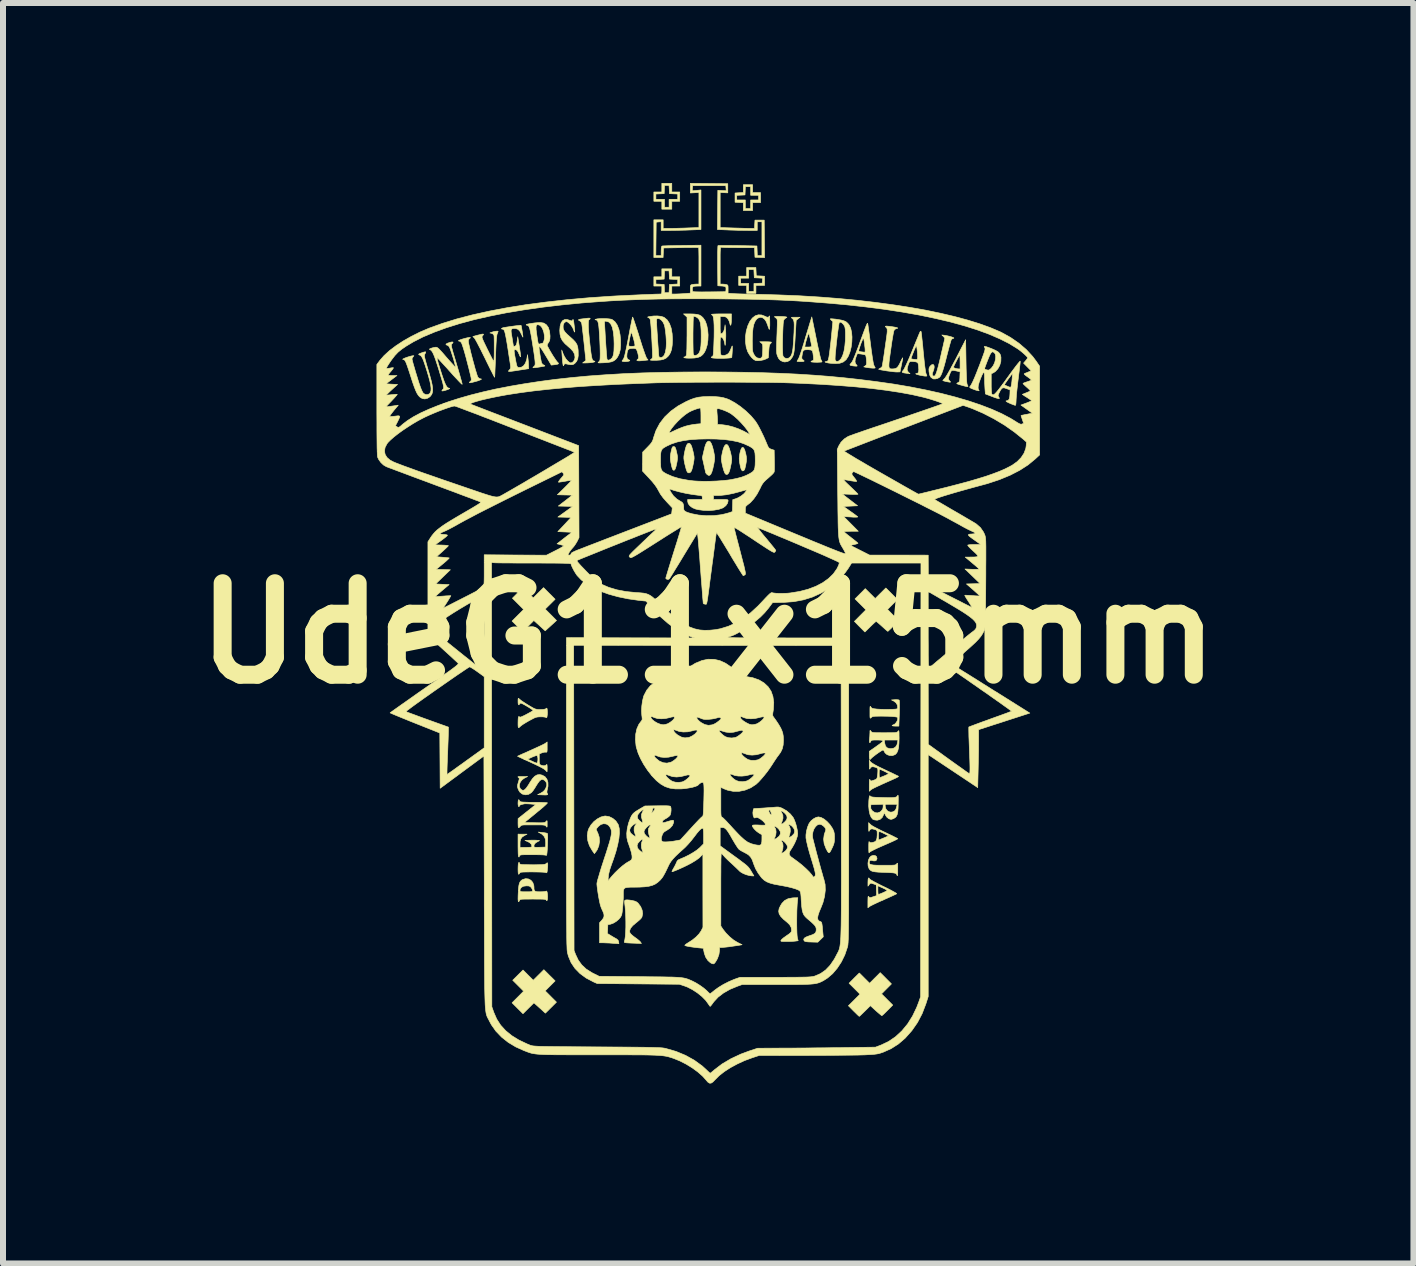
<source format=kicad_pcb>
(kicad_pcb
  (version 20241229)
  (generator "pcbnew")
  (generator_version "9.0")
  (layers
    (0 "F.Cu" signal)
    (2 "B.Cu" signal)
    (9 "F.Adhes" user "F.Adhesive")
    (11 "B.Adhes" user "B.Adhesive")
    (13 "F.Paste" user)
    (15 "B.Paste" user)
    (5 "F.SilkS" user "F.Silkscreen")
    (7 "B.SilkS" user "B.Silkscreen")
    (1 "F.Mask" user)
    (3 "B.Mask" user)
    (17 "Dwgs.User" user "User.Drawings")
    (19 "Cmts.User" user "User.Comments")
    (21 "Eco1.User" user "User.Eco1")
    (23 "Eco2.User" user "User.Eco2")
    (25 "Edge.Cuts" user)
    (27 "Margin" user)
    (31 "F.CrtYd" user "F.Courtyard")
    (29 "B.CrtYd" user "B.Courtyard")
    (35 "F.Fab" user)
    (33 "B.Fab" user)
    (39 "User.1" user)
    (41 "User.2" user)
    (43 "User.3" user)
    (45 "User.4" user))
  (footprint "UdeG11x15mm"
    (layer "F.Cu")
    (at 8.752 7.504)
    (property "Reference" "UdeG11x15mm" (at 0 0 0) (layer "F.SilkS") (effects (font (size 1.524 1.524) (thickness 0.3))))
    (attr through_hole)
    (fp_poly (pts (xy 0.592 -3.088) (xy 0.609 -3.054) (xy 0.624 -2.998) (xy 0.625 -2.996) (xy 0.635 -2.945) (xy 0.638 -2.905) (xy 0.635 -2.863) (xy 0.631 -2.838) (xy 0.623 -2.795) (xy 0.614 -2.757) (xy 0.608 -2.734) (xy 0.592 -2.711) (xy 0.572 -2.707) (xy 0.555 -2.723) (xy 0.554 -2.725) (xy 0.544 -2.751) (xy 0.534 -2.79) (xy 0.525 -2.836) (xy 0.519 -2.879) (xy 0.517 -2.91) (xy 0.519 -2.941) (xy 0.525 -2.983) (xy 0.529 -3.006) (xy 0.544 -3.06) (xy 0.559 -3.091) (xy 0.576 -3.1) (xy 0.592 -3.088)) (stroke (width 0.01) (type solid)) (fill yes) (layer "F.SilkS"))
    (fp_poly (pts (xy -0.558 -3.107) (xy -0.548 -3.093) (xy -0.538 -3.065) (xy -0.527 -3.02) (xy -0.517 -2.974) (xy -0.512 -2.94) (xy -0.513 -2.907) (xy -0.518 -2.867) (xy -0.523 -2.84) (xy -0.537 -2.778) (xy -0.551 -2.737) (xy -0.567 -2.718) (xy -0.583 -2.72) (xy -0.595 -2.737) (xy -0.602 -2.757) (xy -0.611 -2.791) (xy -0.62 -2.834) (xy -0.622 -2.842) (xy -0.63 -2.892) (xy -0.632 -2.932) (xy -0.629 -2.971) (xy -0.624 -3.001) (xy -0.613 -3.053) (xy -0.604 -3.086) (xy -0.595 -3.105) (xy -0.584 -3.112) (xy -0.57 -3.112) (xy -0.558 -3.107)) (stroke (width 0.01) (type solid)) (fill yes) (layer "F.SilkS"))
    (fp_poly (pts (xy -2.645 5.699) (xy -2.551 5.792) (xy -2.634 5.875) (xy -2.717 5.958) (xy -2.623 6.052) (xy -2.529 6.146) (xy -2.621 6.238) (xy -2.714 6.33) (xy -2.784 6.265) (xy -2.82 6.233) (xy -2.852 6.204) (xy -2.876 6.183) (xy -2.88 6.179) (xy -2.905 6.158) (xy -2.996 6.248) (xy -3.087 6.339) (xy -3.178 6.248) (xy -3.269 6.157) (xy -3.172 6.06) (xy -3.076 5.963) (xy -3.167 5.872) (xy -3.258 5.781) (xy -3.172 5.696) (xy -3.086 5.61) (xy -3.001 5.696) (xy -2.916 5.781) (xy -2.827 5.693) (xy -2.739 5.605) (xy -2.645 5.699)) (stroke (width 0.01) (type solid)) (fill yes) (layer "F.SilkS"))
    (fp_poly (pts (xy 0.033 -3.192) (xy 0.053 -3.16) (xy 0.072 -3.108) (xy 0.09 -3.037) (xy 0.094 -3.015) (xy 0.103 -2.969) (xy 0.107 -2.934) (xy 0.106 -2.902) (xy 0.101 -2.863) (xy 0.094 -2.822) (xy 0.077 -2.744) (xy 0.06 -2.687) (xy 0.042 -2.65) (xy 0.023 -2.633) (xy 0.002 -2.633) (xy -0.022 -2.65) (xy -0.038 -2.669) (xy -0.044 -2.681) (xy -0.046 -2.695) (xy -0.053 -2.725) (xy -0.062 -2.767) (xy -0.071 -2.808) (xy -0.098 -2.927) (xy -0.071 -3.044) (xy -0.055 -3.11) (xy -0.039 -3.156) (xy -0.022 -3.185) (xy -0.003 -3.2) (xy 0.013 -3.203) (xy 0.033 -3.192)) (stroke (width 0.01) (type solid)) (fill yes) (layer "F.SilkS"))
    (fp_poly (pts (xy -0.607 -7.355) (xy -0.475 -7.355) (xy -0.475 -7.2) (xy -0.607 -7.2) (xy -0.607 -7.068) (xy -0.773 -7.068) (xy -0.773 -7.2) (xy -0.906 -7.2) (xy -0.906 -7.321) (xy -0.872 -7.321) (xy -0.872 -7.233) (xy -0.729 -7.233) (xy -0.729 -7.101) (xy -0.652 -7.101) (xy -0.652 -7.233) (xy -0.508 -7.233) (xy -0.508 -7.321) (xy -0.646 -7.327) (xy -0.649 -7.396) (xy -0.653 -7.465) (xy -0.728 -7.465) (xy -0.731 -7.396) (xy -0.734 -7.327) (xy -0.803 -7.324) (xy -0.872 -7.321) (xy -0.906 -7.321) (xy -0.906 -7.355) (xy -0.773 -7.355) (xy -0.773 -7.499) (xy -0.607 -7.499) (xy -0.607 -7.355)) (stroke (width 0.01) (type solid)) (fill yes) (layer "F.SilkS"))
    (fp_poly (pts (xy 0.74 -7.344) (xy 0.872 -7.344) (xy 0.872 -7.178) (xy 0.74 -7.178) (xy 0.74 -7.046) (xy 0.585 -7.046) (xy 0.585 -7.177) (xy 0.516 -7.18) (xy 0.447 -7.184) (xy 0.447 -7.299) (xy 0.475 -7.299) (xy 0.475 -7.222) (xy 0.618 -7.222) (xy 0.618 -7.079) (xy 0.707 -7.079) (xy 0.707 -7.222) (xy 0.839 -7.222) (xy 0.839 -7.3) (xy 0.707 -7.3) (xy 0.707 -7.443) (xy 0.619 -7.443) (xy 0.616 -7.374) (xy 0.613 -7.305) (xy 0.475 -7.299) (xy 0.447 -7.299) (xy 0.447 -7.338) (xy 0.516 -7.342) (xy 0.585 -7.345) (xy 0.585 -7.476) (xy 0.74 -7.476) (xy 0.74 -7.344)) (stroke (width 0.01) (type solid)) (fill yes) (layer "F.SilkS"))
    (fp_poly (pts (xy 0.332 -3.126) (xy 0.351 -3.084) (xy 0.37 -3.021) (xy 0.375 -3.001) (xy 0.385 -2.953) (xy 0.391 -2.918) (xy 0.391 -2.887) (xy 0.387 -2.851) (xy 0.381 -2.819) (xy 0.367 -2.753) (xy 0.355 -2.706) (xy 0.342 -2.675) (xy 0.328 -2.656) (xy 0.321 -2.651) (xy 0.3 -2.647) (xy 0.283 -2.66) (xy 0.272 -2.681) (xy 0.258 -2.718) (xy 0.245 -2.764) (xy 0.233 -2.813) (xy 0.224 -2.86) (xy 0.219 -2.898) (xy 0.219 -2.905) (xy 0.222 -2.943) (xy 0.231 -2.991) (xy 0.242 -3.04) (xy 0.255 -3.085) (xy 0.268 -3.116) (xy 0.271 -3.122) (xy 0.292 -3.145) (xy 0.313 -3.146) (xy 0.332 -3.126)) (stroke (width 0.01) (type solid)) (fill yes) (layer "F.SilkS"))
    (fp_poly (pts (xy 0.801 -5.958) (xy 0.87 -5.955) (xy 0.939 -5.951) (xy 0.939 -5.798) (xy 0.795 -5.798) (xy 0.795 -5.665) (xy 0.641 -5.665) (xy 0.641 -5.798) (xy 0.508 -5.798) (xy 0.508 -5.919) (xy 0.541 -5.919) (xy 0.541 -5.831) (xy 0.674 -5.831) (xy 0.674 -5.698) (xy 0.762 -5.698) (xy 0.762 -5.83) (xy 0.831 -5.833) (xy 0.9 -5.836) (xy 0.903 -5.877) (xy 0.907 -5.918) (xy 0.837 -5.922) (xy 0.768 -5.925) (xy 0.764 -5.994) (xy 0.761 -6.063) (xy 0.674 -6.063) (xy 0.674 -5.919) (xy 0.541 -5.919) (xy 0.508 -5.919) (xy 0.508 -5.952) (xy 0.641 -5.952) (xy 0.641 -6.096) (xy 0.794 -6.096) (xy 0.801 -5.958)) (stroke (width 0.01) (type solid)) (fill yes) (layer "F.SilkS"))
    (fp_poly (pts (xy -2.551 -0.568) (xy -2.717 -0.404) (xy -2.622 -0.309) (xy -2.528 -0.214) (xy -2.622 -0.128) (xy -2.717 -0.042) (xy -2.811 -0.128) (xy -2.906 -0.214) (xy -2.996 -0.123) (xy -3.033 -0.088) (xy -3.063 -0.059) (xy -3.084 -0.04) (xy -3.092 -0.033) (xy -3.102 -0.04) (xy -3.124 -0.06) (xy -3.154 -0.09) (xy -3.183 -0.119) (xy -3.269 -0.204) (xy -3.076 -0.398) (xy -3.169 -0.491) (xy -3.263 -0.585) (xy -3.181 -0.668) (xy -3.146 -0.702) (xy -3.116 -0.73) (xy -3.095 -0.747) (xy -3.087 -0.751) (xy -3.075 -0.744) (xy -3.052 -0.724) (xy -3.02 -0.695) (xy -2.996 -0.671) (xy -2.915 -0.591) (xy -2.83 -0.677) (xy -2.744 -0.762) (xy -2.551 -0.568)) (stroke (width 0.01) (type solid)) (fill yes) (layer "F.SilkS"))
    (fp_poly (pts (xy -0.31 -3.165) (xy -0.292 -3.148) (xy -0.276 -3.114) (xy -0.261 -3.061) (xy -0.253 -3.031) (xy -0.242 -2.981) (xy -0.236 -2.945) (xy -0.235 -2.916) (xy -0.238 -2.884) (xy -0.245 -2.843) (xy -0.248 -2.829) (xy -0.261 -2.766) (xy -0.274 -2.723) (xy -0.287 -2.695) (xy -0.303 -2.679) (xy -0.318 -2.674) (xy -0.338 -2.677) (xy -0.352 -2.695) (xy -0.358 -2.708) (xy -0.368 -2.736) (xy -0.379 -2.778) (xy -0.391 -2.825) (xy -0.393 -2.835) (xy -0.402 -2.882) (xy -0.406 -2.917) (xy -0.405 -2.949) (xy -0.399 -2.988) (xy -0.394 -3.015) (xy -0.379 -3.081) (xy -0.364 -3.127) (xy -0.348 -3.155) (xy -0.331 -3.167) (xy -0.33 -3.167) (xy -0.31 -3.165)) (stroke (width 0.01) (type solid)) (fill yes) (layer "F.SilkS"))
    (fp_poly (pts (xy 2.96 5.748) (xy 3.053 5.842) (xy 2.888 6.008) (xy 2.982 6.102) (xy 3.075 6.195) (xy 2.987 6.284) (xy 2.952 6.319) (xy 2.922 6.348) (xy 2.901 6.366) (xy 2.893 6.372) (xy 2.883 6.365) (xy 2.86 6.346) (xy 2.827 6.318) (xy 2.794 6.289) (xy 2.702 6.205) (xy 2.612 6.294) (xy 2.576 6.329) (xy 2.546 6.358) (xy 2.526 6.377) (xy 2.517 6.383) (xy 2.508 6.376) (xy 2.486 6.356) (xy 2.456 6.326) (xy 2.424 6.295) (xy 2.336 6.206) (xy 2.433 6.11) (xy 2.529 6.013) (xy 2.438 5.922) (xy 2.347 5.831) (xy 2.432 5.745) (xy 2.518 5.66) (xy 2.603 5.745) (xy 2.689 5.831) (xy 2.866 5.654) (xy 2.96 5.748)) (stroke (width 0.01) (type solid)) (fill yes) (layer "F.SilkS"))
    (fp_poly (pts (xy 3.056 -0.66) (xy 3.153 -0.563) (xy 3.07 -0.48) (xy 2.988 -0.398) (xy 3.081 -0.304) (xy 3.174 -0.21) (xy 3.087 -0.121) (xy 3.051 -0.086) (xy 3.021 -0.058) (xy 3.001 -0.039) (xy 2.993 -0.033) (xy 2.983 -0.04) (xy 2.96 -0.059) (xy 2.929 -0.087) (xy 2.897 -0.116) (xy 2.86 -0.149) (xy 2.829 -0.176) (xy 2.807 -0.194) (xy 2.798 -0.199) (xy 2.787 -0.191) (xy 2.764 -0.171) (xy 2.733 -0.142) (xy 2.7 -0.11) (xy 2.611 -0.022) (xy 2.523 -0.11) (xy 2.436 -0.199) (xy 2.532 -0.296) (xy 2.628 -0.392) (xy 2.446 -0.574) (xy 2.532 -0.66) (xy 2.617 -0.745) (xy 2.783 -0.58) (xy 2.871 -0.668) (xy 2.96 -0.756) (xy 3.056 -0.66)) (stroke (width 0.01) (type solid)) (fill yes) (layer "F.SilkS"))
    (fp_poly (pts (xy -1.966 -5.246) (xy -1.972 -5.236) (xy -1.982 -5.231) (xy -1.991 -5.22) (xy -1.996 -5.195) (xy -1.998 -5.155) (xy -1.997 -5.098) (xy -1.992 -5.024) (xy -1.983 -4.93) (xy -1.972 -4.824) (xy -1.962 -4.736) (xy -1.953 -4.667) (xy -1.945 -4.616) (xy -1.937 -4.58) (xy -1.928 -4.557) (xy -1.919 -4.544) (xy -1.908 -4.539) (xy -1.905 -4.539) (xy -1.89 -4.534) (xy -1.888 -4.529) (xy -1.899 -4.522) (xy -1.926 -4.515) (xy -1.964 -4.51) (xy -2.009 -4.507) (xy -2.042 -4.506) (xy -2.093 -4.506) (xy -2.066 -4.527) (xy -2.039 -4.547) (xy -2.07 -4.844) (xy -2.079 -4.924) (xy -2.087 -4.997) (xy -2.095 -5.062) (xy -2.101 -5.114) (xy -2.106 -5.151) (xy -2.109 -5.168) (xy -2.123 -5.194) (xy -2.14 -5.207) (xy -2.16 -5.218) (xy -2.161 -5.227) (xy -2.141 -5.234) (xy -2.101 -5.24) (xy -2.059 -5.245) (xy -2.019 -5.25) (xy -2.002 -5.252) (xy -1.976 -5.252) (xy -1.966 -5.246)) (stroke (width 0.01) (type solid)) (fill yes) (layer "F.SilkS"))
    (fp_poly (pts (xy -3.145 3.83) (xy -3.144 3.831) (xy -3.141 3.841) (xy -3.133 3.847) (xy -3.117 3.851) (xy -3.089 3.854) (xy -3.047 3.855) (xy -2.997 3.856) (xy -2.907 3.857) (xy -2.838 3.856) (xy -2.785 3.855) (xy -2.747 3.852) (xy -2.721 3.848) (xy -2.705 3.841) (xy -2.697 3.835) (xy -2.684 3.823) (xy -2.677 3.828) (xy -2.674 3.853) (xy -2.676 3.898) (xy -2.678 3.914) (xy -2.682 3.956) (xy -2.686 3.98) (xy -2.692 3.99) (xy -2.701 3.989) (xy -2.706 3.987) (xy -2.723 3.983) (xy -2.758 3.98) (xy -2.805 3.978) (xy -2.861 3.977) (xy -2.922 3.976) (xy -2.982 3.976) (xy -3.037 3.977) (xy -3.084 3.978) (xy -3.117 3.981) (xy -3.132 3.984) (xy -3.147 4.002) (xy -3.149 4.007) (xy -3.157 4.015) (xy -3.161 4.013) (xy -3.166 3.998) (xy -3.168 3.968) (xy -3.169 3.929) (xy -3.168 3.888) (xy -3.166 3.852) (xy -3.162 3.828) (xy -3.16 3.823) (xy -3.151 3.816) (xy -3.145 3.83)) (stroke (width 0.01) (type solid)) (fill yes) (layer "F.SilkS"))
    (fp_poly (pts (xy 1.483 4.508) (xy 1.48 4.562) (xy 1.477 4.627) (xy 1.476 4.7) (xy 1.475 4.776) (xy 1.475 4.852) (xy 1.476 4.923) (xy 1.478 4.987) (xy 1.481 5.037) (xy 1.485 5.072) (xy 1.487 5.082) (xy 1.499 5.122) (xy 1.459 5.128) (xy 1.43 5.131) (xy 1.387 5.134) (xy 1.336 5.135) (xy 1.311 5.135) (xy 1.262 5.135) (xy 1.231 5.134) (xy 1.215 5.131) (xy 1.21 5.125) (xy 1.213 5.116) (xy 1.215 5.113) (xy 1.229 5.097) (xy 1.257 5.073) (xy 1.294 5.047) (xy 1.306 5.038) (xy 1.346 5.011) (xy 1.371 4.99) (xy 1.384 4.973) (xy 1.389 4.954) (xy 1.389 4.951) (xy 1.383 4.903) (xy 1.357 4.856) (xy 1.318 4.818) (xy 1.254 4.765) (xy 1.209 4.718) (xy 1.182 4.675) (xy 1.174 4.631) (xy 1.182 4.585) (xy 1.207 4.534) (xy 1.229 4.499) (xy 1.273 4.453) (xy 1.33 4.423) (xy 1.402 4.409) (xy 1.434 4.407) (xy 1.493 4.406) (xy 1.483 4.508)) (stroke (width 0.01) (type solid)) (fill yes) (layer "F.SilkS"))
    (fp_poly (pts (xy -1.312 4.445) (xy -1.273 4.451) (xy -1.226 4.462) (xy -1.194 4.476) (xy -1.169 4.496) (xy -1.167 4.499) (xy -1.126 4.554) (xy -1.101 4.614) (xy -1.093 4.672) (xy -1.104 4.726) (xy -1.109 4.736) (xy -1.125 4.757) (xy -1.155 4.785) (xy -1.191 4.815) (xy -1.201 4.822) (xy -1.258 4.871) (xy -1.295 4.916) (xy -1.31 4.958) (xy -1.306 4.987) (xy -1.292 5.008) (xy -1.263 5.035) (xy -1.223 5.066) (xy -1.221 5.067) (xy -1.184 5.094) (xy -1.152 5.12) (xy -1.132 5.14) (xy -1.129 5.144) (xy -1.113 5.168) (xy -1.178 5.166) (xy -1.224 5.164) (xy -1.279 5.162) (xy -1.323 5.16) (xy -1.366 5.157) (xy -1.39 5.153) (xy -1.399 5.147) (xy -1.398 5.14) (xy -1.389 5.102) (xy -1.381 5.046) (xy -1.376 4.975) (xy -1.373 4.895) (xy -1.373 4.807) (xy -1.375 4.718) (xy -1.379 4.63) (xy -1.386 4.547) (xy -1.39 4.514) (xy -1.394 4.478) (xy -1.393 4.458) (xy -1.386 4.448) (xy -1.373 4.443) (xy -1.349 4.442) (xy -1.312 4.445)) (stroke (width 0.01) (type solid)) (fill yes) (layer "F.SilkS"))
    (fp_poly (pts (xy -3.965 -4.93) (xy -3.964 -4.923) (xy -3.979 -4.913) (xy -3.993 -4.894) (xy -3.998 -4.875) (xy -3.995 -4.85) (xy -3.987 -4.809) (xy -3.974 -4.755) (xy -3.959 -4.69) (xy -3.941 -4.62) (xy -3.922 -4.547) (xy -3.902 -4.475) (xy -3.884 -4.408) (xy -3.866 -4.35) (xy -3.852 -4.304) (xy -3.841 -4.274) (xy -3.836 -4.266) (xy -3.816 -4.247) (xy -3.796 -4.241) (xy -3.78 -4.238) (xy -3.783 -4.231) (xy -3.804 -4.221) (xy -3.841 -4.207) (xy -3.876 -4.197) (xy -3.929 -4.183) (xy -3.962 -4.176) (xy -3.978 -4.176) (xy -3.98 -4.182) (xy -3.968 -4.195) (xy -3.967 -4.197) (xy -3.957 -4.205) (xy -3.951 -4.213) (xy -3.948 -4.224) (xy -3.949 -4.24) (xy -3.953 -4.266) (xy -3.962 -4.304) (xy -3.975 -4.358) (xy -3.988 -4.412) (xy -4.013 -4.508) (xy -4.036 -4.597) (xy -4.058 -4.676) (xy -4.078 -4.744) (xy -4.095 -4.796) (xy -4.108 -4.832) (xy -4.115 -4.845) (xy -4.133 -4.864) (xy -4.149 -4.87) (xy -4.163 -4.873) (xy -4.157 -4.88) (xy -4.134 -4.891) (xy -4.095 -4.904) (xy -4.06 -4.914) (xy -4.015 -4.925) (xy -3.982 -4.93) (xy -3.965 -4.93)) (stroke (width 0.01) (type solid)) (fill yes) (layer "F.SilkS"))
    (fp_poly (pts (xy 2.783 3.704) (xy 2.805 3.721) (xy 2.805 3.722) (xy 2.813 3.754) (xy 2.804 3.779) (xy 2.781 3.792) (xy 2.748 3.791) (xy 2.734 3.786) (xy 2.706 3.781) (xy 2.689 3.794) (xy 2.684 3.823) (xy 2.687 3.837) (xy 2.697 3.848) (xy 2.719 3.855) (xy 2.752 3.861) (xy 2.802 3.864) (xy 2.869 3.865) (xy 2.925 3.865) (xy 2.996 3.865) (xy 3.048 3.865) (xy 3.084 3.863) (xy 3.109 3.861) (xy 3.124 3.856) (xy 3.133 3.85) (xy 3.14 3.842) (xy 3.141 3.841) (xy 3.149 3.831) (xy 3.154 3.831) (xy 3.157 3.843) (xy 3.158 3.871) (xy 3.158 3.917) (xy 3.158 3.929) (xy 3.158 3.985) (xy 3.156 4.021) (xy 3.153 4.038) (xy 3.149 4.038) (xy 3.142 4.021) (xy 3.142 4.02) (xy 3.137 4.01) (xy 3.126 4.002) (xy 3.108 3.996) (xy 3.078 3.991) (xy 3.035 3.988) (xy 2.975 3.985) (xy 2.91 3.983) (xy 2.837 3.98) (xy 2.783 3.975) (xy 2.743 3.968) (xy 2.715 3.957) (xy 2.696 3.942) (xy 2.68 3.921) (xy 2.68 3.921) (xy 2.665 3.879) (xy 2.662 3.831) (xy 2.669 3.783) (xy 2.686 3.742) (xy 2.712 3.713) (xy 2.716 3.711) (xy 2.751 3.7) (xy 2.783 3.704)) (stroke (width 0.01) (type solid)) (fill yes) (layer "F.SilkS"))
    (fp_poly (pts (xy 3.943 -4.966) (xy 3.981 -4.959) (xy 4.019 -4.95) (xy 4.054 -4.94) (xy 4.08 -4.93) (xy 4.094 -4.922) (xy 4.091 -4.917) (xy 4.09 -4.917) (xy 4.064 -4.907) (xy 4.053 -4.898) (xy 4.047 -4.884) (xy 4.037 -4.851) (xy 4.023 -4.803) (xy 4.007 -4.743) (xy 3.989 -4.674) (xy 3.976 -4.625) (xy 3.951 -4.525) (xy 3.929 -4.445) (xy 3.91 -4.383) (xy 3.893 -4.335) (xy 3.878 -4.301) (xy 3.863 -4.277) (xy 3.851 -4.264) (xy 3.819 -4.247) (xy 3.782 -4.239) (xy 3.751 -4.24) (xy 3.749 -4.241) (xy 3.713 -4.264) (xy 3.691 -4.303) (xy 3.68 -4.359) (xy 3.68 -4.361) (xy 3.678 -4.399) (xy 3.682 -4.425) (xy 3.694 -4.446) (xy 3.702 -4.456) (xy 3.728 -4.478) (xy 3.75 -4.48) (xy 3.763 -4.462) (xy 3.766 -4.437) (xy 3.76 -4.4) (xy 3.749 -4.369) (xy 3.735 -4.331) (xy 3.736 -4.303) (xy 3.75 -4.289) (xy 3.762 -4.286) (xy 3.772 -4.289) (xy 3.783 -4.299) (xy 3.793 -4.319) (xy 3.805 -4.349) (xy 3.818 -4.393) (xy 3.834 -4.451) (xy 3.853 -4.526) (xy 3.875 -4.619) (xy 3.892 -4.695) (xy 3.908 -4.761) (xy 3.921 -4.82) (xy 3.932 -4.867) (xy 3.939 -4.901) (xy 3.942 -4.917) (xy 3.943 -4.918) (xy 3.935 -4.929) (xy 3.918 -4.948) (xy 3.918 -4.948) (xy 3.893 -4.972) (xy 3.943 -4.966)) (stroke (width 0.01) (type solid)) (fill yes) (layer "F.SilkS"))
    (fp_poly (pts (xy 3.174 1.109) (xy 3.182 1.113) (xy 3.185 1.127) (xy 3.187 1.159) (xy 3.187 1.208) (xy 3.187 1.268) (xy 3.185 1.334) (xy 3.177 1.546) (xy 3.117 1.546) (xy 3.082 1.544) (xy 3.065 1.539) (xy 3.065 1.535) (xy 3.081 1.525) (xy 3.086 1.524) (xy 3.106 1.515) (xy 3.128 1.492) (xy 3.147 1.463) (xy 3.158 1.434) (xy 3.158 1.425) (xy 3.157 1.408) (xy 3.15 1.398) (xy 3.131 1.393) (xy 3.096 1.388) (xy 3.091 1.388) (xy 3.052 1.385) (xy 2.999 1.382) (xy 2.938 1.381) (xy 2.881 1.38) (xy 2.821 1.381) (xy 2.78 1.382) (xy 2.752 1.385) (xy 2.734 1.39) (xy 2.722 1.398) (xy 2.717 1.403) (xy 2.707 1.412) (xy 2.7 1.414) (xy 2.697 1.405) (xy 2.695 1.382) (xy 2.695 1.342) (xy 2.695 1.311) (xy 2.695 1.261) (xy 2.696 1.231) (xy 2.699 1.217) (xy 2.703 1.217) (xy 2.709 1.226) (xy 2.719 1.24) (xy 2.734 1.25) (xy 2.759 1.256) (xy 2.801 1.261) (xy 2.805 1.262) (xy 2.851 1.265) (xy 2.911 1.267) (xy 2.975 1.268) (xy 3.02 1.267) (xy 3.076 1.266) (xy 3.114 1.264) (xy 3.137 1.261) (xy 3.149 1.256) (xy 3.155 1.248) (xy 3.157 1.239) (xy 3.152 1.195) (xy 3.129 1.157) (xy 3.094 1.13) (xy 3.054 1.11) (xy 3.113 1.106) (xy 3.148 1.106) (xy 3.174 1.109)) (stroke (width 0.01) (type solid)) (fill yes) (layer "F.SilkS"))
    (fp_poly (pts (xy 2.687 4.09) (xy 2.688 4.092) (xy 2.699 4.102) (xy 2.728 4.119) (xy 2.771 4.143) (xy 2.825 4.171) (xy 2.887 4.203) (xy 2.923 4.22) (xy 2.991 4.253) (xy 3.049 4.283) (xy 3.094 4.308) (xy 3.126 4.326) (xy 3.14 4.338) (xy 3.141 4.34) (xy 3.128 4.347) (xy 3.098 4.361) (xy 3.055 4.381) (xy 3 4.406) (xy 2.939 4.433) (xy 2.927 4.439) (xy 2.862 4.467) (xy 2.803 4.494) (xy 2.753 4.518) (xy 2.715 4.537) (xy 2.693 4.549) (xy 2.692 4.55) (xy 2.661 4.573) (xy 2.661 4.471) (xy 2.662 4.424) (xy 2.663 4.395) (xy 2.667 4.383) (xy 2.672 4.384) (xy 2.676 4.389) (xy 2.686 4.4) (xy 2.698 4.404) (xy 2.718 4.4) (xy 2.748 4.39) (xy 2.806 4.371) (xy 2.803 4.281) (xy 2.803 4.279) (xy 2.827 4.279) (xy 2.828 4.316) (xy 2.831 4.342) (xy 2.835 4.351) (xy 2.849 4.347) (xy 2.877 4.337) (xy 2.913 4.322) (xy 2.947 4.306) (xy 2.972 4.293) (xy 2.982 4.285) (xy 2.982 4.285) (xy 2.972 4.276) (xy 2.944 4.26) (xy 2.902 4.24) (xy 2.863 4.223) (xy 2.827 4.207) (xy 2.827 4.279) (xy 2.803 4.279) (xy 2.8 4.191) (xy 2.752 4.175) (xy 2.722 4.165) (xy 2.705 4.165) (xy 2.692 4.174) (xy 2.683 4.186) (xy 2.662 4.213) (xy 2.662 4.144) (xy 2.664 4.104) (xy 2.669 4.08) (xy 2.677 4.075) (xy 2.687 4.09)) (stroke (width 0.01) (type solid)) (fill yes) (layer "F.SilkS"))
    (fp_poly (pts (xy 3.007 -5.117) (xy 3.057 -5.111) (xy 3.111 -5.102) (xy 3.145 -5.095) (xy 3.158 -5.087) (xy 3.15 -5.081) (xy 3.134 -5.078) (xy 3.111 -5.066) (xy 3.096 -5.047) (xy 3.091 -5.029) (xy 3.083 -4.992) (xy 3.074 -4.939) (xy 3.063 -4.875) (xy 3.052 -4.801) (xy 3.042 -4.729) (xy 3.029 -4.637) (xy 3.019 -4.564) (xy 3.013 -4.508) (xy 3.011 -4.468) (xy 3.012 -4.44) (xy 3.018 -4.422) (xy 3.028 -4.412) (xy 3.043 -4.407) (xy 3.063 -4.406) (xy 3.075 -4.406) (xy 3.111 -4.41) (xy 3.14 -4.422) (xy 3.164 -4.447) (xy 3.188 -4.488) (xy 3.202 -4.517) (xy 3.219 -4.553) (xy 3.233 -4.58) (xy 3.24 -4.592) (xy 3.241 -4.592) (xy 3.24 -4.58) (xy 3.236 -4.552) (xy 3.228 -4.511) (xy 3.22 -4.473) (xy 3.196 -4.357) (xy 3.152 -4.355) (xy 3.124 -4.356) (xy 3.08 -4.36) (xy 3.027 -4.367) (xy 2.978 -4.373) (xy 2.927 -4.382) (xy 2.884 -4.389) (xy 2.854 -4.396) (xy 2.841 -4.399) (xy 2.846 -4.407) (xy 2.863 -4.416) (xy 2.887 -4.431) (xy 2.898 -4.447) (xy 2.902 -4.465) (xy 2.908 -4.502) (xy 2.916 -4.552) (xy 2.926 -4.614) (xy 2.936 -4.682) (xy 2.946 -4.753) (xy 2.956 -4.824) (xy 2.966 -4.891) (xy 2.974 -4.949) (xy 2.98 -4.996) (xy 2.983 -5.027) (xy 2.983 -5.034) (xy 2.982 -5.07) (xy 2.973 -5.091) (xy 2.965 -5.098) (xy 2.952 -5.11) (xy 2.953 -5.117) (xy 2.971 -5.12) (xy 3.007 -5.117)) (stroke (width 0.01) (type solid)) (fill yes) (layer "F.SilkS"))
    (fp_poly (pts (xy -2.767 2.363) (xy -2.72 2.389) (xy -2.688 2.43) (xy -2.671 2.484) (xy -2.67 2.547) (xy -2.678 2.586) (xy -2.687 2.627) (xy -2.688 2.653) (xy -2.682 2.668) (xy -2.682 2.669) (xy -2.674 2.682) (xy -2.678 2.689) (xy -2.697 2.693) (xy -2.734 2.693) (xy -2.762 2.692) (xy -2.843 2.689) (xy -2.788 2.661) (xy -2.749 2.637) (xy -2.722 2.607) (xy -2.707 2.581) (xy -2.69 2.533) (xy -2.693 2.494) (xy -2.715 2.461) (xy -2.729 2.449) (xy -2.756 2.435) (xy -2.782 2.438) (xy -2.809 2.457) (xy -2.839 2.496) (xy -2.865 2.537) (xy -2.891 2.58) (xy -2.918 2.62) (xy -2.941 2.648) (xy -2.947 2.654) (xy -2.991 2.682) (xy -3.042 2.691) (xy -3.093 2.68) (xy -3.102 2.676) (xy -3.139 2.646) (xy -3.16 2.612) (xy -3.173 2.579) (xy -3.179 2.552) (xy -3.176 2.523) (xy -3.165 2.484) (xy -3.162 2.474) (xy -3.152 2.44) (xy -3.149 2.421) (xy -3.153 2.41) (xy -3.164 2.401) (xy -3.172 2.393) (xy -3.168 2.389) (xy -3.15 2.386) (xy -3.114 2.386) (xy -3.097 2.386) (xy -3.009 2.386) (xy -3.058 2.41) (xy -3.1 2.439) (xy -3.13 2.476) (xy -3.146 2.517) (xy -3.146 2.557) (xy -3.129 2.592) (xy -3.125 2.595) (xy -3.102 2.613) (xy -3.08 2.616) (xy -3.057 2.605) (xy -3.03 2.576) (xy -2.998 2.53) (xy -2.971 2.485) (xy -2.93 2.423) (xy -2.891 2.382) (xy -2.851 2.359) (xy -2.808 2.354) (xy -2.767 2.363)) (stroke (width 0.01) (type solid)) (fill yes) (layer "F.SilkS"))
    (fp_poly (pts (xy 2.705 3.187) (xy 2.726 3.203) (xy 2.765 3.226) (xy 2.819 3.254) (xy 2.884 3.287) (xy 2.947 3.317) (xy 3.01 3.347) (xy 3.065 3.373) (xy 3.11 3.396) (xy 3.142 3.412) (xy 3.157 3.422) (xy 3.158 3.423) (xy 3.149 3.43) (xy 3.122 3.444) (xy 3.082 3.463) (xy 3.031 3.486) (xy 2.985 3.506) (xy 2.891 3.547) (xy 2.817 3.58) (xy 2.761 3.607) (xy 2.72 3.628) (xy 2.694 3.643) (xy 2.682 3.655) (xy 2.68 3.658) (xy 2.678 3.654) (xy 2.676 3.631) (xy 2.675 3.595) (xy 2.675 3.562) (xy 2.675 3.518) (xy 2.677 3.486) (xy 2.679 3.47) (xy 2.68 3.47) (xy 2.694 3.486) (xy 2.725 3.488) (xy 2.767 3.477) (xy 2.789 3.465) (xy 2.804 3.444) (xy 2.812 3.411) (xy 2.815 3.374) (xy 2.838 3.374) (xy 2.838 3.445) (xy 2.891 3.424) (xy 2.928 3.409) (xy 2.963 3.394) (xy 2.974 3.389) (xy 3.006 3.375) (xy 2.936 3.339) (xy 2.899 3.321) (xy 2.869 3.308) (xy 2.852 3.303) (xy 2.852 3.303) (xy 2.844 3.311) (xy 2.839 3.337) (xy 2.838 3.374) (xy 2.815 3.374) (xy 2.816 3.362) (xy 2.816 3.333) (xy 2.815 3.301) (xy 2.808 3.284) (xy 2.792 3.274) (xy 2.781 3.27) (xy 2.737 3.259) (xy 2.708 3.261) (xy 2.69 3.279) (xy 2.685 3.288) (xy 2.68 3.3) (xy 2.676 3.298) (xy 2.674 3.278) (xy 2.673 3.238) (xy 2.673 3.236) (xy 2.673 3.154) (xy 2.705 3.187)) (stroke (width 0.01) (type solid)) (fill yes) (layer "F.SilkS"))
    (fp_poly (pts (xy -3.501 -5.033) (xy -3.501 -5.032) (xy -3.505 -5.02) (xy -3.514 -4.996) (xy -3.517 -4.99) (xy -3.522 -4.971) (xy -3.526 -4.938) (xy -3.531 -4.89) (xy -3.535 -4.826) (xy -3.539 -4.743) (xy -3.543 -4.641) (xy -3.544 -4.611) (xy -3.547 -4.527) (xy -3.55 -4.45) (xy -3.553 -4.383) (xy -3.555 -4.329) (xy -3.557 -4.29) (xy -3.559 -4.269) (xy -3.559 -4.267) (xy -3.565 -4.275) (xy -3.579 -4.301) (xy -3.6 -4.343) (xy -3.628 -4.397) (xy -3.66 -4.462) (xy -3.696 -4.535) (xy -3.717 -4.579) (xy -3.756 -4.657) (xy -3.792 -4.73) (xy -3.826 -4.795) (xy -3.854 -4.849) (xy -3.877 -4.89) (xy -3.892 -4.915) (xy -3.896 -4.92) (xy -3.922 -4.946) (xy -3.863 -4.963) (xy -3.807 -4.977) (xy -3.77 -4.986) (xy -3.75 -4.987) (xy -3.744 -4.982) (xy -3.751 -4.97) (xy -3.762 -4.957) (xy -3.767 -4.949) (xy -3.77 -4.939) (xy -3.767 -4.924) (xy -3.759 -4.901) (xy -3.745 -4.868) (xy -3.723 -4.822) (xy -3.693 -4.76) (xy -3.679 -4.731) (xy -3.648 -4.669) (xy -3.621 -4.616) (xy -3.599 -4.573) (xy -3.582 -4.543) (xy -3.574 -4.53) (xy -3.573 -4.529) (xy -3.571 -4.542) (xy -3.569 -4.573) (xy -3.567 -4.617) (xy -3.566 -4.671) (xy -3.566 -4.731) (xy -3.566 -4.791) (xy -3.566 -4.849) (xy -3.567 -4.9) (xy -3.568 -4.939) (xy -3.57 -4.963) (xy -3.571 -4.967) (xy -3.588 -4.989) (xy -3.609 -4.999) (xy -3.638 -5.006) (xy -3.6 -5.02) (xy -3.571 -5.029) (xy -3.54 -5.034) (xy -3.514 -5.036) (xy -3.501 -5.033)) (stroke (width 0.01) (type solid)) (fill yes) (layer "F.SilkS"))
    (fp_poly (pts (xy -2.684 1.898) (xy -2.684 1.941) (xy -2.686 1.967) (xy -2.69 1.979) (xy -2.699 1.981) (xy -2.708 1.98) (xy -2.735 1.981) (xy -2.768 1.99) (xy -2.775 1.993) (xy -2.816 2.01) (xy -2.816 2.097) (xy -2.816 2.14) (xy -2.813 2.167) (xy -2.807 2.182) (xy -2.797 2.192) (xy -2.788 2.196) (xy -2.748 2.207) (xy -2.716 2.205) (xy -2.695 2.189) (xy -2.689 2.184) (xy -2.686 2.195) (xy -2.684 2.225) (xy -2.684 2.239) (xy -2.684 2.275) (xy -2.685 2.299) (xy -2.686 2.307) (xy -2.695 2.299) (xy -2.712 2.28) (xy -2.717 2.276) (xy -2.737 2.261) (xy -2.774 2.239) (xy -2.827 2.212) (xy -2.893 2.18) (xy -2.962 2.148) (xy -3.026 2.119) (xy -3.076 2.097) (xy -3.009 2.097) (xy -2.938 2.13) (xy -2.897 2.149) (xy -2.871 2.159) (xy -2.857 2.162) (xy -2.85 2.158) (xy -2.845 2.148) (xy -2.845 2.147) (xy -2.839 2.119) (xy -2.838 2.087) (xy -2.842 2.057) (xy -2.85 2.039) (xy -2.853 2.037) (xy -2.869 2.038) (xy -2.899 2.048) (xy -2.936 2.063) (xy -2.938 2.064) (xy -3.009 2.097) (xy -3.076 2.097) (xy -3.082 2.094) (xy -3.128 2.072) (xy -3.16 2.057) (xy -3.176 2.049) (xy -3.178 2.048) (xy -3.167 2.043) (xy -3.14 2.03) (xy -3.098 2.011) (xy -3.044 1.988) (xy -2.983 1.96) (xy -2.96 1.95) (xy -2.894 1.92) (xy -2.833 1.892) (xy -2.781 1.868) (xy -2.741 1.848) (xy -2.717 1.835) (xy -2.714 1.833) (xy -2.684 1.81) (xy -2.684 1.898)) (stroke (width 0.01) (type solid)) (fill yes) (layer "F.SilkS"))
    (fp_poly (pts (xy -0.308 -5.323) (xy -0.239 -5.321) (xy -0.186 -5.315) (xy -0.146 -5.304) (xy -0.114 -5.285) (xy -0.086 -5.258) (xy -0.085 -5.257) (xy -0.05 -5.205) (xy -0.025 -5.137) (xy -0.009 -5.058) (xy -0.002 -4.974) (xy -0.005 -4.887) (xy -0.017 -4.805) (xy -0.04 -4.73) (xy -0.061 -4.686) (xy -0.091 -4.645) (xy -0.126 -4.616) (xy -0.171 -4.598) (xy -0.23 -4.588) (xy -0.276 -4.586) (xy -0.326 -4.585) (xy -0.367 -4.587) (xy -0.393 -4.591) (xy -0.398 -4.593) (xy -0.408 -4.602) (xy -0.397 -4.605) (xy -0.395 -4.605) (xy -0.377 -4.614) (xy -0.364 -4.633) (xy -0.361 -4.652) (xy -0.359 -4.69) (xy -0.356 -4.743) (xy -0.355 -4.81) (xy -0.354 -4.887) (xy -0.354 -4.926) (xy -0.254 -4.926) (xy -0.254 -4.855) (xy -0.253 -4.789) (xy -0.252 -4.731) (xy -0.251 -4.686) (xy -0.249 -4.655) (xy -0.247 -4.645) (xy -0.232 -4.629) (xy -0.206 -4.631) (xy -0.18 -4.644) (xy -0.158 -4.664) (xy -0.142 -4.694) (xy -0.13 -4.734) (xy -0.122 -4.788) (xy -0.118 -4.859) (xy -0.117 -4.949) (xy -0.117 -4.953) (xy -0.118 -5.043) (xy -0.123 -5.114) (xy -0.13 -5.169) (xy -0.142 -5.209) (xy -0.159 -5.239) (xy -0.181 -5.26) (xy -0.198 -5.27) (xy -0.225 -5.281) (xy -0.243 -5.284) (xy -0.245 -5.283) (xy -0.247 -5.271) (xy -0.249 -5.24) (xy -0.251 -5.195) (xy -0.252 -5.137) (xy -0.253 -5.07) (xy -0.254 -4.999) (xy -0.254 -4.926) (xy -0.354 -4.926) (xy -0.353 -4.965) (xy -0.353 -5.269) (xy -0.412 -5.323) (xy -0.308 -5.323)) (stroke (width 0.01) (type solid)) (fill yes) (layer "F.SilkS"))
    (fp_poly (pts (xy -3.154 1.089) (xy -3.135 1.105) (xy -3.133 1.107) (xy -3.113 1.123) (xy -3.078 1.146) (xy -3.035 1.174) (xy -2.991 1.201) (xy -2.942 1.23) (xy -2.907 1.25) (xy -2.88 1.261) (xy -2.855 1.267) (xy -2.828 1.27) (xy -2.797 1.27) (xy -2.746 1.268) (xy -2.714 1.261) (xy -2.702 1.254) (xy -2.692 1.246) (xy -2.686 1.253) (xy -2.682 1.277) (xy -2.682 1.284) (xy -2.68 1.323) (xy -2.682 1.359) (xy -2.686 1.388) (xy -2.691 1.405) (xy -2.698 1.405) (xy -2.698 1.405) (xy -2.715 1.397) (xy -2.753 1.392) (xy -2.788 1.391) (xy -2.822 1.392) (xy -2.85 1.395) (xy -2.876 1.401) (xy -2.906 1.414) (xy -2.944 1.434) (xy -2.989 1.458) (xy -3.037 1.486) (xy -3.081 1.513) (xy -3.114 1.536) (xy -3.132 1.551) (xy -3.15 1.568) (xy -3.162 1.572) (xy -3.163 1.571) (xy -3.167 1.557) (xy -3.169 1.527) (xy -3.169 1.489) (xy -3.168 1.45) (xy -3.166 1.415) (xy -3.162 1.392) (xy -3.159 1.387) (xy -3.147 1.389) (xy -3.144 1.394) (xy -3.134 1.397) (xy -3.108 1.389) (xy -3.065 1.369) (xy -3.03 1.351) (xy -2.986 1.327) (xy -2.95 1.307) (xy -2.926 1.292) (xy -2.919 1.285) (xy -2.926 1.276) (xy -2.949 1.26) (xy -2.981 1.239) (xy -3.019 1.216) (xy -3.057 1.194) (xy -3.091 1.176) (xy -3.116 1.165) (xy -3.117 1.164) (xy -3.136 1.166) (xy -3.143 1.175) (xy -3.153 1.192) (xy -3.162 1.189) (xy -3.168 1.167) (xy -3.169 1.137) (xy -3.169 1.106) (xy -3.166 1.086) (xy -3.165 1.082) (xy -3.154 1.089)) (stroke (width 0.01) (type solid)) (fill yes) (layer "F.SilkS"))
    (fp_poly (pts (xy -2.996 4.093) (xy -2.955 4.115) (xy -2.924 4.151) (xy -2.907 4.199) (xy -2.904 4.226) (xy -2.903 4.264) (xy -2.896 4.287) (xy -2.881 4.3) (xy -2.852 4.306) (xy -2.805 4.307) (xy -2.8 4.307) (xy -2.757 4.306) (xy -2.722 4.302) (xy -2.701 4.297) (xy -2.698 4.295) (xy -2.691 4.296) (xy -2.684 4.315) (xy -2.679 4.349) (xy -2.677 4.386) (xy -2.678 4.42) (xy -2.682 4.444) (xy -2.688 4.456) (xy -2.696 4.451) (xy -2.698 4.447) (xy -2.702 4.44) (xy -2.713 4.436) (xy -2.731 4.432) (xy -2.761 4.43) (xy -2.805 4.429) (xy -2.866 4.429) (xy -2.922 4.428) (xy -2.996 4.429) (xy -3.051 4.429) (xy -3.09 4.43) (xy -3.116 4.432) (xy -3.131 4.436) (xy -3.14 4.441) (xy -3.143 4.448) (xy -3.144 4.451) (xy -3.154 4.468) (xy -3.161 4.473) (xy -3.166 4.462) (xy -3.169 4.429) (xy -3.168 4.374) (xy -3.166 4.33) (xy -3.163 4.281) (xy -3.136 4.281) (xy -3.135 4.293) (xy -3.13 4.301) (xy -3.115 4.305) (xy -3.088 4.307) (xy -3.043 4.307) (xy -3.031 4.307) (xy -2.983 4.307) (xy -2.952 4.305) (xy -2.935 4.301) (xy -2.928 4.294) (xy -2.927 4.286) (xy -2.933 4.264) (xy -2.949 4.237) (xy -2.949 4.237) (xy -2.967 4.219) (xy -2.989 4.21) (xy -3.023 4.208) (xy -3.029 4.208) (xy -3.078 4.214) (xy -3.114 4.233) (xy -3.134 4.263) (xy -3.136 4.281) (xy -3.163 4.281) (xy -3.162 4.256) (xy -3.155 4.201) (xy -3.145 4.161) (xy -3.13 4.133) (xy -3.109 4.113) (xy -3.093 4.103) (xy -3.043 4.088) (xy -2.996 4.093)) (stroke (width 0.01) (type solid)) (fill yes) (layer "F.SilkS"))
    (fp_poly (pts (xy 2.078 -5.24) (xy 2.12 -5.236) (xy 2.154 -5.231) (xy 2.218 -5.22) (xy 2.264 -5.207) (xy 2.299 -5.19) (xy 2.326 -5.166) (xy 2.349 -5.137) (xy 2.374 -5.084) (xy 2.389 -5.016) (xy 2.396 -4.938) (xy 2.393 -4.854) (xy 2.382 -4.769) (xy 2.362 -4.688) (xy 2.334 -4.618) (xy 2.298 -4.561) (xy 2.251 -4.522) (xy 2.193 -4.501) (xy 2.126 -4.496) (xy 2.079 -4.498) (xy 2.032 -4.501) (xy 2.002 -4.505) (xy 1.97 -4.512) (xy 1.95 -4.519) (xy 1.946 -4.525) (xy 1.96 -4.528) (xy 1.964 -4.528) (xy 1.988 -4.537) (xy 1.998 -4.549) (xy 2.005 -4.57) (xy 2.005 -4.573) (xy 2.114 -4.573) (xy 2.116 -4.555) (xy 2.12 -4.545) (xy 2.12 -4.545) (xy 2.14 -4.53) (xy 2.163 -4.533) (xy 2.184 -4.545) (xy 2.216 -4.579) (xy 2.242 -4.633) (xy 2.263 -4.704) (xy 2.277 -4.79) (xy 2.286 -4.889) (xy 2.287 -4.953) (xy 2.287 -5.017) (xy 2.284 -5.063) (xy 2.279 -5.096) (xy 2.272 -5.119) (xy 2.27 -5.123) (xy 2.25 -5.152) (xy 2.225 -5.175) (xy 2.202 -5.186) (xy 2.185 -5.183) (xy 2.181 -5.169) (xy 2.175 -5.137) (xy 2.168 -5.088) (xy 2.159 -5.026) (xy 2.15 -4.954) (xy 2.141 -4.874) (xy 2.14 -4.866) (xy 2.13 -4.773) (xy 2.123 -4.699) (xy 2.117 -4.643) (xy 2.115 -4.602) (xy 2.114 -4.573) (xy 2.005 -4.573) (xy 2.013 -4.613) (xy 2.022 -4.676) (xy 2.032 -4.759) (xy 2.044 -4.86) (xy 2.056 -4.979) (xy 2.06 -5.019) (xy 2.077 -5.196) (xy 2.053 -5.216) (xy 2.038 -5.231) (xy 2.035 -5.241) (xy 2.048 -5.242) (xy 2.078 -5.24)) (stroke (width 0.01) (type solid)) (fill yes) (layer "F.SilkS"))
    (fp_poly (pts (xy -1.699 -5.244) (xy -1.651 -5.24) (xy -1.615 -5.234) (xy -1.601 -5.229) (xy -1.555 -5.193) (xy -1.517 -5.138) (xy -1.488 -5.064) (xy -1.469 -4.975) (xy -1.461 -4.892) (xy -1.46 -4.799) (xy -1.467 -4.722) (xy -1.484 -4.659) (xy -1.511 -4.604) (xy -1.512 -4.603) (xy -1.54 -4.567) (xy -1.573 -4.541) (xy -1.615 -4.524) (xy -1.67 -4.514) (xy -1.739 -4.509) (xy -1.789 -4.507) (xy -1.82 -4.507) (xy -1.834 -4.509) (xy -1.836 -4.514) (xy -1.828 -4.521) (xy -1.825 -4.523) (xy -1.814 -4.533) (xy -1.807 -4.545) (xy -1.803 -4.565) (xy -1.801 -4.597) (xy -1.8 -4.646) (xy -1.8 -4.661) (xy -1.801 -4.714) (xy -1.803 -4.783) (xy -1.806 -4.859) (xy -1.81 -4.936) (xy -1.812 -4.977) (xy -1.818 -5.059) (xy -1.824 -5.121) (xy -1.831 -5.166) (xy -1.84 -5.196) (xy -1.843 -5.203) (xy -1.729 -5.203) (xy -1.726 -5.133) (xy -1.719 -5.019) (xy -1.713 -4.914) (xy -1.707 -4.819) (xy -1.701 -4.735) (xy -1.696 -4.666) (xy -1.691 -4.613) (xy -1.688 -4.577) (xy -1.685 -4.562) (xy -1.685 -4.562) (xy -1.667 -4.551) (xy -1.639 -4.559) (xy -1.62 -4.573) (xy -1.601 -4.592) (xy -1.587 -4.619) (xy -1.577 -4.656) (xy -1.571 -4.706) (xy -1.569 -4.773) (xy -1.568 -4.824) (xy -1.572 -4.937) (xy -1.583 -5.031) (xy -1.6 -5.104) (xy -1.625 -5.156) (xy -1.657 -5.188) (xy -1.691 -5.199) (xy -1.729 -5.203) (xy -1.843 -5.203) (xy -1.851 -5.214) (xy -1.865 -5.223) (xy -1.875 -5.224) (xy -1.886 -5.226) (xy -1.878 -5.232) (xy -1.872 -5.235) (xy -1.844 -5.241) (xy -1.802 -5.244) (xy -1.751 -5.245) (xy -1.699 -5.244)) (stroke (width 0.01) (type solid)) (fill yes) (layer "F.SilkS"))
    (fp_poly (pts (xy 4.296 -4.531) (xy 4.298 -4.418) (xy 4.301 -4.326) (xy 4.304 -4.254) (xy 4.307 -4.201) (xy 4.311 -4.165) (xy 4.315 -4.147) (xy 4.316 -4.145) (xy 4.326 -4.126) (xy 4.329 -4.115) (xy 4.324 -4.111) (xy 4.305 -4.113) (xy 4.27 -4.121) (xy 4.227 -4.133) (xy 4.187 -4.144) (xy 4.157 -4.154) (xy 4.142 -4.161) (xy 4.141 -4.162) (xy 4.15 -4.171) (xy 4.166 -4.18) (xy 4.179 -4.188) (xy 4.187 -4.201) (xy 4.191 -4.225) (xy 4.194 -4.265) (xy 4.194 -4.275) (xy 4.197 -4.358) (xy 4.141 -4.371) (xy 4.098 -4.38) (xy 4.071 -4.382) (xy 4.053 -4.375) (xy 4.041 -4.357) (xy 4.032 -4.337) (xy 4.013 -4.289) (xy 4.004 -4.256) (xy 4.005 -4.233) (xy 4.015 -4.215) (xy 4.022 -4.208) (xy 4.037 -4.192) (xy 4.036 -4.186) (xy 4.027 -4.185) (xy 4.008 -4.188) (xy 3.979 -4.193) (xy 3.948 -4.2) (xy 3.923 -4.207) (xy 3.91 -4.212) (xy 3.909 -4.213) (xy 3.916 -4.222) (xy 3.933 -4.241) (xy 3.945 -4.254) (xy 3.959 -4.274) (xy 3.982 -4.31) (xy 4.011 -4.361) (xy 4.045 -4.422) (xy 4.051 -4.434) (xy 4.086 -4.434) (xy 4.096 -4.425) (xy 4.119 -4.415) (xy 4.149 -4.409) (xy 4.166 -4.407) (xy 4.197 -4.406) (xy 4.197 -4.522) (xy 4.196 -4.57) (xy 4.195 -4.608) (xy 4.193 -4.632) (xy 4.191 -4.638) (xy 4.185 -4.629) (xy 4.171 -4.605) (xy 4.153 -4.572) (xy 4.133 -4.533) (xy 4.114 -4.495) (xy 4.098 -4.462) (xy 4.088 -4.44) (xy 4.086 -4.434) (xy 4.051 -4.434) (xy 4.083 -4.493) (xy 4.123 -4.568) (xy 4.136 -4.593) (xy 4.29 -4.893) (xy 4.296 -4.531)) (stroke (width 0.01) (type solid)) (fill yes) (layer "F.SilkS"))
    (fp_poly (pts (xy -2.761 3.319) (xy -2.722 3.324) (xy -2.693 3.33) (xy -2.68 3.335) (xy -2.677 3.349) (xy -2.675 3.38) (xy -2.675 3.427) (xy -2.677 3.483) (xy -2.678 3.528) (xy -2.682 3.601) (xy -2.686 3.653) (xy -2.69 3.685) (xy -2.695 3.7) (xy -2.698 3.7) (xy -2.714 3.696) (xy -2.751 3.692) (xy -2.808 3.69) (xy -2.884 3.689) (xy -2.924 3.689) (xy -2.997 3.689) (xy -3.052 3.689) (xy -3.09 3.69) (xy -3.116 3.692) (xy -3.131 3.696) (xy -3.14 3.701) (xy -3.144 3.708) (xy -3.146 3.712) (xy -3.153 3.728) (xy -3.159 3.724) (xy -3.162 3.717) (xy -3.165 3.7) (xy -3.167 3.665) (xy -3.168 3.616) (xy -3.169 3.558) (xy -3.169 3.522) (xy -3.169 3.346) (xy -3.095 3.347) (xy -3.02 3.347) (xy -3.061 3.369) (xy -3.101 3.395) (xy -3.124 3.427) (xy -3.135 3.469) (xy -3.136 3.503) (xy -3.136 3.567) (xy -3.037 3.567) (xy -2.989 3.566) (xy -2.959 3.564) (xy -2.943 3.56) (xy -2.938 3.552) (xy -2.938 3.55) (xy -2.947 3.516) (xy -2.976 3.488) (xy -3.006 3.472) (xy -3.054 3.451) (xy -2.99 3.448) (xy -2.939 3.447) (xy -2.885 3.447) (xy -2.863 3.448) (xy -2.828 3.45) (xy -2.812 3.453) (xy -2.814 3.457) (xy -2.83 3.465) (xy -2.833 3.466) (xy -2.877 3.492) (xy -2.901 3.522) (xy -2.904 3.542) (xy -2.904 3.554) (xy -2.898 3.562) (xy -2.884 3.565) (xy -2.856 3.566) (xy -2.811 3.565) (xy -2.808 3.565) (xy -2.711 3.562) (xy -2.708 3.495) (xy -2.712 3.434) (xy -2.732 3.386) (xy -2.768 3.349) (xy -2.791 3.335) (xy -2.833 3.312) (xy -2.761 3.319)) (stroke (width 0.01) (type solid)) (fill yes) (layer "F.SilkS"))
    (fp_poly (pts (xy 2.708 2.145) (xy 2.73 2.162) (xy 2.77 2.187) (xy 2.83 2.219) (xy 2.909 2.257) (xy 2.949 2.276) (xy 3.012 2.306) (xy 3.069 2.332) (xy 3.115 2.355) (xy 3.149 2.371) (xy 3.167 2.38) (xy 3.169 2.381) (xy 3.17 2.384) (xy 3.167 2.389) (xy 3.156 2.396) (xy 3.136 2.407) (xy 3.104 2.422) (xy 3.057 2.443) (xy 2.994 2.471) (xy 2.947 2.492) (xy 2.882 2.521) (xy 2.822 2.549) (xy 2.771 2.573) (xy 2.733 2.593) (xy 2.711 2.607) (xy 2.709 2.609) (xy 2.684 2.632) (xy 2.684 2.523) (xy 2.685 2.472) (xy 2.688 2.442) (xy 2.691 2.433) (xy 2.695 2.438) (xy 2.701 2.453) (xy 2.708 2.46) (xy 2.722 2.459) (xy 2.748 2.451) (xy 2.763 2.446) (xy 2.794 2.434) (xy 2.81 2.42) (xy 2.817 2.398) (xy 2.82 2.378) (xy 2.825 2.337) (xy 2.849 2.337) (xy 2.85 2.378) (xy 2.854 2.399) (xy 2.862 2.405) (xy 2.863 2.404) (xy 2.88 2.397) (xy 2.91 2.385) (xy 2.94 2.373) (xy 2.973 2.358) (xy 2.996 2.345) (xy 3.004 2.338) (xy 2.995 2.331) (xy 2.971 2.317) (xy 2.94 2.301) (xy 2.906 2.285) (xy 2.877 2.272) (xy 2.857 2.264) (xy 2.854 2.264) (xy 2.851 2.274) (xy 2.85 2.3) (xy 2.849 2.337) (xy 2.825 2.337) (xy 2.825 2.336) (xy 2.827 2.295) (xy 2.827 2.286) (xy 2.825 2.259) (xy 2.815 2.244) (xy 2.791 2.234) (xy 2.784 2.231) (xy 2.743 2.222) (xy 2.715 2.229) (xy 2.697 2.252) (xy 2.695 2.255) (xy 2.69 2.263) (xy 2.686 2.253) (xy 2.685 2.223) (xy 2.684 2.198) (xy 2.684 2.115) (xy 2.708 2.145)) (stroke (width 0.01) (type solid)) (fill yes) (layer "F.SilkS"))
    (fp_poly (pts (xy -0.785 -5.282) (xy -0.739 -5.267) (xy -0.735 -5.265) (xy -0.685 -5.224) (xy -0.646 -5.164) (xy -0.618 -5.087) (xy -0.601 -4.992) (xy -0.596 -4.892) (xy -0.6 -4.804) (xy -0.61 -4.734) (xy -0.629 -4.678) (xy -0.656 -4.632) (xy -0.669 -4.617) (xy -0.702 -4.587) (xy -0.742 -4.567) (xy -0.793 -4.555) (xy -0.86 -4.55) (xy -0.891 -4.55) (xy -0.933 -4.55) (xy -0.957 -4.552) (xy -0.965 -4.555) (xy -0.96 -4.561) (xy -0.951 -4.568) (xy -0.941 -4.576) (xy -0.934 -4.584) (xy -0.93 -4.598) (xy -0.928 -4.62) (xy -0.929 -4.655) (xy -0.93 -4.705) (xy -0.933 -4.753) (xy -0.937 -4.845) (xy -0.942 -4.933) (xy -0.947 -5.016) (xy -0.952 -5.09) (xy -0.957 -5.151) (xy -0.962 -5.198) (xy -0.964 -5.213) (xy -0.861 -5.213) (xy -0.861 -5.187) (xy -0.859 -5.144) (xy -0.856 -5.088) (xy -0.852 -5.023) (xy -0.847 -4.953) (xy -0.843 -4.881) (xy -0.838 -4.811) (xy -0.833 -4.746) (xy -0.829 -4.69) (xy -0.826 -4.647) (xy -0.823 -4.62) (xy -0.822 -4.613) (xy -0.807 -4.597) (xy -0.781 -4.597) (xy -0.76 -4.606) (xy -0.735 -4.632) (xy -0.716 -4.678) (xy -0.703 -4.744) (xy -0.7 -4.78) (xy -0.698 -4.834) (xy -0.7 -4.901) (xy -0.705 -4.972) (xy -0.713 -5.041) (xy -0.722 -5.1) (xy -0.731 -5.138) (xy -0.751 -5.182) (xy -0.778 -5.217) (xy -0.81 -5.24) (xy -0.833 -5.246) (xy -0.853 -5.242) (xy -0.861 -5.227) (xy -0.861 -5.213) (xy -0.964 -5.213) (xy -0.966 -5.226) (xy -0.967 -5.231) (xy -0.982 -5.253) (xy -0.998 -5.262) (xy -1.01 -5.268) (xy -1.004 -5.273) (xy -0.979 -5.279) (xy -0.977 -5.279) (xy -0.911 -5.288) (xy -0.845 -5.289) (xy -0.785 -5.282)) (stroke (width 0.01) (type solid)) (fill yes) (layer "F.SilkS"))
    (fp_poly (pts (xy -3.148 2.781) (xy -3.147 2.787) (xy -3.145 2.796) (xy -3.135 2.803) (xy -3.116 2.809) (xy -3.085 2.812) (xy -3.039 2.814) (xy -2.976 2.816) (xy -2.894 2.816) (xy -2.891 2.816) (xy -2.826 2.816) (xy -2.769 2.818) (xy -2.723 2.82) (xy -2.692 2.822) (xy -2.679 2.825) (xy -2.679 2.825) (xy -2.686 2.835) (xy -2.707 2.856) (xy -2.741 2.887) (xy -2.785 2.925) (xy -2.838 2.968) (xy -2.869 2.994) (xy -3.064 3.153) (xy -2.893 3.156) (xy -2.828 3.157) (xy -2.781 3.157) (xy -2.75 3.156) (xy -2.729 3.153) (xy -2.716 3.148) (xy -2.707 3.14) (xy -2.703 3.135) (xy -2.692 3.123) (xy -2.686 3.123) (xy -2.684 3.138) (xy -2.684 3.171) (xy -2.684 3.176) (xy -2.684 3.212) (xy -2.686 3.228) (xy -2.691 3.229) (xy -2.7 3.217) (xy -2.701 3.216) (xy -2.708 3.207) (xy -2.717 3.201) (xy -2.731 3.197) (xy -2.754 3.194) (xy -2.789 3.192) (xy -2.839 3.192) (xy -2.908 3.192) (xy -2.915 3.192) (xy -2.986 3.192) (xy -3.037 3.192) (xy -3.074 3.193) (xy -3.098 3.196) (xy -3.113 3.2) (xy -3.123 3.207) (xy -3.132 3.216) (xy -3.134 3.219) (xy -3.151 3.236) (xy -3.162 3.239) (xy -3.162 3.239) (xy -3.166 3.225) (xy -3.168 3.196) (xy -3.169 3.159) (xy -3.168 3.087) (xy -2.872 2.852) (xy -2.96 2.844) (xy -3.004 2.841) (xy -3.041 2.84) (xy -3.065 2.841) (xy -3.067 2.842) (xy -3.093 2.848) (xy -3.117 2.854) (xy -3.139 2.864) (xy -3.147 2.878) (xy -3.153 2.889) (xy -3.158 2.888) (xy -3.165 2.874) (xy -3.169 2.845) (xy -3.169 2.826) (xy -3.167 2.795) (xy -3.162 2.775) (xy -3.158 2.772) (xy -3.148 2.781)) (stroke (width 0.01) (type solid)) (fill yes) (layer "F.SilkS"))
    (fp_poly (pts (xy 3.165 2.704) (xy 3.167 2.727) (xy 3.167 2.766) (xy 3.166 2.825) (xy 3.166 2.838) (xy 3.164 2.915) (xy 3.159 2.974) (xy 3.15 3.017) (xy 3.137 3.047) (xy 3.119 3.068) (xy 3.094 3.084) (xy 3.084 3.089) (xy 3.055 3.099) (xy 3.033 3.098) (xy 3.009 3.089) (xy 2.977 3.064) (xy 2.954 3.03) (xy 2.934 2.987) (xy 2.923 3.02) (xy 2.899 3.069) (xy 2.863 3.101) (xy 2.818 3.114) (xy 2.811 3.114) (xy 2.776 3.11) (xy 2.747 3.101) (xy 2.743 3.098) (xy 2.716 3.067) (xy 2.695 3.018) (xy 2.681 2.955) (xy 2.675 2.891) (xy 2.708 2.891) (xy 2.71 2.921) (xy 2.726 2.947) (xy 2.737 2.96) (xy 2.778 2.987) (xy 2.82 2.993) (xy 2.862 2.978) (xy 2.883 2.961) (xy 2.908 2.928) (xy 2.915 2.892) (xy 2.915 2.888) (xy 2.915 2.849) (xy 2.949 2.849) (xy 2.949 2.88) (xy 2.958 2.92) (xy 2.982 2.954) (xy 3.008 2.971) (xy 3.039 2.98) (xy 3.067 2.977) (xy 3.085 2.971) (xy 3.111 2.955) (xy 3.129 2.927) (xy 3.141 2.885) (xy 3.149 2.849) (xy 2.949 2.849) (xy 2.915 2.849) (xy 2.915 2.848) (xy 2.711 2.855) (xy 2.708 2.891) (xy 2.675 2.891) (xy 2.674 2.88) (xy 2.676 2.798) (xy 2.678 2.771) (xy 2.683 2.732) (xy 2.687 2.711) (xy 2.693 2.706) (xy 2.7 2.712) (xy 2.708 2.719) (xy 2.722 2.725) (xy 2.746 2.729) (xy 2.783 2.732) (xy 2.835 2.734) (xy 2.902 2.736) (xy 2.98 2.738) (xy 3.04 2.739) (xy 3.083 2.737) (xy 3.114 2.733) (xy 3.134 2.727) (xy 3.147 2.717) (xy 3.156 2.704) (xy 3.157 2.703) (xy 3.162 2.697) (xy 3.165 2.704)) (stroke (width 0.01) (type solid)) (fill yes) (layer "F.SilkS"))
    (fp_poly (pts (xy -2.247 -5.22) (xy -2.241 -5.189) (xy -2.235 -5.141) (xy -2.227 -5.079) (xy -2.224 -5.039) (xy -2.225 -5.021) (xy -2.23 -5.023) (xy -2.24 -5.048) (xy -2.243 -5.058) (xy -2.259 -5.094) (xy -2.283 -5.131) (xy -2.312 -5.163) (xy -2.34 -5.186) (xy -2.363 -5.196) (xy -2.37 -5.195) (xy -2.4 -5.175) (xy -2.416 -5.14) (xy -2.418 -5.108) (xy -2.416 -5.077) (xy -2.405 -5.049) (xy -2.385 -5.019) (xy -2.353 -4.985) (xy -2.305 -4.942) (xy -2.301 -4.939) (xy -2.249 -4.892) (xy -2.213 -4.852) (xy -2.189 -4.814) (xy -2.175 -4.772) (xy -2.168 -4.722) (xy -2.167 -4.698) (xy -2.166 -4.628) (xy -2.174 -4.575) (xy -2.192 -4.534) (xy -2.22 -4.501) (xy -2.223 -4.499) (xy -2.243 -4.484) (xy -2.264 -4.477) (xy -2.291 -4.476) (xy -2.329 -4.482) (xy -2.366 -4.49) (xy -2.39 -4.492) (xy -2.402 -4.48) (xy -2.406 -4.472) (xy -2.412 -4.458) (xy -2.416 -4.461) (xy -2.421 -4.483) (xy -2.422 -4.49) (xy -2.426 -4.522) (xy -2.43 -4.567) (xy -2.434 -4.617) (xy -2.435 -4.627) (xy -2.441 -4.721) (xy -2.417 -4.657) (xy -2.396 -4.612) (xy -2.369 -4.57) (xy -2.338 -4.535) (xy -2.309 -4.512) (xy -2.289 -4.506) (xy -2.262 -4.516) (xy -2.239 -4.541) (xy -2.224 -4.576) (xy -2.22 -4.602) (xy -2.227 -4.65) (xy -2.25 -4.696) (xy -2.292 -4.743) (xy -2.325 -4.772) (xy -2.386 -4.826) (xy -2.429 -4.876) (xy -2.456 -4.927) (xy -2.47 -4.985) (xy -2.474 -5.048) (xy -2.468 -5.119) (xy -2.452 -5.173) (xy -2.426 -5.211) (xy -2.391 -5.229) (xy -2.349 -5.229) (xy -2.343 -5.227) (xy -2.311 -5.217) (xy -2.286 -5.209) (xy -2.284 -5.208) (xy -2.268 -5.208) (xy -2.257 -5.226) (xy -2.253 -5.231) (xy -2.247 -5.22)) (stroke (width 0.01) (type solid)) (fill yes) (layer "F.SilkS"))
    (fp_poly (pts (xy 0.891 -5.305) (xy 0.94 -5.286) (xy 0.976 -5.27) (xy 0.999 -5.267) (xy 1.014 -5.279) (xy 1.019 -5.29) (xy 1.022 -5.286) (xy 1.024 -5.264) (xy 1.025 -5.227) (xy 1.026 -5.18) (xy 1.026 -5.131) (xy 1.024 -5.093) (xy 1.021 -5.07) (xy 1.018 -5.064) (xy 1.01 -5.08) (xy 0.999 -5.109) (xy 0.99 -5.137) (xy 0.966 -5.196) (xy 0.936 -5.238) (xy 0.901 -5.262) (xy 0.864 -5.267) (xy 0.827 -5.252) (xy 0.806 -5.235) (xy 0.781 -5.199) (xy 0.761 -5.152) (xy 0.747 -5.091) (xy 0.739 -5.015) (xy 0.735 -4.919) (xy 0.734 -4.876) (xy 0.735 -4.808) (xy 0.736 -4.759) (xy 0.738 -4.723) (xy 0.742 -4.697) (xy 0.748 -4.677) (xy 0.757 -4.657) (xy 0.759 -4.652) (xy 0.787 -4.611) (xy 0.819 -4.589) (xy 0.852 -4.583) (xy 0.875 -4.585) (xy 0.89 -4.594) (xy 0.899 -4.612) (xy 0.905 -4.644) (xy 0.907 -4.693) (xy 0.908 -4.709) (xy 0.909 -4.759) (xy 0.908 -4.792) (xy 0.905 -4.813) (xy 0.898 -4.826) (xy 0.886 -4.837) (xy 0.885 -4.838) (xy 0.859 -4.859) (xy 0.952 -4.859) (xy 0.996 -4.858) (xy 1.03 -4.856) (xy 1.05 -4.853) (xy 1.052 -4.852) (xy 1.05 -4.841) (xy 1.037 -4.827) (xy 1.027 -4.815) (xy 1.019 -4.796) (xy 1.014 -4.764) (xy 1.01 -4.717) (xy 1.009 -4.701) (xy 1.002 -4.593) (xy 0.961 -4.572) (xy 0.921 -4.557) (xy 0.872 -4.547) (xy 0.825 -4.543) (xy 0.79 -4.546) (xy 0.759 -4.563) (xy 0.724 -4.595) (xy 0.691 -4.637) (xy 0.663 -4.684) (xy 0.657 -4.695) (xy 0.633 -4.77) (xy 0.621 -4.856) (xy 0.621 -4.948) (xy 0.634 -5.037) (xy 0.66 -5.126) (xy 0.694 -5.199) (xy 0.736 -5.254) (xy 0.783 -5.291) (xy 0.835 -5.308) (xy 0.891 -5.305)) (stroke (width 0.01) (type solid)) (fill yes) (layer "F.SilkS"))
    (fp_poly (pts (xy 1.796 -4.931) (xy 1.813 -4.846) (xy 1.83 -4.766) (xy 1.846 -4.696) (xy 1.859 -4.637) (xy 1.87 -4.593) (xy 1.877 -4.567) (xy 1.879 -4.561) (xy 1.891 -4.538) (xy 1.897 -4.525) (xy 1.889 -4.521) (xy 1.863 -4.519) (xy 1.825 -4.517) (xy 1.807 -4.517) (xy 1.764 -4.518) (xy 1.731 -4.521) (xy 1.713 -4.525) (xy 1.712 -4.527) (xy 1.721 -4.537) (xy 1.735 -4.542) (xy 1.748 -4.547) (xy 1.754 -4.557) (xy 1.755 -4.577) (xy 1.753 -4.612) (xy 1.751 -4.623) (xy 1.746 -4.663) (xy 1.739 -4.696) (xy 1.732 -4.712) (xy 1.713 -4.721) (xy 1.677 -4.726) (xy 1.655 -4.727) (xy 1.619 -4.725) (xy 1.595 -4.719) (xy 1.58 -4.703) (xy 1.571 -4.673) (xy 1.563 -4.625) (xy 1.562 -4.624) (xy 1.559 -4.592) (xy 1.563 -4.573) (xy 1.575 -4.561) (xy 1.578 -4.559) (xy 1.597 -4.544) (xy 1.597 -4.534) (xy 1.577 -4.529) (xy 1.541 -4.528) (xy 1.507 -4.529) (xy 1.485 -4.531) (xy 1.48 -4.534) (xy 1.486 -4.546) (xy 1.5 -4.568) (xy 1.501 -4.57) (xy 1.511 -4.589) (xy 1.525 -4.626) (xy 1.543 -4.677) (xy 1.563 -4.738) (xy 1.574 -4.771) (xy 1.609 -4.771) (xy 1.666 -4.771) (xy 1.704 -4.773) (xy 1.722 -4.781) (xy 1.723 -4.785) (xy 1.72 -4.805) (xy 1.714 -4.838) (xy 1.706 -4.879) (xy 1.697 -4.921) (xy 1.688 -4.959) (xy 1.68 -4.987) (xy 1.676 -4.998) (xy 1.67 -4.992) (xy 1.661 -4.969) (xy 1.649 -4.935) (xy 1.637 -4.895) (xy 1.625 -4.854) (xy 1.617 -4.818) (xy 1.615 -4.808) (xy 1.609 -4.771) (xy 1.574 -4.771) (xy 1.584 -4.806) (xy 1.591 -4.826) (xy 1.613 -4.902) (xy 1.636 -4.979) (xy 1.658 -5.051) (xy 1.677 -5.113) (xy 1.691 -5.16) (xy 1.692 -5.163) (xy 1.726 -5.273) (xy 1.796 -4.931)) (stroke (width 0.01) (type solid)) (fill yes) (layer "F.SilkS"))
    (fp_poly (pts (xy 1.177 -5.281) (xy 1.217 -5.28) (xy 1.256 -5.278) (xy 1.287 -5.275) (xy 1.303 -5.272) (xy 1.311 -5.265) (xy 1.299 -5.258) (xy 1.295 -5.256) (xy 1.272 -5.239) (xy 1.258 -5.216) (xy 1.253 -5.193) (xy 1.249 -5.154) (xy 1.246 -5.1) (xy 1.243 -5.036) (xy 1.241 -4.966) (xy 1.239 -4.894) (xy 1.238 -4.823) (xy 1.238 -4.756) (xy 1.24 -4.699) (xy 1.242 -4.654) (xy 1.245 -4.625) (xy 1.247 -4.618) (xy 1.272 -4.59) (xy 1.305 -4.579) (xy 1.34 -4.586) (xy 1.344 -4.589) (xy 1.365 -4.606) (xy 1.381 -4.627) (xy 1.394 -4.657) (xy 1.404 -4.697) (xy 1.412 -4.751) (xy 1.418 -4.82) (xy 1.424 -4.909) (xy 1.425 -4.93) (xy 1.43 -5.018) (xy 1.432 -5.088) (xy 1.433 -5.14) (xy 1.431 -5.179) (xy 1.426 -5.207) (xy 1.419 -5.227) (xy 1.408 -5.241) (xy 1.4 -5.248) (xy 1.388 -5.258) (xy 1.387 -5.264) (xy 1.4 -5.267) (xy 1.43 -5.267) (xy 1.452 -5.267) (xy 1.53 -5.268) (xy 1.498 -5.242) (xy 1.466 -5.216) (xy 1.451 -4.969) (xy 1.446 -4.878) (xy 1.441 -4.806) (xy 1.437 -4.751) (xy 1.432 -4.708) (xy 1.427 -4.676) (xy 1.421 -4.65) (xy 1.414 -4.629) (xy 1.405 -4.609) (xy 1.401 -4.603) (xy 1.368 -4.557) (xy 1.325 -4.53) (xy 1.276 -4.522) (xy 1.244 -4.528) (xy 1.203 -4.548) (xy 1.173 -4.581) (xy 1.153 -4.624) (xy 1.147 -4.642) (xy 1.142 -4.662) (xy 1.14 -4.688) (xy 1.138 -4.722) (xy 1.139 -4.768) (xy 1.14 -4.829) (xy 1.143 -4.909) (xy 1.143 -4.918) (xy 1.147 -5.01) (xy 1.149 -5.082) (xy 1.151 -5.138) (xy 1.151 -5.179) (xy 1.151 -5.207) (xy 1.149 -5.226) (xy 1.145 -5.238) (xy 1.141 -5.246) (xy 1.134 -5.251) (xy 1.128 -5.255) (xy 1.11 -5.269) (xy 1.104 -5.277) (xy 1.114 -5.28) (xy 1.14 -5.281) (xy 1.177 -5.281)) (stroke (width 0.01) (type solid)) (fill yes) (layer "F.SilkS"))
    (fp_poly (pts (xy 2.705 1.622) (xy 2.712 1.632) (xy 2.719 1.641) (xy 2.727 1.647) (xy 2.741 1.651) (xy 2.764 1.654) (xy 2.797 1.656) (xy 2.846 1.656) (xy 2.912 1.657) (xy 2.938 1.657) (xy 3.01 1.656) (xy 3.064 1.656) (xy 3.102 1.655) (xy 3.128 1.652) (xy 3.144 1.648) (xy 3.154 1.643) (xy 3.161 1.635) (xy 3.163 1.632) (xy 3.17 1.623) (xy 3.175 1.623) (xy 3.178 1.635) (xy 3.18 1.66) (xy 3.18 1.703) (xy 3.181 1.746) (xy 3.178 1.833) (xy 3.172 1.902) (xy 3.16 1.953) (xy 3.143 1.991) (xy 3.119 2.017) (xy 3.111 2.022) (xy 3.068 2.038) (xy 3.023 2.036) (xy 2.98 2.021) (xy 2.947 1.993) (xy 2.931 1.964) (xy 2.921 1.947) (xy 2.914 1.944) (xy 2.899 1.95) (xy 2.871 1.967) (xy 2.836 1.99) (xy 2.798 2.017) (xy 2.762 2.045) (xy 2.733 2.068) (xy 2.715 2.085) (xy 2.713 2.088) (xy 2.699 2.102) (xy 2.691 2.102) (xy 2.687 2.088) (xy 2.684 2.058) (xy 2.684 2.03) (xy 2.684 1.966) (xy 2.764 1.911) (xy 2.824 1.868) (xy 2.868 1.836) (xy 2.897 1.812) (xy 2.912 1.797) (xy 2.915 1.789) (xy 2.905 1.784) (xy 2.877 1.78) (xy 2.837 1.778) (xy 2.815 1.778) (xy 2.935 1.778) (xy 2.941 1.83) (xy 2.953 1.877) (xy 2.977 1.906) (xy 3.017 1.92) (xy 3.043 1.922) (xy 3.087 1.915) (xy 3.119 1.897) (xy 3.144 1.861) (xy 3.154 1.825) (xy 3.161 1.778) (xy 2.935 1.778) (xy 2.815 1.778) (xy 2.767 1.778) (xy 2.737 1.78) (xy 2.72 1.785) (xy 2.712 1.792) (xy 2.709 1.8) (xy 2.699 1.818) (xy 2.692 1.822) (xy 2.686 1.812) (xy 2.686 1.783) (xy 2.687 1.764) (xy 2.692 1.719) (xy 2.694 1.672) (xy 2.695 1.657) (xy 2.695 1.627) (xy 2.698 1.617) (xy 2.705 1.622)) (stroke (width 0.01) (type solid)) (fill yes) (layer "F.SilkS"))
    (fp_poly (pts (xy -4.708 -4.69) (xy -4.709 -4.678) (xy -4.719 -4.659) (xy -4.724 -4.65) (xy -4.728 -4.641) (xy -4.729 -4.629) (xy -4.727 -4.612) (xy -4.723 -4.588) (xy -4.714 -4.553) (xy -4.701 -4.506) (xy -4.683 -4.443) (xy -4.659 -4.364) (xy -4.644 -4.312) (xy -4.619 -4.221) (xy -4.602 -4.148) (xy -4.593 -4.089) (xy -4.592 -4.042) (xy -4.599 -4.004) (xy -4.609 -3.979) (xy -4.638 -3.942) (xy -4.678 -3.917) (xy -4.722 -3.906) (xy -4.76 -3.912) (xy -4.786 -3.924) (xy -4.81 -3.942) (xy -4.832 -3.967) (xy -4.854 -4.002) (xy -4.876 -4.049) (xy -4.9 -4.111) (xy -4.928 -4.19) (xy -4.958 -4.285) (xy -4.985 -4.368) (xy -5.007 -4.433) (xy -5.024 -4.481) (xy -5.038 -4.516) (xy -5.05 -4.539) (xy -5.06 -4.553) (xy -5.071 -4.56) (xy -5.083 -4.563) (xy -5.092 -4.567) (xy -5.083 -4.574) (xy -5.055 -4.587) (xy -5.045 -4.591) (xy -5.002 -4.606) (xy -4.961 -4.618) (xy -4.94 -4.623) (xy -4.913 -4.627) (xy -4.905 -4.625) (xy -4.912 -4.615) (xy -4.917 -4.609) (xy -4.932 -4.587) (xy -4.936 -4.572) (xy -4.933 -4.556) (xy -4.925 -4.523) (xy -4.912 -4.476) (xy -4.895 -4.419) (xy -4.877 -4.356) (xy -4.857 -4.292) (xy -4.838 -4.229) (xy -4.82 -4.172) (xy -4.804 -4.125) (xy -4.787 -4.079) (xy -4.769 -4.038) (xy -4.753 -4.009) (xy -4.747 -4.001) (xy -4.716 -3.981) (xy -4.681 -3.977) (xy -4.65 -3.989) (xy -4.645 -3.993) (xy -4.629 -4.015) (xy -4.62 -4.045) (xy -4.619 -4.085) (xy -4.625 -4.137) (xy -4.639 -4.203) (xy -4.661 -4.285) (xy -4.689 -4.379) (xy -4.716 -4.463) (xy -4.738 -4.527) (xy -4.757 -4.575) (xy -4.774 -4.607) (xy -4.79 -4.627) (xy -4.805 -4.635) (xy -4.805 -4.635) (xy -4.822 -4.644) (xy -4.826 -4.65) (xy -4.817 -4.658) (xy -4.793 -4.668) (xy -4.763 -4.679) (xy -4.734 -4.688) (xy -4.713 -4.691) (xy -4.708 -4.69)) (stroke (width 0.01) (type solid)) (fill yes) (layer "F.SilkS"))
    (fp_poly (pts (xy 3.545 -5.033) (xy 3.547 -5.029) (xy 3.55 -5.013) (xy 3.555 -4.978) (xy 3.56 -4.927) (xy 3.567 -4.863) (xy 3.575 -4.788) (xy 3.582 -4.707) (xy 3.584 -4.688) (xy 3.593 -4.601) (xy 3.601 -4.52) (xy 3.609 -4.451) (xy 3.617 -4.394) (xy 3.623 -4.353) (xy 3.629 -4.331) (xy 3.629 -4.33) (xy 3.639 -4.305) (xy 3.644 -4.29) (xy 3.644 -4.289) (xy 3.634 -4.286) (xy 3.607 -4.287) (xy 3.565 -4.294) (xy 3.531 -4.3) (xy 3.493 -4.31) (xy 3.467 -4.318) (xy 3.457 -4.325) (xy 3.464 -4.329) (xy 3.47 -4.329) (xy 3.492 -4.335) (xy 3.505 -4.356) (xy 3.509 -4.393) (xy 3.506 -4.439) (xy 3.502 -4.478) (xy 3.495 -4.503) (xy 3.481 -4.517) (xy 3.456 -4.525) (xy 3.416 -4.529) (xy 3.392 -4.531) (xy 3.369 -4.531) (xy 3.355 -4.524) (xy 3.344 -4.505) (xy 3.334 -4.478) (xy 3.319 -4.43) (xy 3.315 -4.396) (xy 3.322 -4.37) (xy 3.338 -4.35) (xy 3.363 -4.326) (xy 3.303 -4.334) (xy 3.26 -4.34) (xy 3.237 -4.347) (xy 3.232 -4.357) (xy 3.241 -4.372) (xy 3.25 -4.383) (xy 3.263 -4.401) (xy 3.281 -4.438) (xy 3.305 -4.488) (xy 3.333 -4.551) (xy 3.345 -4.578) (xy 3.379 -4.578) (xy 3.389 -4.573) (xy 3.415 -4.568) (xy 3.45 -4.564) (xy 3.465 -4.563) (xy 3.481 -4.564) (xy 3.488 -4.577) (xy 3.49 -4.602) (xy 3.488 -4.644) (xy 3.485 -4.689) (xy 3.481 -4.731) (xy 3.476 -4.766) (xy 3.471 -4.788) (xy 3.468 -4.793) (xy 3.461 -4.783) (xy 3.45 -4.759) (xy 3.434 -4.723) (xy 3.418 -4.683) (xy 3.402 -4.643) (xy 3.389 -4.609) (xy 3.381 -4.585) (xy 3.379 -4.578) (xy 3.345 -4.578) (xy 3.364 -4.623) (xy 3.384 -4.671) (xy 3.415 -4.746) (xy 3.444 -4.817) (xy 3.47 -4.881) (xy 3.492 -4.934) (xy 3.508 -4.973) (xy 3.515 -4.99) (xy 3.529 -5.022) (xy 3.538 -5.035) (xy 3.545 -5.033)) (stroke (width 0.01) (type solid)) (fill yes) (layer "F.SilkS"))
    (fp_poly (pts (xy -1.255 -5.262) (xy -1.245 -5.235) (xy -1.23 -5.192) (xy -1.211 -5.135) (xy -1.189 -5.067) (xy -1.164 -4.99) (xy -1.151 -4.946) (xy -1.123 -4.858) (xy -1.098 -4.778) (xy -1.074 -4.709) (xy -1.054 -4.652) (xy -1.038 -4.611) (xy -1.028 -4.587) (xy -1.026 -4.585) (xy -1.003 -4.555) (xy -1.081 -4.546) (xy -1.123 -4.542) (xy -1.158 -4.541) (xy -1.178 -4.543) (xy -1.178 -4.544) (xy -1.19 -4.55) (xy -1.183 -4.56) (xy -1.176 -4.565) (xy -1.164 -4.579) (xy -1.161 -4.601) (xy -1.164 -4.627) (xy -1.173 -4.667) (xy -1.185 -4.706) (xy -1.187 -4.711) (xy -1.198 -4.734) (xy -1.213 -4.745) (xy -1.238 -4.749) (xy -1.254 -4.749) (xy -1.299 -4.746) (xy -1.327 -4.735) (xy -1.344 -4.712) (xy -1.352 -4.672) (xy -1.353 -4.667) (xy -1.357 -4.616) (xy -1.351 -4.582) (xy -1.336 -4.563) (xy -1.322 -4.557) (xy -1.306 -4.55) (xy -1.31 -4.542) (xy -1.314 -4.539) (xy -1.333 -4.533) (xy -1.362 -4.529) (xy -1.394 -4.528) (xy -1.421 -4.53) (xy -1.435 -4.536) (xy -1.436 -4.538) (xy -1.428 -4.552) (xy -1.42 -4.56) (xy -1.412 -4.572) (xy -1.402 -4.596) (xy -1.391 -4.633) (xy -1.379 -4.685) (xy -1.364 -4.754) (xy -1.353 -4.807) (xy -1.325 -4.807) (xy -1.323 -4.791) (xy -1.311 -4.784) (xy -1.284 -4.782) (xy -1.276 -4.782) (xy -1.245 -4.784) (xy -1.224 -4.789) (xy -1.221 -4.792) (xy -1.221 -4.806) (xy -1.226 -4.835) (xy -1.235 -4.873) (xy -1.246 -4.915) (xy -1.258 -4.956) (xy -1.269 -4.989) (xy -1.278 -5.01) (xy -1.282 -5.014) (xy -1.287 -5.004) (xy -1.294 -4.978) (xy -1.303 -4.941) (xy -1.312 -4.9) (xy -1.319 -4.859) (xy -1.324 -4.825) (xy -1.325 -4.807) (xy -1.353 -4.807) (xy -1.346 -4.841) (xy -1.326 -4.947) (xy -1.313 -5.014) (xy -1.3 -5.085) (xy -1.287 -5.149) (xy -1.276 -5.203) (xy -1.267 -5.243) (xy -1.262 -5.266) (xy -1.26 -5.27) (xy -1.255 -5.262)) (stroke (width 0.01) (type solid)) (fill yes) (layer "F.SilkS"))
    (fp_poly (pts (xy 2.656 -5.166) (xy 2.659 -5.155) (xy 2.664 -5.124) (xy 2.67 -5.079) (xy 2.678 -5.022) (xy 2.687 -4.956) (xy 2.689 -4.942) (xy 2.704 -4.826) (xy 2.716 -4.731) (xy 2.727 -4.653) (xy 2.736 -4.592) (xy 2.744 -4.544) (xy 2.75 -4.509) (xy 2.756 -4.483) (xy 2.761 -4.466) (xy 2.767 -4.455) (xy 2.767 -4.454) (xy 2.779 -4.433) (xy 2.783 -4.423) (xy 2.773 -4.42) (xy 2.746 -4.419) (xy 2.707 -4.422) (xy 2.678 -4.425) (xy 2.644 -4.43) (xy 2.618 -4.435) (xy 2.592 -4.441) (xy 2.617 -4.458) (xy 2.63 -4.469) (xy 2.637 -4.484) (xy 2.639 -4.507) (xy 2.637 -4.546) (xy 2.637 -4.552) (xy 2.633 -4.592) (xy 2.627 -4.622) (xy 2.622 -4.638) (xy 2.621 -4.638) (xy 2.606 -4.644) (xy 2.576 -4.65) (xy 2.549 -4.654) (xy 2.486 -4.662) (xy 2.47 -4.625) (xy 2.45 -4.567) (xy 2.446 -4.522) (xy 2.457 -4.491) (xy 2.462 -4.484) (xy 2.48 -4.464) (xy 2.481 -4.454) (xy 2.465 -4.452) (xy 2.429 -4.455) (xy 2.427 -4.455) (xy 2.387 -4.461) (xy 2.366 -4.468) (xy 2.361 -4.477) (xy 2.37 -4.49) (xy 2.376 -4.496) (xy 2.387 -4.509) (xy 2.399 -4.527) (xy 2.412 -4.552) (xy 2.427 -4.586) (xy 2.446 -4.632) (xy 2.469 -4.691) (xy 2.476 -4.71) (xy 2.507 -4.71) (xy 2.517 -4.698) (xy 2.548 -4.691) (xy 2.554 -4.691) (xy 2.585 -4.687) (xy 2.607 -4.685) (xy 2.61 -4.684) (xy 2.614 -4.693) (xy 2.615 -4.719) (xy 2.613 -4.751) (xy 2.605 -4.819) (xy 2.599 -4.866) (xy 2.594 -4.897) (xy 2.59 -4.914) (xy 2.586 -4.919) (xy 2.583 -4.918) (xy 2.575 -4.903) (xy 2.563 -4.873) (xy 2.547 -4.835) (xy 2.532 -4.793) (xy 2.519 -4.754) (xy 2.51 -4.724) (xy 2.507 -4.71) (xy 2.476 -4.71) (xy 2.498 -4.767) (xy 2.532 -4.861) (xy 2.54 -4.881) (xy 2.572 -4.968) (xy 2.597 -5.036) (xy 2.617 -5.088) (xy 2.631 -5.124) (xy 2.642 -5.148) (xy 2.649 -5.162) (xy 2.654 -5.167) (xy 2.656 -5.166)) (stroke (width 0.01) (type solid)) (fill yes) (layer "F.SilkS"))
    (fp_poly (pts (xy 0.386 -5.237) (xy 0.385 -5.189) (xy 0.381 -5.155) (xy 0.376 -5.136) (xy 0.37 -5.134) (xy 0.363 -5.152) (xy 0.36 -5.167) (xy 0.348 -5.205) (xy 0.327 -5.242) (xy 0.325 -5.245) (xy 0.302 -5.267) (xy 0.277 -5.277) (xy 0.247 -5.279) (xy 0.199 -5.279) (xy 0.199 -5.135) (xy 0.199 -5.074) (xy 0.201 -5.032) (xy 0.204 -5.006) (xy 0.209 -4.994) (xy 0.214 -4.992) (xy 0.237 -5.002) (xy 0.257 -5.031) (xy 0.271 -5.073) (xy 0.273 -5.086) (xy 0.281 -5.141) (xy 0.289 -5.063) (xy 0.292 -5.015) (xy 0.293 -4.956) (xy 0.291 -4.897) (xy 0.29 -4.881) (xy 0.287 -4.834) (xy 0.284 -4.807) (xy 0.281 -4.798) (xy 0.279 -4.806) (xy 0.275 -4.828) (xy 0.275 -4.829) (xy 0.264 -4.876) (xy 0.247 -4.912) (xy 0.227 -4.933) (xy 0.215 -4.936) (xy 0.208 -4.933) (xy 0.204 -4.921) (xy 0.201 -4.896) (xy 0.199 -4.856) (xy 0.199 -4.797) (xy 0.199 -4.795) (xy 0.2 -4.724) (xy 0.203 -4.675) (xy 0.209 -4.647) (xy 0.212 -4.64) (xy 0.238 -4.629) (xy 0.274 -4.631) (xy 0.313 -4.646) (xy 0.315 -4.648) (xy 0.332 -4.66) (xy 0.347 -4.677) (xy 0.362 -4.704) (xy 0.379 -4.743) (xy 0.395 -4.782) (xy 0.4 -4.789) (xy 0.402 -4.779) (xy 0.403 -4.75) (xy 0.401 -4.71) (xy 0.398 -4.664) (xy 0.395 -4.626) (xy 0.393 -4.602) (xy 0.392 -4.597) (xy 0.38 -4.592) (xy 0.35 -4.588) (xy 0.308 -4.585) (xy 0.259 -4.583) (xy 0.206 -4.583) (xy 0.154 -4.583) (xy 0.109 -4.585) (xy 0.075 -4.588) (xy 0.057 -4.593) (xy 0.057 -4.593) (xy 0.049 -4.602) (xy 0.061 -4.609) (xy 0.064 -4.61) (xy 0.072 -4.614) (xy 0.077 -4.621) (xy 0.082 -4.636) (xy 0.086 -4.66) (xy 0.088 -4.697) (xy 0.091 -4.75) (xy 0.094 -4.822) (xy 0.094 -4.823) (xy 0.098 -4.941) (xy 0.099 -5.045) (xy 0.098 -5.132) (xy 0.094 -5.203) (xy 0.088 -5.254) (xy 0.08 -5.286) (xy 0.073 -5.296) (xy 0.058 -5.31) (xy 0.055 -5.316) (xy 0.066 -5.318) (xy 0.094 -5.32) (xy 0.137 -5.322) (xy 0.191 -5.323) (xy 0.221 -5.323) (xy 0.387 -5.323) (xy 0.386 -5.237)) (stroke (width 0.01) (type solid)) (fill yes) (layer "F.SilkS"))
    (fp_poly (pts (xy -3.119 -5.132) (xy -3.115 -5.12) (xy -3.11 -5.093) (xy -3.104 -5.057) (xy -3.097 -5.017) (xy -3.092 -4.98) (xy -3.089 -4.951) (xy -3.088 -4.937) (xy -3.088 -4.936) (xy -3.094 -4.946) (xy -3.105 -4.969) (xy -3.113 -4.985) (xy -3.139 -5.035) (xy -3.168 -5.065) (xy -3.202 -5.078) (xy -3.222 -5.08) (xy -3.251 -5.079) (xy -3.27 -5.074) (xy -3.281 -5.063) (xy -3.285 -5.041) (xy -3.282 -5.005) (xy -3.273 -4.952) (xy -3.269 -4.929) (xy -3.261 -4.877) (xy -3.254 -4.834) (xy -3.249 -4.803) (xy -3.247 -4.789) (xy -3.247 -4.789) (xy -3.239 -4.782) (xy -3.222 -4.785) (xy -3.205 -4.795) (xy -3.204 -4.797) (xy -3.195 -4.816) (xy -3.187 -4.848) (xy -3.183 -4.877) (xy -3.174 -4.942) (xy -3.15 -4.792) (xy -3.138 -4.716) (xy -3.13 -4.66) (xy -3.127 -4.625) (xy -3.127 -4.608) (xy -3.132 -4.61) (xy -3.142 -4.628) (xy -3.147 -4.642) (xy -3.167 -4.686) (xy -3.184 -4.713) (xy -3.203 -4.725) (xy -3.216 -4.727) (xy -3.229 -4.724) (xy -3.234 -4.714) (xy -3.233 -4.69) (xy -3.23 -4.673) (xy -3.225 -4.636) (xy -3.216 -4.587) (xy -3.206 -4.535) (xy -3.205 -4.527) (xy -3.195 -4.481) (xy -3.187 -4.453) (xy -3.178 -4.438) (xy -3.167 -4.432) (xy -3.16 -4.43) (xy -3.115 -4.434) (xy -3.077 -4.458) (xy -3.047 -4.5) (xy -3.025 -4.56) (xy -3.02 -4.589) (xy -3.011 -4.644) (xy -3.003 -4.578) (xy -2.998 -4.531) (xy -2.995 -4.484) (xy -2.994 -4.461) (xy -2.993 -4.41) (xy -3.15 -4.386) (xy -3.22 -4.375) (xy -3.27 -4.368) (xy -3.303 -4.364) (xy -3.322 -4.364) (xy -3.329 -4.367) (xy -3.327 -4.374) (xy -3.318 -4.384) (xy -3.314 -4.389) (xy -3.301 -4.404) (xy -3.294 -4.42) (xy -3.293 -4.441) (xy -3.297 -4.474) (xy -3.3 -4.497) (xy -3.32 -4.624) (xy -3.336 -4.73) (xy -3.35 -4.818) (xy -3.362 -4.89) (xy -3.373 -4.947) (xy -3.382 -4.99) (xy -3.39 -5.022) (xy -3.398 -5.044) (xy -3.406 -5.058) (xy -3.415 -5.065) (xy -3.423 -5.069) (xy -3.429 -5.069) (xy -3.445 -5.073) (xy -3.443 -5.081) (xy -3.427 -5.09) (xy -3.41 -5.095) (xy -3.348 -5.105) (xy -3.286 -5.114) (xy -3.229 -5.122) (xy -3.18 -5.128) (xy -3.143 -5.132) (xy -3.122 -5.133) (xy -3.119 -5.132)) (stroke (width 0.01) (type solid)) (fill yes) (layer "F.SilkS"))
    (fp_poly (pts (xy -4.253 -4.853) (xy -4.254 -4.842) (xy -4.269 -4.826) (xy -4.275 -4.82) (xy -4.279 -4.814) (xy -4.28 -4.804) (xy -4.279 -4.789) (xy -4.275 -4.765) (xy -4.266 -4.732) (xy -4.254 -4.687) (xy -4.236 -4.627) (xy -4.213 -4.55) (xy -4.185 -4.455) (xy -4.184 -4.452) (xy -4.161 -4.375) (xy -4.141 -4.305) (xy -4.124 -4.245) (xy -4.111 -4.197) (xy -4.102 -4.164) (xy -4.1 -4.15) (xy -4.1 -4.15) (xy -4.108 -4.154) (xy -4.129 -4.174) (xy -4.16 -4.206) (xy -4.2 -4.249) (xy -4.248 -4.3) (xy -4.3 -4.359) (xy -4.307 -4.366) (xy -4.36 -4.426) (xy -4.409 -4.479) (xy -4.451 -4.525) (xy -4.484 -4.561) (xy -4.507 -4.585) (xy -4.518 -4.594) (xy -4.518 -4.594) (xy -4.519 -4.584) (xy -4.512 -4.553) (xy -4.498 -4.501) (xy -4.476 -4.43) (xy -4.447 -4.338) (xy -4.427 -4.277) (xy -4.401 -4.202) (xy -4.378 -4.147) (xy -4.357 -4.111) (xy -4.337 -4.091) (xy -4.321 -4.086) (xy -4.308 -4.083) (xy -4.315 -4.075) (xy -4.337 -4.064) (xy -4.372 -4.052) (xy -4.381 -4.049) (xy -4.413 -4.041) (xy -4.434 -4.039) (xy -4.439 -4.041) (xy -4.432 -4.055) (xy -4.422 -4.065) (xy -4.414 -4.073) (xy -4.41 -4.084) (xy -4.41 -4.101) (xy -4.413 -4.125) (xy -4.421 -4.161) (xy -4.434 -4.209) (xy -4.453 -4.273) (xy -4.478 -4.355) (xy -4.484 -4.377) (xy -4.515 -4.475) (xy -4.541 -4.554) (xy -4.563 -4.615) (xy -4.582 -4.66) (xy -4.599 -4.692) (xy -4.615 -4.713) (xy -4.63 -4.724) (xy -4.646 -4.732) (xy -4.645 -4.738) (xy -4.625 -4.747) (xy -4.622 -4.749) (xy -4.586 -4.76) (xy -4.55 -4.767) (xy -4.536 -4.768) (xy -4.524 -4.766) (xy -4.511 -4.759) (xy -4.493 -4.745) (xy -4.471 -4.722) (xy -4.439 -4.688) (xy -4.398 -4.641) (xy -4.363 -4.6) (xy -4.318 -4.549) (xy -4.278 -4.505) (xy -4.245 -4.469) (xy -4.222 -4.444) (xy -4.211 -4.434) (xy -4.21 -4.434) (xy -4.211 -4.445) (xy -4.218 -4.474) (xy -4.229 -4.514) (xy -4.242 -4.563) (xy -4.258 -4.614) (xy -4.274 -4.664) (xy -4.289 -4.709) (xy -4.298 -4.735) (xy -4.315 -4.773) (xy -4.332 -4.793) (xy -4.346 -4.8) (xy -4.369 -4.809) (xy -4.369 -4.82) (xy -4.348 -4.833) (xy -4.343 -4.835) (xy -4.3 -4.85) (xy -4.269 -4.856) (xy -4.253 -4.853)) (stroke (width 0.01) (type solid)) (fill yes) (layer "F.SilkS"))
    (fp_poly (pts (xy -2.74 -5.17) (xy -2.696 -5.141) (xy -2.664 -5.096) (xy -2.644 -5.033) (xy -2.636 -4.955) (xy -2.636 -4.955) (xy -2.638 -4.909) (xy -2.644 -4.878) (xy -2.656 -4.853) (xy -2.66 -4.848) (xy -2.676 -4.823) (xy -2.683 -4.803) (xy -2.684 -4.801) (xy -2.678 -4.785) (xy -2.662 -4.754) (xy -2.64 -4.714) (xy -2.613 -4.668) (xy -2.585 -4.622) (xy -2.557 -4.58) (xy -2.533 -4.545) (xy -2.516 -4.523) (xy -2.512 -4.52) (xy -2.497 -4.503) (xy -2.496 -4.492) (xy -2.513 -4.484) (xy -2.55 -4.478) (xy -2.561 -4.476) (xy -2.615 -4.47) (xy -2.694 -4.603) (xy -2.734 -4.67) (xy -2.765 -4.72) (xy -2.788 -4.753) (xy -2.804 -4.772) (xy -2.814 -4.778) (xy -2.818 -4.775) (xy -2.819 -4.761) (xy -2.816 -4.731) (xy -2.81 -4.689) (xy -2.803 -4.641) (xy -2.795 -4.592) (xy -2.786 -4.547) (xy -2.779 -4.512) (xy -2.779 -4.512) (xy -2.762 -4.484) (xy -2.741 -4.471) (xy -2.724 -4.462) (xy -2.722 -4.455) (xy -2.722 -4.455) (xy -2.743 -4.45) (xy -2.777 -4.444) (xy -2.817 -4.437) (xy -2.858 -4.431) (xy -2.892 -4.427) (xy -2.915 -4.426) (xy -2.921 -4.426) (xy -2.917 -4.436) (xy -2.904 -4.447) (xy -2.895 -4.455) (xy -2.889 -4.465) (xy -2.885 -4.48) (xy -2.884 -4.503) (xy -2.886 -4.535) (xy -2.891 -4.58) (xy -2.899 -4.639) (xy -2.91 -4.715) (xy -2.925 -4.81) (xy -2.926 -4.816) (xy -2.941 -4.908) (xy -2.954 -4.982) (xy -2.965 -5.037) (xy -2.975 -5.078) (xy -2.984 -5.102) (xy -2.869 -5.102) (xy -2.868 -5.06) (xy -2.86 -5) (xy -2.854 -4.956) (xy -2.845 -4.898) (xy -2.839 -4.859) (xy -2.833 -4.835) (xy -2.826 -4.823) (xy -2.816 -4.821) (xy -2.803 -4.823) (xy -2.792 -4.827) (xy -2.767 -4.834) (xy -2.754 -4.837) (xy -2.754 -4.837) (xy -2.749 -4.846) (xy -2.74 -4.868) (xy -2.739 -4.871) (xy -2.729 -4.912) (xy -2.73 -4.963) (xy -2.739 -5.015) (xy -2.756 -5.065) (xy -2.777 -5.105) (xy -2.803 -5.131) (xy -2.811 -5.135) (xy -2.836 -5.143) (xy -2.854 -5.141) (xy -2.865 -5.129) (xy -2.869 -5.102) (xy -2.984 -5.102) (xy -2.985 -5.106) (xy -2.996 -5.123) (xy -3.008 -5.132) (xy -3.022 -5.135) (xy -3.024 -5.135) (xy -3.034 -5.139) (xy -3.031 -5.145) (xy -3.014 -5.152) (xy -2.981 -5.159) (xy -2.938 -5.166) (xy -2.889 -5.173) (xy -2.841 -5.177) (xy -2.8 -5.179) (xy -2.794 -5.179) (xy -2.74 -5.17)) (stroke (width 0.01) (type solid)) (fill yes) (layer "F.SilkS"))
    (fp_poly (pts (xy 4.635 -4.776) (xy 4.68 -4.76) (xy 4.725 -4.743) (xy 4.786 -4.716) (xy 4.828 -4.692) (xy 4.855 -4.666) (xy 4.871 -4.636) (xy 4.878 -4.599) (xy 4.878 -4.597) (xy 4.876 -4.531) (xy 4.858 -4.466) (xy 4.827 -4.409) (xy 4.786 -4.364) (xy 4.754 -4.343) (xy 4.716 -4.325) (xy 4.716 -4.164) (xy 4.716 -4.106) (xy 4.718 -4.055) (xy 4.721 -4.015) (xy 4.724 -3.992) (xy 4.726 -3.988) (xy 4.735 -3.977) (xy 4.746 -3.974) (xy 4.761 -3.979) (xy 4.781 -3.995) (xy 4.806 -4.022) (xy 4.839 -4.062) (xy 4.88 -4.116) (xy 4.899 -4.141) (xy 4.934 -4.141) (xy 4.982 -4.119) (xy 5.016 -4.105) (xy 5.035 -4.1) (xy 5.044 -4.106) (xy 5.049 -4.124) (xy 5.051 -4.133) (xy 5.056 -4.162) (xy 5.061 -4.204) (xy 5.065 -4.25) (xy 5.065 -4.252) (xy 5.072 -4.335) (xy 5.023 -4.268) (xy 4.995 -4.231) (xy 4.971 -4.196) (xy 4.954 -4.172) (xy 4.954 -4.172) (xy 4.934 -4.141) (xy 4.899 -4.141) (xy 4.932 -4.185) (xy 4.993 -4.27) (xy 5.042 -4.338) (xy 5.088 -4.4) (xy 5.127 -4.452) (xy 5.16 -4.494) (xy 5.184 -4.522) (xy 5.197 -4.536) (xy 5.199 -4.536) (xy 5.199 -4.521) (xy 5.196 -4.487) (xy 5.19 -4.437) (xy 5.183 -4.376) (xy 5.174 -4.306) (xy 5.168 -4.256) (xy 5.158 -4.175) (xy 5.149 -4.096) (xy 5.141 -4.022) (xy 5.135 -3.959) (xy 5.132 -3.912) (xy 5.131 -3.896) (xy 5.129 -3.85) (xy 5.126 -3.817) (xy 5.12 -3.8) (xy 5.119 -3.799) (xy 5.103 -3.803) (xy 5.074 -3.814) (xy 5.042 -3.826) (xy 4.996 -3.847) (xy 4.969 -3.862) (xy 4.962 -3.872) (xy 4.975 -3.876) (xy 4.978 -3.876) (xy 5 -3.883) (xy 5.016 -3.906) (xy 5.025 -3.946) (xy 5.028 -3.987) (xy 5.03 -4.056) (xy 4.972 -4.078) (xy 4.936 -4.09) (xy 4.91 -4.091) (xy 4.89 -4.079) (xy 4.87 -4.051) (xy 4.852 -4.017) (xy 4.837 -3.985) (xy 4.831 -3.965) (xy 4.834 -3.949) (xy 4.842 -3.936) (xy 4.851 -3.92) (xy 4.85 -3.912) (xy 4.838 -3.911) (xy 4.811 -3.918) (xy 4.768 -3.932) (xy 4.724 -3.949) (xy 4.619 -3.989) (xy 4.612 -4.072) (xy 4.609 -4.125) (xy 4.606 -4.188) (xy 4.605 -4.247) (xy 4.605 -4.254) (xy 4.604 -4.306) (xy 4.6 -4.337) (xy 4.592 -4.347) (xy 4.58 -4.336) (xy 4.562 -4.303) (xy 4.54 -4.251) (xy 4.514 -4.18) (xy 4.5 -4.127) (xy 4.497 -4.087) (xy 4.504 -4.061) (xy 4.507 -4.057) (xy 4.515 -4.044) (xy 4.508 -4.042) (xy 4.489 -4.045) (xy 4.459 -4.053) (xy 4.421 -4.067) (xy 4.402 -4.074) (xy 4.371 -4.088) (xy 4.358 -4.098) (xy 4.358 -4.108) (xy 4.366 -4.117) (xy 4.383 -4.143) (xy 4.407 -4.19) (xy 4.437 -4.257) (xy 4.472 -4.343) (xy 4.498 -4.41) (xy 4.605 -4.41) (xy 4.616 -4.397) (xy 4.648 -4.389) (xy 4.67 -4.386) (xy 4.686 -4.392) (xy 4.71 -4.411) (xy 4.72 -4.421) (xy 4.751 -4.463) (xy 4.774 -4.513) (xy 4.787 -4.565) (xy 4.791 -4.613) (xy 4.783 -4.653) (xy 4.77 -4.672) (xy 4.752 -4.687) (xy 4.735 -4.691) (xy 4.72 -4.681) (xy 4.702 -4.656) (xy 4.682 -4.614) (xy 4.658 -4.555) (xy 4.638 -4.504) (xy 4.622 -4.461) (xy 4.61 -4.428) (xy 4.605 -4.411) (xy 4.605 -4.41) (xy 4.498 -4.41) (xy 4.513 -4.448) (xy 4.531 -4.495) (xy 4.56 -4.573) (xy 4.582 -4.633) (xy 4.598 -4.678) (xy 4.608 -4.71) (xy 4.613 -4.733) (xy 4.613 -4.748) (xy 4.61 -4.758) (xy 4.605 -4.765) (xy 4.599 -4.778) (xy 4.608 -4.781) (xy 4.635 -4.776)) (stroke (width 0.01) (type solid)) (fill yes) (layer "F.SilkS"))
    (fp_poly (pts (xy 0.097 0.433) (xy 0.194 0.455) (xy 0.29 0.499) (xy 0.385 0.564) (xy 0.442 0.615) (xy 0.541 0.709) (xy 0.626 0.719) (xy 0.743 0.74) (xy 0.845 0.776) (xy 0.929 0.826) (xy 0.997 0.889) (xy 1.047 0.964) (xy 1.078 1.052) (xy 1.092 1.152) (xy 1.086 1.263) (xy 1.083 1.288) (xy 1.076 1.331) (xy 1.074 1.359) (xy 1.077 1.377) (xy 1.086 1.392) (xy 1.093 1.401) (xy 1.134 1.458) (xy 1.175 1.52) (xy 1.209 1.58) (xy 1.228 1.622) (xy 1.242 1.664) (xy 1.25 1.71) (xy 1.253 1.766) (xy 1.253 1.784) (xy 1.249 1.86) (xy 1.234 1.924) (xy 1.206 1.983) (xy 1.167 2.037) (xy 1.145 2.066) (xy 1.117 2.108) (xy 1.086 2.155) (xy 1.071 2.179) (xy 1.031 2.239) (xy 0.985 2.304) (xy 0.935 2.367) (xy 0.885 2.426) (xy 0.84 2.476) (xy 0.801 2.512) (xy 0.797 2.516) (xy 0.708 2.574) (xy 0.613 2.613) (xy 0.514 2.633) (xy 0.416 2.633) (xy 0.32 2.613) (xy 0.263 2.591) (xy 0.21 2.565) (xy 0.21 2.811) (xy 0.21 2.891) (xy 0.21 2.952) (xy 0.211 2.996) (xy 0.213 3.027) (xy 0.216 3.046) (xy 0.22 3.057) (xy 0.226 3.062) (xy 0.23 3.064) (xy 0.245 3.074) (xy 0.27 3.098) (xy 0.304 3.132) (xy 0.341 3.173) (xy 0.351 3.183) (xy 0.399 3.236) (xy 0.452 3.293) (xy 0.504 3.348) (xy 0.543 3.387) (xy 0.602 3.44) (xy 0.655 3.478) (xy 0.711 3.504) (xy 0.775 3.522) (xy 0.816 3.529) (xy 0.852 3.532) (xy 0.875 3.525) (xy 0.888 3.503) (xy 0.894 3.465) (xy 0.894 3.449) (xy 1.219 3.449) (xy 1.219 3.462) (xy 1.23 3.477) (xy 1.243 3.505) (xy 1.247 3.547) (xy 1.243 3.592) (xy 1.232 3.628) (xy 1.222 3.654) (xy 1.224 3.664) (xy 1.239 3.659) (xy 1.265 3.644) (xy 1.293 3.62) (xy 1.313 3.592) (xy 1.314 3.589) (xy 1.322 3.563) (xy 1.317 3.541) (xy 1.307 3.522) (xy 1.287 3.494) (xy 1.263 3.47) (xy 1.239 3.453) (xy 1.222 3.447) (xy 1.219 3.449) (xy 0.894 3.449) (xy 0.895 3.433) (xy 0.895 3.357) (xy 0.839 3.323) (xy 0.804 3.297) (xy 0.773 3.267) (xy 0.749 3.238) (xy 0.739 3.218) (xy 1.098 3.218) (xy 1.109 3.234) (xy 1.111 3.237) (xy 1.126 3.268) (xy 1.131 3.31) (xy 1.126 3.357) (xy 1.111 3.399) (xy 1.1 3.423) (xy 1.101 3.433) (xy 1.117 3.428) (xy 1.145 3.411) (xy 1.185 3.378) (xy 1.203 3.341) (xy 1.2 3.302) (xy 1.175 3.262) (xy 1.164 3.251) (xy 1.139 3.23) (xy 1.116 3.216) (xy 1.102 3.212) (xy 1.098 3.218) (xy 0.739 3.218) (xy 0.736 3.213) (xy 0.736 3.199) (xy 0.751 3.195) (xy 0.783 3.193) (xy 0.831 3.194) (xy 0.846 3.195) (xy 0.891 3.197) (xy 0.928 3.197) (xy 0.95 3.195) (xy 0.955 3.193) (xy 0.954 3.186) (xy 1.34 3.186) (xy 1.342 3.2) (xy 1.352 3.215) (xy 1.366 3.252) (xy 1.368 3.299) (xy 1.359 3.348) (xy 1.353 3.363) (xy 1.345 3.39) (xy 1.35 3.401) (xy 1.368 3.394) (xy 1.397 3.374) (xy 1.43 3.339) (xy 1.441 3.3) (xy 1.431 3.259) (xy 1.402 3.22) (xy 1.38 3.202) (xy 1.353 3.186) (xy 1.34 3.186) (xy 0.954 3.186) (xy 0.953 3.177) (xy 0.936 3.153) (xy 0.909 3.125) (xy 0.874 3.098) (xy 0.863 3.091) (xy 0.831 3.073) (xy 0.81 3.067) (xy 0.793 3.071) (xy 0.792 3.072) (xy 0.772 3.077) (xy 0.761 3.068) (xy 0.748 3.034) (xy 0.744 2.99) (xy 0.749 2.954) (xy 0.749 2.952) (xy 1.01 2.952) (xy 1.011 2.97) (xy 1.022 2.995) (xy 1.037 3.017) (xy 1.051 3.026) (xy 1.054 3.017) (xy 1.05 2.994) (xy 1.049 2.991) (xy 1.037 2.96) (xy 1.213 2.96) (xy 1.213 2.971) (xy 1.225 2.989) (xy 1.244 3.03) (xy 1.246 3.081) (xy 1.231 3.133) (xy 1.221 3.159) (xy 1.215 3.175) (xy 1.215 3.176) (xy 1.222 3.181) (xy 1.241 3.172) (xy 1.268 3.149) (xy 1.275 3.143) (xy 1.302 3.113) (xy 1.313 3.084) (xy 1.314 3.07) (xy 1.309 3.04) (xy 1.289 3.011) (xy 1.275 2.997) (xy 1.247 2.973) (xy 1.225 2.961) (xy 1.213 2.96) (xy 1.037 2.96) (xy 1.036 2.958) (xy 1.024 2.942) (xy 1.013 2.946) (xy 1.01 2.952) (xy 0.749 2.952) (xy 0.758 2.921) (xy 0.879 2.914) (xy 0.941 2.91) (xy 1.006 2.905) (xy 1.065 2.901) (xy 1.089 2.899) (xy 1.136 2.895) (xy 1.169 2.895) (xy 1.196 2.901) (xy 1.226 2.912) (xy 1.238 2.918) (xy 1.309 2.959) (xy 1.37 3.012) (xy 1.416 3.07) (xy 1.419 3.075) (xy 1.439 3.118) (xy 1.459 3.174) (xy 1.475 3.236) (xy 1.487 3.294) (xy 1.491 3.34) (xy 1.484 3.384) (xy 1.466 3.439) (xy 1.439 3.5) (xy 1.406 3.56) (xy 1.388 3.588) (xy 1.36 3.633) (xy 1.349 3.667) (xy 1.354 3.695) (xy 1.378 3.723) (xy 1.417 3.751) (xy 1.491 3.805) (xy 1.562 3.861) (xy 1.627 3.919) (xy 1.682 3.973) (xy 1.724 4.022) (xy 1.745 4.052) (xy 1.754 4.063) (xy 1.768 4.057) (xy 1.772 4.053) (xy 1.781 4.042) (xy 1.785 4.026) (xy 1.785 4.001) (xy 1.778 3.966) (xy 1.766 3.918) (xy 1.747 3.853) (xy 1.728 3.79) (xy 1.69 3.665) (xy 1.661 3.559) (xy 1.641 3.474) (xy 1.629 3.411) (xy 1.629 3.358) (xy 1.638 3.294) (xy 1.655 3.23) (xy 1.678 3.174) (xy 1.685 3.162) (xy 1.715 3.123) (xy 1.756 3.09) (xy 1.799 3.067) (xy 1.837 3.059) (xy 1.881 3.069) (xy 1.93 3.095) (xy 1.979 3.135) (xy 2.026 3.185) (xy 2.065 3.242) (xy 2.078 3.266) (xy 2.093 3.301) (xy 2.101 3.338) (xy 2.104 3.385) (xy 2.104 3.407) (xy 2.103 3.454) (xy 2.098 3.49) (xy 2.088 3.524) (xy 2.07 3.566) (xy 2.062 3.582) (xy 2.04 3.627) (xy 2.023 3.652) (xy 2.008 3.656) (xy 1.992 3.64) (xy 1.972 3.604) (xy 1.961 3.582) (xy 1.932 3.506) (xy 1.923 3.431) (xy 1.933 3.354) (xy 1.959 3.279) (xy 1.958 3.258) (xy 1.941 3.232) (xy 1.916 3.208) (xy 1.887 3.189) (xy 1.859 3.181) (xy 1.858 3.181) (xy 1.822 3.191) (xy 1.79 3.219) (xy 1.763 3.259) (xy 1.745 3.308) (xy 1.737 3.36) (xy 1.739 3.395) (xy 1.743 3.418) (xy 1.753 3.458) (xy 1.767 3.512) (xy 1.784 3.578) (xy 1.803 3.652) (xy 1.824 3.729) (xy 1.845 3.808) (xy 1.866 3.884) (xy 1.885 3.954) (xy 1.903 4.015) (xy 1.916 4.063) (xy 1.926 4.095) (xy 1.928 4.101) (xy 1.948 4.185) (xy 1.951 4.28) (xy 1.939 4.382) (xy 1.912 4.487) (xy 1.881 4.566) (xy 1.85 4.64) (xy 1.831 4.697) (xy 1.823 4.739) (xy 1.827 4.769) (xy 1.841 4.79) (xy 1.864 4.801) (xy 1.877 4.806) (xy 1.886 4.814) (xy 1.892 4.829) (xy 1.897 4.855) (xy 1.902 4.896) (xy 1.905 4.935) (xy 1.917 5.058) (xy 1.826 5.147) (xy 1.718 5.144) (xy 1.666 5.142) (xy 1.631 5.138) (xy 1.611 5.133) (xy 1.599 5.124) (xy 1.597 5.121) (xy 1.591 5.099) (xy 1.602 5.079) (xy 1.633 5.06) (xy 1.685 5.04) (xy 1.691 5.038) (xy 1.741 5.021) (xy 1.774 5.003) (xy 1.792 4.983) (xy 1.799 4.955) (xy 1.8 4.933) (xy 1.798 4.912) (xy 1.791 4.892) (xy 1.777 4.87) (xy 1.753 4.844) (xy 1.717 4.81) (xy 1.666 4.767) (xy 1.647 4.751) (xy 1.617 4.722) (xy 1.594 4.692) (xy 1.578 4.656) (xy 1.566 4.611) (xy 1.558 4.552) (xy 1.552 4.476) (xy 1.55 4.45) (xy 1.547 4.389) (xy 1.543 4.346) (xy 1.538 4.318) (xy 1.531 4.3) (xy 1.522 4.289) (xy 1.496 4.274) (xy 1.451 4.257) (xy 1.39 4.239) (xy 1.315 4.221) (xy 1.231 4.205) (xy 1.18 4.196) (xy 1.095 4.18) (xy 1.029 4.162) (xy 0.976 4.141) (xy 0.933 4.114) (xy 0.897 4.081) (xy 0.887 4.07) (xy 0.833 3.998) (xy 0.788 3.92) (xy 0.758 3.844) (xy 0.756 3.838) (xy 0.733 3.773) (xy 0.705 3.726) (xy 0.668 3.689) (xy 0.616 3.659) (xy 0.609 3.655) (xy 0.569 3.635) (xy 0.533 3.614) (xy 0.51 3.597) (xy 0.51 3.596) (xy 0.495 3.578) (xy 0.473 3.545) (xy 0.445 3.501) (xy 0.415 3.45) (xy 0.406 3.435) (xy 0.367 3.366) (xy 0.335 3.314) (xy 0.309 3.278) (xy 0.287 3.255) (xy 0.266 3.241) (xy 0.245 3.236) (xy 0.235 3.236) (xy 0.199 3.236) (xy 0.199 3.541) (xy 0.433 3.712) (xy 0.504 3.763) (xy 0.559 3.805) (xy 0.602 3.837) (xy 0.634 3.863) (xy 0.658 3.885) (xy 0.676 3.905) (xy 0.691 3.926) (xy 0.706 3.948) (xy 0.714 3.962) (xy 0.761 4.042) (xy 0.729 4.042) (xy 0.684 4.036) (xy 0.632 4.022) (xy 0.581 4.001) (xy 0.54 3.977) (xy 0.524 3.964) (xy 0.504 3.944) (xy 0.472 3.913) (xy 0.431 3.874) (xy 0.386 3.832) (xy 0.37 3.818) (xy 0.325 3.776) (xy 0.285 3.736) (xy 0.254 3.702) (xy 0.233 3.678) (xy 0.23 3.673) (xy 0.226 3.666) (xy 0.222 3.664) (xy 0.219 3.667) (xy 0.217 3.677) (xy 0.215 3.696) (xy 0.214 3.726) (xy 0.212 3.767) (xy 0.212 3.822) (xy 0.211 3.892) (xy 0.211 3.978) (xy 0.21 4.083) (xy 0.21 4.208) (xy 0.21 4.258) (xy 0.21 4.877) (xy 0.244 4.929) (xy 0.295 4.994) (xy 0.357 5.057) (xy 0.424 5.112) (xy 0.488 5.151) (xy 0.564 5.189) (xy 0.528 5.196) (xy 0.47 5.205) (xy 0.408 5.214) (xy 0.348 5.223) (xy 0.293 5.229) (xy 0.251 5.233) (xy 0.229 5.235) (xy 0.188 5.235) (xy 0.188 5.283) (xy 0.179 5.35) (xy 0.154 5.42) (xy 0.126 5.469) (xy 0.105 5.498) (xy 0.085 5.509) (xy 0.06 5.502) (xy 0.036 5.489) (xy -0.007 5.45) (xy -0.043 5.395) (xy -0.066 5.329) (xy -0.069 5.314) (xy -0.082 5.248) (xy -0.16 5.241) (xy -0.221 5.234) (xy -0.278 5.226) (xy -0.328 5.218) (xy -0.366 5.21) (xy -0.388 5.203) (xy -0.39 5.202) (xy -0.386 5.193) (xy -0.367 5.177) (xy -0.339 5.159) (xy -0.267 5.113) (xy -0.204 5.062) (xy -0.153 5.009) (xy -0.118 4.959) (xy -0.117 4.957) (xy -0.088 4.899) (xy -0.089 4.285) (xy -0.089 3.672) (xy -0.111 3.702) (xy -0.149 3.741) (xy -0.208 3.784) (xy -0.286 3.831) (xy -0.349 3.864) (xy -0.409 3.893) (xy -0.466 3.919) (xy -0.518 3.942) (xy -0.561 3.959) (xy -0.59 3.97) (xy -0.604 3.972) (xy -0.604 3.971) (xy -0.601 3.96) (xy -0.59 3.937) (xy -0.576 3.913) (xy -0.555 3.875) (xy -0.536 3.836) (xy -0.529 3.819) (xy -0.516 3.791) (xy -0.495 3.773) (xy -0.465 3.76) (xy -0.392 3.729) (xy -0.318 3.692) (xy -0.247 3.651) (xy -0.186 3.61) (xy -0.14 3.571) (xy -0.136 3.567) (xy -0.077 3.507) (xy -0.077 3.377) (xy -0.078 3.314) (xy -0.081 3.272) (xy -0.086 3.25) (xy -0.089 3.247) (xy -0.107 3.251) (xy -0.127 3.264) (xy -0.152 3.289) (xy -0.185 3.327) (xy -0.226 3.381) (xy -0.236 3.394) (xy -0.282 3.453) (xy -0.332 3.511) (xy -0.38 3.562) (xy -0.409 3.589) (xy -0.484 3.656) (xy -0.543 3.712) (xy -0.588 3.76) (xy -0.622 3.802) (xy -0.646 3.841) (xy -0.656 3.86) (xy -0.69 3.932) (xy -0.717 3.987) (xy -0.74 4.029) (xy -0.759 4.061) (xy -0.778 4.086) (xy -0.798 4.109) (xy -0.801 4.113) (xy -0.842 4.15) (xy -0.884 4.179) (xy -0.932 4.2) (xy -0.99 4.215) (xy -1.06 4.224) (xy -1.146 4.229) (xy -1.221 4.23) (xy -1.291 4.23) (xy -1.342 4.233) (xy -1.377 4.239) (xy -1.399 4.252) (xy -1.41 4.273) (xy -1.415 4.304) (xy -1.415 4.347) (xy -1.415 4.359) (xy -1.415 4.406) (xy -1.418 4.464) (xy -1.422 4.528) (xy -1.428 4.591) (xy -1.434 4.646) (xy -1.441 4.686) (xy -1.442 4.691) (xy -1.459 4.727) (xy -1.492 4.766) (xy -1.535 4.802) (xy -1.582 4.83) (xy -1.628 4.847) (xy -1.634 4.848) (xy -1.673 4.854) (xy -1.676 4.928) (xy -1.68 5.002) (xy -1.621 5.038) (xy -1.583 5.061) (xy -1.548 5.081) (xy -1.529 5.091) (xy -1.502 5.114) (xy -1.493 5.14) (xy -1.489 5.172) (xy -1.591 5.165) (xy -1.645 5.161) (xy -1.698 5.159) (xy -1.742 5.157) (xy -1.752 5.157) (xy -1.811 5.157) (xy -1.811 4.823) (xy -1.772 4.78) (xy -1.747 4.746) (xy -1.736 4.713) (xy -1.739 4.676) (xy -1.757 4.63) (xy -1.767 4.609) (xy -1.783 4.572) (xy -1.798 4.528) (xy -1.811 4.471) (xy -1.825 4.398) (xy -1.828 4.38) (xy -1.838 4.319) (xy -1.846 4.262) (xy -1.852 4.214) (xy -1.855 4.18) (xy -1.855 4.173) (xy -1.852 4.15) (xy -1.842 4.109) (xy -1.825 4.052) (xy -1.804 3.98) (xy -1.778 3.895) (xy -1.747 3.8) (xy -1.734 3.759) (xy -1.698 3.651) (xy -1.67 3.56) (xy -1.647 3.487) (xy -1.631 3.427) (xy -1.62 3.379) (xy -1.614 3.341) (xy -1.613 3.31) (xy -1.615 3.284) (xy -1.622 3.26) (xy -1.631 3.239) (xy -1.66 3.2) (xy -1.699 3.177) (xy -1.743 3.172) (xy -1.789 3.185) (xy -1.83 3.217) (xy -1.832 3.22) (xy -1.853 3.244) (xy -1.865 3.262) (xy -1.866 3.266) (xy -1.862 3.28) (xy -1.85 3.306) (xy -1.839 3.329) (xy -1.817 3.395) (xy -1.812 3.467) (xy -1.823 3.54) (xy -1.85 3.607) (xy -1.871 3.638) (xy -1.897 3.671) (xy -1.934 3.618) (xy -1.98 3.538) (xy -2.007 3.456) (xy -2.016 3.374) (xy -2.005 3.297) (xy -1.991 3.256) (xy -1.954 3.193) (xy -1.905 3.137) (xy -1.847 3.092) (xy -1.787 3.06) (xy -1.727 3.045) (xy -1.712 3.044) (xy -1.649 3.055) (xy -1.59 3.084) (xy -1.539 3.127) (xy -1.502 3.183) (xy -1.497 3.194) (xy -1.483 3.252) (xy -1.48 3.326) (xy -1.488 3.416) (xy -1.508 3.52) (xy -1.538 3.636) (xy -1.579 3.763) (xy -1.613 3.856) (xy -1.642 3.941) (xy -1.66 4.016) (xy -1.664 4.047) (xy -1.671 4.125) (xy -1.609 4.051) (xy -1.551 3.987) (xy -1.489 3.927) (xy -1.428 3.874) (xy -1.372 3.832) (xy -1.343 3.814) (xy -1.311 3.796) (xy -1.287 3.78) (xy -1.278 3.772) (xy -1.269 3.746) (xy -1.27 3.707) (xy -1.28 3.654) (xy -1.301 3.584) (xy -1.316 3.54) (xy -1.186 3.54) (xy -1.176 3.579) (xy -1.176 3.579) (xy -1.16 3.6) (xy -1.135 3.624) (xy -1.109 3.644) (xy -1.089 3.655) (xy -1.086 3.655) (xy -1.088 3.646) (xy -1.096 3.624) (xy -1.099 3.617) (xy -1.112 3.572) (xy -1.115 3.524) (xy -1.108 3.481) (xy -1.098 3.459) (xy -1.089 3.44) (xy -1.095 3.434) (xy -1.112 3.439) (xy -1.136 3.457) (xy -1.141 3.462) (xy -1.174 3.501) (xy -1.186 3.54) (xy -1.316 3.54) (xy -1.331 3.497) (xy -1.34 3.473) (xy -1.355 3.409) (xy -1.358 3.333) (xy -1.352 3.28) (xy -1.31 3.28) (xy -1.3 3.316) (xy -1.298 3.32) (xy -1.281 3.339) (xy -1.258 3.359) (xy -1.233 3.376) (xy -1.214 3.386) (xy -1.207 3.386) (xy -1.209 3.375) (xy -1.217 3.351) (xy -1.22 3.343) (xy -1.23 3.307) (xy -1.071 3.307) (xy -1.062 3.34) (xy -1.032 3.375) (xy -1.004 3.399) (xy -0.983 3.412) (xy -0.972 3.412) (xy -0.972 3.41) (xy -0.975 3.398) (xy -0.982 3.373) (xy -0.989 3.352) (xy -0.999 3.297) (xy -0.995 3.254) (xy -0.977 3.224) (xy -0.977 3.224) (xy -0.963 3.208) (xy -0.961 3.201) (xy -0.967 3.192) (xy -0.986 3.198) (xy -1.014 3.221) (xy -1.028 3.234) (xy -1.06 3.273) (xy -1.071 3.307) (xy -1.23 3.307) (xy -1.235 3.289) (xy -1.234 3.24) (xy -1.218 3.202) (xy -1.213 3.195) (xy -1.199 3.177) (xy -1.201 3.169) (xy -1.215 3.171) (xy -1.237 3.183) (xy -1.263 3.203) (xy -1.297 3.242) (xy -1.31 3.28) (xy -1.352 3.28) (xy -1.348 3.249) (xy -1.328 3.163) (xy -1.297 3.08) (xy -1.287 3.059) (xy -1.285 3.056) (xy -1.182 3.056) (xy -1.173 3.09) (xy -1.143 3.124) (xy -1.112 3.149) (xy -1.095 3.156) (xy -1.09 3.147) (xy -1.097 3.119) (xy -1.099 3.113) (xy -1.113 3.06) (xy -1.112 3.017) (xy -1.104 2.998) (xy -0.942 2.998) (xy -0.911 2.962) (xy -0.892 2.936) (xy -0.889 2.919) (xy -0.893 2.913) (xy -0.909 2.907) (xy -0.923 2.922) (xy -0.934 2.957) (xy -0.935 2.96) (xy -0.942 2.998) (xy -1.104 2.998) (xy -1.095 2.977) (xy -1.093 2.973) (xy -1.081 2.949) (xy -1.083 2.939) (xy -1.097 2.945) (xy -1.123 2.965) (xy -1.139 2.98) (xy -1.171 3.02) (xy -1.182 3.056) (xy -1.285 3.056) (xy -1.271 3.03) (xy -1.254 3.007) (xy -1.232 2.986) (xy -1.202 2.964) (xy -1.157 2.937) (xy -1.138 2.925) (xy -1.055 2.877) (xy -0.846 2.874) (xy -0.768 2.873) (xy -0.71 2.873) (xy -0.669 2.875) (xy -0.644 2.878) (xy -0.63 2.882) (xy -0.628 2.885) (xy -0.62 2.911) (xy -0.619 2.949) (xy -0.623 2.989) (xy -0.632 3.023) (xy -0.637 3.033) (xy -0.657 3.054) (xy -0.689 3.077) (xy -0.709 3.088) (xy -0.745 3.11) (xy -0.761 3.13) (xy -0.762 3.137) (xy -0.761 3.149) (xy -0.756 3.156) (xy -0.743 3.156) (xy -0.717 3.149) (xy -0.675 3.136) (xy -0.628 3.122) (xy -0.598 3.115) (xy -0.581 3.117) (xy -0.576 3.129) (xy -0.577 3.149) (xy -0.578 3.155) (xy -0.596 3.201) (xy -0.635 3.245) (xy -0.691 3.283) (xy -0.697 3.286) (xy -0.734 3.309) (xy -0.757 3.337) (xy -0.766 3.357) (xy -0.782 3.409) (xy -0.781 3.447) (xy -0.767 3.468) (xy -0.746 3.475) (xy -0.707 3.476) (xy -0.655 3.473) (xy -0.592 3.466) (xy -0.528 3.455) (xy -0.465 3.443) (xy -0.29 3.251) (xy -0.24 3.196) (xy -0.194 3.147) (xy -0.155 3.106) (xy -0.124 3.075) (xy -0.104 3.057) (xy -0.098 3.053) (xy -0.093 3.049) (xy -0.088 3.038) (xy -0.084 3.019) (xy -0.081 2.988) (xy -0.079 2.943) (xy -0.076 2.882) (xy -0.074 2.801) (xy -0.073 2.783) (xy -0.071 2.69) (xy -0.07 2.618) (xy -0.071 2.563) (xy -0.073 2.524) (xy -0.078 2.499) (xy -0.086 2.486) (xy -0.097 2.482) (xy -0.111 2.486) (xy -0.123 2.491) (xy -0.148 2.508) (xy -0.163 2.524) (xy -0.181 2.538) (xy -0.216 2.552) (xy -0.265 2.566) (xy -0.323 2.577) (xy -0.386 2.587) (xy -0.447 2.592) (xy -0.551 2.592) (xy -0.639 2.58) (xy -0.718 2.554) (xy -0.791 2.512) (xy -0.863 2.454) (xy -0.865 2.452) (xy -0.939 2.374) (xy -0.945 2.366) (xy -0.707 2.366) (xy -0.698 2.385) (xy -0.676 2.409) (xy -0.646 2.435) (xy -0.613 2.458) (xy -0.592 2.469) (xy -0.546 2.481) (xy -0.491 2.484) (xy -0.439 2.477) (xy -0.416 2.47) (xy -0.387 2.453) (xy -0.353 2.428) (xy -0.337 2.414) (xy -0.312 2.389) (xy -0.303 2.375) (xy -0.306 2.366) (xy -0.312 2.362) (xy -0.334 2.359) (xy 0.363 2.359) (xy 0.376 2.379) (xy 0.399 2.403) (xy 0.428 2.428) (xy 0.459 2.449) (xy 0.464 2.452) (xy 0.514 2.469) (xy 0.573 2.473) (xy 0.63 2.464) (xy 0.66 2.453) (xy 0.694 2.431) (xy 0.729 2.402) (xy 0.738 2.393) (xy 0.759 2.37) (xy 0.766 2.357) (xy 0.759 2.35) (xy 0.755 2.348) (xy 0.735 2.347) (xy 0.702 2.353) (xy 0.68 2.36) (xy 0.625 2.373) (xy 0.563 2.379) (xy 0.501 2.378) (xy 0.447 2.37) (xy 0.417 2.359) (xy 0.389 2.348) (xy 0.368 2.346) (xy 0.364 2.347) (xy 0.363 2.359) (xy -0.334 2.359) (xy -0.337 2.358) (xy -0.377 2.367) (xy -0.383 2.369) (xy -0.456 2.387) (xy -0.527 2.394) (xy -0.591 2.388) (xy -0.618 2.38) (xy -0.661 2.365) (xy -0.687 2.356) (xy -0.701 2.355) (xy -0.706 2.359) (xy -0.707 2.366) (xy -0.945 2.366) (xy -1.01 2.283) (xy -1.074 2.186) (xy -1.129 2.085) (xy -1.146 2.046) (xy -0.899 2.046) (xy -0.882 2.072) (xy -0.872 2.082) (xy -0.814 2.129) (xy -0.751 2.156) (xy -0.687 2.163) (xy -0.623 2.148) (xy -0.613 2.144) (xy -0.577 2.122) (xy -0.541 2.093) (xy -0.531 2.083) (xy -0.509 2.057) (xy -0.506 2.041) (xy -0.521 2.035) (xy -0.556 2.04) (xy -0.592 2.049) (xy -0.662 2.064) (xy -0.733 2.068) (xy -0.798 2.061) (xy -0.848 2.044) (xy -0.882 2.031) (xy -0.899 2.032) (xy -0.899 2.046) (xy -1.146 2.046) (xy -1.165 2.002) (xy 0.552 2.002) (xy 0.561 2.02) (xy 0.583 2.045) (xy 0.613 2.071) (xy 0.646 2.093) (xy 0.667 2.105) (xy 0.719 2.118) (xy 0.777 2.118) (xy 0.831 2.107) (xy 0.848 2.099) (xy 0.882 2.077) (xy 0.917 2.048) (xy 0.926 2.04) (xy 0.947 2.016) (xy 0.954 2.004) (xy 0.949 1.997) (xy 0.942 1.994) (xy 0.919 1.994) (xy 0.886 2) (xy 0.872 2.005) (xy 0.802 2.023) (xy 0.732 2.029) (xy 0.669 2.024) (xy 0.641 2.016) (xy 0.598 2) (xy 0.572 1.992) (xy 0.558 1.99) (xy 0.553 1.995) (xy 0.552 2.002) (xy -1.165 2.002) (xy -1.171 1.987) (xy -1.199 1.895) (xy -1.203 1.873) (xy -1.213 1.773) (xy -1.208 1.678) (xy -1.195 1.62) (xy -0.578 1.62) (xy -0.566 1.641) (xy -0.543 1.667) (xy -0.511 1.693) (xy -0.509 1.695) (xy -0.447 1.729) (xy -0.389 1.742) (xy -0.33 1.736) (xy -0.307 1.729) (xy -0.262 1.707) (xy -0.219 1.676) (xy -0.189 1.642) (xy -0.188 1.641) (xy -0.181 1.621) (xy -0.185 1.617) (xy 0.179 1.617) (xy 0.182 1.629) (xy 0.197 1.649) (xy 0.222 1.673) (xy 0.25 1.698) (xy 0.278 1.718) (xy 0.287 1.723) (xy 0.335 1.739) (xy 0.392 1.744) (xy 0.446 1.737) (xy 0.467 1.73) (xy 0.497 1.713) (xy 0.531 1.688) (xy 0.547 1.675) (xy 0.572 1.651) (xy 0.582 1.635) (xy 0.578 1.624) (xy 0.577 1.622) (xy 0.565 1.615) (xy 0.545 1.616) (xy 0.511 1.625) (xy 0.505 1.626) (xy 0.426 1.647) (xy 0.358 1.653) (xy 0.294 1.646) (xy 0.255 1.635) (xy 0.219 1.624) (xy 0.192 1.618) (xy 0.179 1.617) (xy -0.185 1.617) (xy -0.193 1.612) (xy -0.223 1.613) (xy -0.267 1.625) (xy -0.342 1.641) (xy -0.416 1.644) (xy -0.483 1.635) (xy -0.517 1.623) (xy -0.548 1.612) (xy -0.57 1.607) (xy -0.575 1.607) (xy -0.578 1.62) (xy -1.195 1.62) (xy -1.189 1.591) (xy -1.156 1.517) (xy -1.121 1.469) (xy -1.108 1.453) (xy -1.101 1.437) (xy -1.101 1.414) (xy -1.102 1.404) (xy -0.956 1.404) (xy -0.94 1.429) (xy -0.933 1.437) (xy -0.894 1.469) (xy -0.845 1.497) (xy -0.795 1.516) (xy -0.751 1.524) (xy -0.715 1.519) (xy -0.676 1.507) (xy -0.668 1.503) (xy -0.633 1.482) (xy -0.596 1.453) (xy -0.585 1.442) (xy -0.562 1.413) (xy -0.562 1.41) (xy -0.191 1.41) (xy -0.18 1.432) (xy -0.156 1.457) (xy -0.125 1.483) (xy -0.122 1.485) (xy -0.058 1.52) (xy 0.004 1.533) (xy 0.065 1.525) (xy 0.095 1.514) (xy 0.132 1.494) (xy 0.17 1.466) (xy 0.181 1.457) (xy 0.205 1.435) (xy 0.214 1.421) (xy 0.21 1.411) (xy 0.205 1.407) (xy 0.203 1.406) (xy 0.535 1.406) (xy 0.55 1.427) (xy 0.576 1.452) (xy 0.611 1.476) (xy 0.649 1.498) (xy 0.686 1.515) (xy 0.72 1.523) (xy 0.728 1.524) (xy 0.758 1.521) (xy 0.794 1.513) (xy 0.797 1.513) (xy 0.826 1.5) (xy 0.857 1.48) (xy 0.888 1.456) (xy 0.913 1.431) (xy 0.929 1.41) (xy 0.931 1.395) (xy 0.929 1.393) (xy 0.909 1.391) (xy 0.872 1.397) (xy 0.848 1.404) (xy 0.78 1.419) (xy 0.711 1.424) (xy 0.647 1.42) (xy 0.595 1.405) (xy 0.591 1.403) (xy 0.557 1.389) (xy 0.537 1.391) (xy 0.537 1.391) (xy 0.535 1.406) (xy 0.203 1.406) (xy 0.188 1.4) (xy 0.163 1.404) (xy 0.141 1.411) (xy 0.106 1.42) (xy 0.059 1.428) (xy 0.01 1.433) (xy -0.039 1.435) (xy -0.076 1.432) (xy -0.108 1.423) (xy -0.126 1.415) (xy -0.158 1.403) (xy -0.181 1.397) (xy -0.189 1.398) (xy -0.191 1.41) (xy -0.562 1.41) (xy -0.558 1.396) (xy -0.573 1.39) (xy -0.607 1.394) (xy -0.643 1.404) (xy -0.711 1.419) (xy -0.78 1.424) (xy -0.844 1.42) (xy -0.895 1.405) (xy -0.9 1.403) (xy -0.934 1.389) (xy -0.953 1.39) (xy -0.956 1.404) (xy -1.102 1.404) (xy -1.105 1.378) (xy -1.107 1.364) (xy -1.111 1.292) (xy -1.107 1.212) (xy -1.096 1.131) (xy -1.079 1.059) (xy -1.071 1.036) (xy -1.024 0.946) (xy -0.963 0.872) (xy -0.886 0.814) (xy -0.795 0.772) (xy -0.69 0.746) (xy -0.592 0.738) (xy -0.547 0.737) (xy -0.518 0.733) (xy -0.499 0.726) (xy -0.484 0.713) (xy -0.47 0.698) (xy -0.434 0.661) (xy -0.386 0.619) (xy -0.33 0.576) (xy -0.274 0.536) (xy -0.223 0.504) (xy -0.208 0.496) (xy -0.104 0.453) (xy -0.003 0.432) (xy 0.097 0.433)) (stroke (width 0.01) (type solid)) (fill yes) (layer "F.SilkS"))
    (fp_poly (pts (xy 0.014 -7.496) (xy 0.326 -7.493) (xy 0.326 -7.34) (xy 0.262 -7.343) (xy 0.199 -7.346) (xy 0.199 -6.762) (xy 0.416 -6.755) (xy 0.488 -6.753) (xy 0.558 -6.751) (xy 0.621 -6.749) (xy 0.671 -6.748) (xy 0.703 -6.748) (xy 0.772 -6.748) (xy 0.775 -6.817) (xy 0.779 -6.886) (xy 0.933 -6.886) (xy 0.936 -6.573) (xy 0.939 -6.261) (xy 0.859 -6.264) (xy 0.779 -6.267) (xy 0.772 -6.427) (xy 0.503 -6.427) (xy 0.427 -6.428) (xy 0.358 -6.428) (xy 0.299 -6.429) (xy 0.254 -6.431) (xy 0.225 -6.433) (xy 0.216 -6.434) (xy 0.211 -6.434) (xy 0.207 -6.429) (xy 0.204 -6.415) (xy 0.202 -6.392) (xy 0.2 -6.356) (xy 0.199 -6.305) (xy 0.199 -6.237) (xy 0.199 -6.15) (xy 0.199 -6.13) (xy 0.199 -5.82) (xy 0.231 -5.82) (xy 0.266 -5.818) (xy 0.297 -5.813) (xy 0.316 -5.808) (xy 0.326 -5.8) (xy 0.33 -5.783) (xy 0.331 -5.75) (xy 0.331 -5.737) (xy 0.331 -5.667) (xy 0.422 -5.661) (xy 0.457 -5.659) (xy 0.51 -5.657) (xy 0.578 -5.655) (xy 0.656 -5.653) (xy 0.742 -5.651) (xy 0.83 -5.649) (xy 0.845 -5.649) (xy 1.185 -5.639) (xy 1.52 -5.625) (xy 1.849 -5.605) (xy 2.17 -5.58) (xy 2.483 -5.55) (xy 2.785 -5.515) (xy 3.076 -5.476) (xy 3.355 -5.433) (xy 3.621 -5.386) (xy 3.871 -5.334) (xy 4.106 -5.279) (xy 4.324 -5.22) (xy 4.524 -5.158) (xy 4.704 -5.093) (xy 4.864 -5.025) (xy 4.887 -5.014) (xy 5.037 -4.931) (xy 5.176 -4.835) (xy 5.3 -4.729) (xy 5.407 -4.613) (xy 5.464 -4.537) (xy 5.522 -4.452) (xy 5.522 -2.973) (xy 5.451 -2.907) (xy 5.33 -2.807) (xy 5.19 -2.717) (xy 5.031 -2.635) (xy 4.852 -2.561) (xy 4.652 -2.495) (xy 4.552 -2.468) (xy 4.43 -2.435) (xy 4.314 -2.403) (xy 4.203 -2.372) (xy 4.102 -2.343) (xy 4.011 -2.316) (xy 3.932 -2.292) (xy 3.867 -2.271) (xy 3.818 -2.254) (xy 3.786 -2.241) (xy 3.773 -2.233) (xy 3.773 -2.231) (xy 3.784 -2.224) (xy 3.813 -2.206) (xy 3.856 -2.181) (xy 3.911 -2.149) (xy 3.976 -2.111) (xy 4.049 -2.068) (xy 4.103 -2.037) (xy 4.181 -1.992) (xy 4.256 -1.948) (xy 4.324 -1.908) (xy 4.382 -1.874) (xy 4.428 -1.847) (xy 4.459 -1.828) (xy 4.469 -1.821) (xy 4.537 -1.761) (xy 4.587 -1.688) (xy 4.607 -1.645) (xy 4.611 -1.633) (xy 4.615 -1.621) (xy 4.618 -1.606) (xy 4.621 -1.588) (xy 4.623 -1.565) (xy 4.625 -1.535) (xy 4.626 -1.496) (xy 4.627 -1.447) (xy 4.627 -1.386) (xy 4.627 -1.311) (xy 4.627 -1.221) (xy 4.626 -1.114) (xy 4.626 -0.989) (xy 4.625 -0.842) (xy 4.625 -0.839) (xy 4.624 -0.693) (xy 4.623 -0.567) (xy 4.622 -0.46) (xy 4.621 -0.369) (xy 4.62 -0.295) (xy 4.619 -0.234) (xy 4.618 -0.185) (xy 4.616 -0.146) (xy 4.614 -0.116) (xy 4.611 -0.094) (xy 4.608 -0.076) (xy 4.605 -0.063) (xy 4.601 -0.051) (xy 4.596 -0.04) (xy 4.596 -0.04) (xy 4.572 0.006) (xy 4.543 0.051) (xy 4.504 0.098) (xy 4.454 0.15) (xy 4.389 0.21) (xy 4.346 0.249) (xy 4.292 0.296) (xy 4.238 0.345) (xy 4.188 0.391) (xy 4.148 0.429) (xy 4.132 0.445) (xy 4.062 0.516) (xy 4.132 0.56) (xy 4.154 0.574) (xy 4.193 0.598) (xy 4.246 0.632) (xy 4.313 0.673) (xy 4.391 0.722) (xy 4.479 0.777) (xy 4.574 0.837) (xy 4.675 0.9) (xy 4.779 0.966) (xy 4.781 0.966) (xy 5.359 1.329) (xy 5.106 1.411) (xy 5.022 1.438) (xy 4.933 1.467) (xy 4.844 1.496) (xy 4.762 1.522) (xy 4.694 1.544) (xy 4.68 1.549) (xy 4.506 1.605) (xy 4.506 1.799) (xy 4.505 1.868) (xy 4.505 1.952) (xy 4.503 2.046) (xy 4.501 2.144) (xy 4.499 2.239) (xy 4.498 2.282) (xy 4.491 2.571) (xy 4.079 2.296) (xy 3.666 2.021) (xy 3.666 6.052) (xy 3.628 6.172) (xy 3.565 6.337) (xy 3.487 6.486) (xy 3.393 6.621) (xy 3.283 6.745) (xy 3.28 6.748) (xy 3.168 6.844) (xy 3.047 6.921) (xy 2.918 6.979) (xy 2.908 6.982) (xy 2.871 6.995) (xy 2.839 7.004) (xy 2.806 7.01) (xy 2.767 7.015) (xy 2.719 7.019) (xy 2.657 7.022) (xy 2.606 7.025) (xy 2.56 7.026) (xy 2.494 7.028) (xy 2.411 7.029) (xy 2.313 7.03) (xy 2.203 7.031) (xy 2.083 7.032) (xy 1.955 7.033) (xy 1.822 7.033) (xy 1.687 7.034) (xy 1.625 7.034) (xy 0.848 7.035) (xy 0.73 7.074) (xy 0.605 7.12) (xy 0.484 7.176) (xy 0.371 7.237) (xy 0.269 7.303) (xy 0.182 7.371) (xy 0.114 7.439) (xy 0.114 7.439) (xy 0.077 7.477) (xy 0.047 7.496) (xy 0.02 7.496) (xy -0.008 7.477) (xy -0.033 7.447) (xy -0.095 7.378) (xy -0.175 7.308) (xy -0.267 7.241) (xy -0.368 7.179) (xy -0.472 7.126) (xy -0.575 7.084) (xy -0.579 7.083) (xy -0.607 7.073) (xy -0.634 7.065) (xy -0.661 7.057) (xy -0.688 7.05) (xy -0.717 7.045) (xy -0.751 7.04) (xy -0.789 7.036) (xy -0.835 7.033) (xy -0.889 7.03) (xy -0.953 7.028) (xy -1.028 7.026) (xy -1.116 7.025) (xy -1.219 7.025) (xy -1.337 7.024) (xy -1.473 7.024) (xy -1.627 7.024) (xy -1.802 7.024) (xy -1.838 7.024) (xy -2.012 7.024) (xy -2.167 7.024) (xy -2.302 7.024) (xy -2.419 7.023) (xy -2.521 7.023) (xy -2.608 7.022) (xy -2.682 7.021) (xy -2.745 7.019) (xy -2.798 7.016) (xy -2.842 7.013) (xy -2.879 7.009) (xy -2.911 7.004) (xy -2.939 6.999) (xy -2.964 6.992) (xy -2.989 6.984) (xy -3.014 6.975) (xy -3.042 6.964) (xy -3.069 6.954) (xy -3.207 6.892) (xy -3.332 6.817) (xy -3.443 6.729) (xy -3.538 6.63) (xy -3.614 6.522) (xy -3.643 6.468) (xy -3.653 6.448) (xy -3.662 6.431) (xy -3.67 6.416) (xy -3.678 6.401) (xy -3.685 6.386) (xy -3.691 6.369) (xy -3.697 6.35) (xy -3.702 6.328) (xy -3.706 6.302) (xy -3.71 6.27) (xy -3.714 6.232) (xy -3.717 6.187) (xy -3.719 6.134) (xy -3.721 6.072) (xy -3.723 6) (xy -3.725 5.917) (xy -3.726 5.822) (xy -3.727 5.714) (xy -3.728 5.592) (xy -3.729 5.455) (xy -3.729 5.303) (xy -3.73 5.133) (xy -3.73 4.946) (xy -3.731 4.74) (xy -3.732 4.515) (xy -3.732 4.268) (xy -3.732 4.144) (xy -3.738 2.044) (xy -4.103 2.313) (xy -4.467 2.582) (xy -4.47 2.121) (xy -4.473 1.661) (xy -4.887 1.496) (xy -4.977 1.46) (xy -5.06 1.426) (xy -5.134 1.396) (xy -5.197 1.37) (xy -5.247 1.349) (xy -5.282 1.334) (xy -5.299 1.326) (xy -5.301 1.325) (xy -5.292 1.318) (xy -5.273 1.304) (xy -5.038 1.304) (xy -5.026 1.309) (xy -4.996 1.321) (xy -4.95 1.338) (xy -4.89 1.36) (xy -4.82 1.386) (xy -4.741 1.415) (xy -4.68 1.437) (xy -4.329 1.563) (xy -4.33 1.634) (xy -4.331 1.664) (xy -4.332 1.712) (xy -4.334 1.776) (xy -4.337 1.85) (xy -4.34 1.932) (xy -4.343 2.018) (xy -4.344 2.029) (xy -4.347 2.111) (xy -4.35 2.185) (xy -4.352 2.249) (xy -4.353 2.3) (xy -4.353 2.335) (xy -4.353 2.351) (xy -4.353 2.352) (xy -4.343 2.346) (xy -4.318 2.328) (xy -4.279 2.301) (xy -4.228 2.265) (xy -4.168 2.221) (xy -4.1 2.173) (xy -4.041 2.13) (xy -3.733 1.908) (xy -3.733 0.722) (xy -3.846 0.64) (xy -3.89 0.609) (xy -3.929 0.584) (xy -3.959 0.566) (xy -3.975 0.559) (xy -3.976 0.559) (xy -3.988 0.565) (xy -4.015 0.582) (xy -4.057 0.61) (xy -4.11 0.646) (xy -4.174 0.689) (xy -4.245 0.738) (xy -4.323 0.792) (xy -4.405 0.849) (xy -4.489 0.908) (xy -4.574 0.967) (xy -4.657 1.026) (xy -4.737 1.082) (xy -4.811 1.135) (xy -4.878 1.183) (xy -4.936 1.225) (xy -4.982 1.26) (xy -5.016 1.285) (xy -5.035 1.3) (xy -5.038 1.304) (xy -5.273 1.304) (xy -5.266 1.299) (xy -5.226 1.27) (xy -5.172 1.232) (xy -5.106 1.185) (xy -5.029 1.131) (xy -4.944 1.071) (xy -4.851 1.005) (xy -4.752 0.936) (xy -4.726 0.918) (xy -4.61 0.837) (xy -4.51 0.767) (xy -4.427 0.708) (xy -4.357 0.659) (xy -4.301 0.619) (xy -4.256 0.586) (xy -4.222 0.56) (xy -4.198 0.541) (xy -4.181 0.526) (xy -4.171 0.515) (xy -4.167 0.507) (xy -4.166 0.501) (xy -4.169 0.497) (xy -4.17 0.496) (xy -4.182 0.484) (xy -4.209 0.459) (xy -4.248 0.423) (xy -4.296 0.378) (xy -4.352 0.327) (xy -4.413 0.272) (xy -4.429 0.257) (xy -4.671 0.039) (xy -4.671 -0.05) (xy -4.549 -0.05) (xy -4.54 -0.014) (xy -4.536 -0.008) (xy -4.525 0.002) (xy -4.499 0.025) (xy -4.46 0.057) (xy -4.41 0.098) (xy -4.352 0.145) (xy -4.287 0.198) (xy -4.217 0.254) (xy -4.146 0.311) (xy -4.074 0.369) (xy -4.004 0.424) (xy -3.938 0.477) (xy -3.878 0.524) (xy -3.827 0.564) (xy -3.785 0.596) (xy -3.757 0.618) (xy -3.742 0.629) (xy -3.741 0.629) (xy -3.739 0.618) (xy -3.738 0.588) (xy -3.737 0.539) (xy -3.736 0.473) (xy -3.735 0.394) (xy -3.734 0.302) (xy -3.733 0.2) (xy -3.733 0.089) (xy -3.733 -0.006) (xy -3.733 -0.122) (xy -3.733 -0.231) (xy -3.734 -0.331) (xy -3.735 -0.421) (xy -3.736 -0.497) (xy -3.737 -0.559) (xy -3.738 -0.604) (xy -3.74 -0.63) (xy -3.741 -0.637) (xy -3.753 -0.63) (xy -3.781 -0.614) (xy -3.82 -0.592) (xy -3.866 -0.566) (xy -3.871 -0.564) (xy -4.016 -0.481) (xy -4.144 -0.405) (xy -4.254 -0.337) (xy -4.347 -0.277) (xy -4.422 -0.225) (xy -4.478 -0.181) (xy -4.514 -0.147) (xy -4.525 -0.134) (xy -4.544 -0.092) (xy -4.549 -0.05) (xy -4.671 -0.05) (xy -4.671 -0.743) (xy -4.671 -1.474) (xy -4.553 -1.474) (xy -4.441 -1.471) (xy -4.394 -1.469) (xy -4.357 -1.466) (xy -4.335 -1.463) (xy -4.33 -1.46) (xy -4.338 -1.45) (xy -4.359 -1.429) (xy -4.391 -1.399) (xy -4.429 -1.364) (xy -4.429 -1.364) (xy -4.528 -1.276) (xy -4.427 -1.268) (xy -4.381 -1.264) (xy -4.344 -1.26) (xy -4.32 -1.257) (xy -4.316 -1.256) (xy -4.32 -1.249) (xy -4.339 -1.23) (xy -4.369 -1.202) (xy -4.408 -1.169) (xy -4.42 -1.159) (xy -4.533 -1.066) (xy -4.415 -1.063) (xy -4.297 -1.059) (xy -4.542 -0.823) (xy -4.429 -0.817) (xy -4.317 -0.812) (xy -4.434 -0.714) (xy -4.476 -0.678) (xy -4.511 -0.648) (xy -4.535 -0.626) (xy -4.547 -0.614) (xy -4.548 -0.613) (xy -4.536 -0.613) (xy -4.507 -0.614) (xy -4.465 -0.617) (xy -4.419 -0.62) (xy -4.369 -0.624) (xy -4.327 -0.626) (xy -4.299 -0.627) (xy -4.289 -0.627) (xy -4.294 -0.617) (xy -4.308 -0.592) (xy -4.329 -0.557) (xy -4.352 -0.52) (xy -4.418 -0.418) (xy -4.089 -0.586) (xy -4.01 -0.626) (xy -3.937 -0.664) (xy -3.873 -0.697) (xy -3.819 -0.726) (xy -3.778 -0.747) (xy -3.753 -0.761) (xy -3.747 -0.765) (xy -3.742 -0.774) (xy -3.738 -0.796) (xy -3.736 -0.832) (xy -3.734 -0.885) (xy -3.733 -0.955) (xy -3.733 -1.042) (xy -3.733 -1.184) (xy -3.611 -1.184) (xy -3.609 2.519) (xy -3.606 6.223) (xy -3.573 6.317) (xy -3.524 6.429) (xy -3.459 6.53) (xy -3.376 6.621) (xy -3.276 6.703) (xy -3.156 6.777) (xy -3.017 6.843) (xy -2.971 6.862) (xy -2.96 6.866) (xy -2.949 6.869) (xy -2.937 6.872) (xy -2.921 6.875) (xy -2.901 6.877) (xy -2.875 6.879) (xy -2.842 6.881) (xy -2.8 6.883) (xy -2.748 6.884) (xy -2.684 6.885) (xy -2.608 6.886) (xy -2.518 6.887) (xy -2.412 6.888) (xy -2.289 6.889) (xy -2.148 6.89) (xy -1.988 6.891) (xy -1.85 6.892) (xy -1.671 6.893) (xy -1.513 6.894) (xy -1.375 6.895) (xy -1.254 6.896) (xy -1.15 6.897) (xy -1.061 6.898) (xy -0.985 6.9) (xy -0.922 6.901) (xy -0.87 6.903) (xy -0.828 6.904) (xy -0.793 6.906) (xy -0.766 6.908) (xy -0.743 6.911) (xy -0.725 6.914) (xy -0.709 6.917) (xy -0.707 6.918) (xy -0.537 6.967) (xy -0.378 7.033) (xy -0.232 7.114) (xy -0.1 7.21) (xy -0.033 7.271) (xy -0.004 7.299) (xy 0.019 7.32) (xy 0.031 7.331) (xy 0.031 7.331) (xy 0.041 7.325) (xy 0.063 7.308) (xy 0.093 7.283) (xy 0.103 7.274) (xy 0.23 7.177) (xy 0.377 7.09) (xy 0.541 7.013) (xy 0.678 6.962) (xy 0.823 6.914) (xy 1.27 6.912) (xy 1.381 6.912) (xy 1.509 6.911) (xy 1.649 6.91) (xy 1.794 6.908) (xy 1.941 6.907) (xy 2.083 6.905) (xy 2.215 6.904) (xy 2.253 6.903) (xy 2.788 6.896) (xy 2.88 6.861) (xy 3.005 6.802) (xy 3.121 6.723) (xy 3.227 6.625) (xy 3.322 6.51) (xy 3.405 6.378) (xy 3.476 6.229) (xy 3.508 6.145) (xy 3.539 6.057) (xy 3.542 2.443) (xy 3.544 0.775) (xy 3.666 0.775) (xy 3.667 1.312) (xy 3.667 1.85) (xy 4.006 2.095) (xy 4.083 2.15) (xy 4.153 2.2) (xy 4.217 2.245) (xy 4.27 2.283) (xy 4.312 2.313) (xy 4.341 2.332) (xy 4.353 2.34) (xy 4.354 2.34) (xy 4.358 2.331) (xy 4.361 2.304) (xy 4.362 2.267) (xy 4.362 2.261) (xy 4.362 2.229) (xy 4.361 2.178) (xy 4.359 2.113) (xy 4.356 2.037) (xy 4.353 1.955) (xy 4.35 1.874) (xy 4.347 1.794) (xy 4.344 1.721) (xy 4.343 1.659) (xy 4.342 1.609) (xy 4.342 1.576) (xy 4.343 1.561) (xy 4.343 1.561) (xy 4.355 1.556) (xy 4.385 1.544) (xy 4.431 1.527) (xy 4.49 1.505) (xy 4.56 1.479) (xy 4.639 1.451) (xy 4.701 1.428) (xy 4.784 1.398) (xy 4.86 1.371) (xy 4.928 1.346) (xy 4.983 1.326) (xy 5.024 1.31) (xy 5.049 1.301) (xy 5.055 1.298) (xy 5.047 1.291) (xy 5.023 1.273) (xy 4.985 1.245) (xy 4.934 1.209) (xy 4.873 1.165) (xy 4.803 1.116) (xy 4.726 1.062) (xy 4.645 1.004) (xy 4.56 0.946) (xy 4.475 0.886) (xy 4.391 0.828) (xy 4.31 0.771) (xy 4.234 0.719) (xy 4.165 0.671) (xy 4.104 0.629) (xy 4.054 0.595) (xy 4.016 0.57) (xy 3.993 0.556) (xy 3.986 0.552) (xy 3.974 0.558) (xy 3.946 0.576) (xy 3.907 0.602) (xy 3.86 0.634) (xy 3.82 0.663) (xy 3.666 0.775) (xy 3.544 0.775) (xy 3.544 -0.055) (xy 3.666 -0.055) (xy 3.666 0.08) (xy 3.667 0.195) (xy 3.667 0.291) (xy 3.667 0.37) (xy 3.668 0.433) (xy 3.669 0.482) (xy 3.67 0.519) (xy 3.672 0.545) (xy 3.674 0.562) (xy 3.677 0.572) (xy 3.68 0.575) (xy 3.683 0.574) (xy 3.686 0.573) (xy 3.698 0.562) (xy 3.726 0.539) (xy 3.766 0.506) (xy 3.817 0.462) (xy 3.878 0.412) (xy 3.945 0.355) (xy 4.017 0.294) (xy 4.025 0.287) (xy 4.1 0.224) (xy 4.17 0.165) (xy 4.236 0.11) (xy 4.293 0.063) (xy 4.341 0.024) (xy 4.376 -0.004) (xy 4.397 -0.02) (xy 4.398 -0.02) (xy 4.438 -0.051) (xy 4.461 -0.079) (xy 4.471 -0.11) (xy 4.473 -0.13) (xy 4.469 -0.155) (xy 4.458 -0.18) (xy 4.437 -0.208) (xy 4.406 -0.239) (xy 4.363 -0.274) (xy 4.307 -0.314) (xy 4.236 -0.361) (xy 4.149 -0.414) (xy 4.045 -0.476) (xy 3.959 -0.527) (xy 3.894 -0.564) (xy 3.833 -0.6) (xy 3.78 -0.631) (xy 3.738 -0.655) (xy 3.71 -0.672) (xy 3.702 -0.676) (xy 3.666 -0.698) (xy 3.666 -0.055) (xy 3.544 -0.055) (xy 3.545 -1.171) (xy 2.389 -1.171) (xy 2.335 -1.085) (xy 2.286 -1.016) (xy 2.224 -0.942) (xy 2.154 -0.87) (xy 2.084 -0.805) (xy 2.018 -0.753) (xy 2.017 -0.753) (xy 1.88 -0.67) (xy 1.737 -0.605) (xy 1.586 -0.558) (xy 1.425 -0.528) (xy 1.25 -0.515) (xy 1.225 -0.515) (xy 1.073 -0.512) (xy 1.006 -0.422) (xy 0.942 -0.345) (xy 0.871 -0.273) (xy 0.79 -0.204) (xy 0.694 -0.134) (xy 0.652 -0.105) (xy 0.58 -0.058) (xy 0.522 -0.022) (xy 0.474 0.005) (xy 0.433 0.025) (xy 0.395 0.041) (xy 0.356 0.054) (xy 0.348 0.056) (xy 0.337 0.06) (xy 0.33 0.063) (xy 0.327 0.065) (xy 0.33 0.067) (xy 0.341 0.069) (xy 0.359 0.071) (xy 0.387 0.072) (xy 0.426 0.073) (xy 0.476 0.074) (xy 0.54 0.075) (xy 0.619 0.075) (xy 0.712 0.076) (xy 0.823 0.076) (xy 0.952 0.076) (xy 1.101 0.076) (xy 1.269 0.076) (xy 1.311 0.077) (xy 2.341 0.077) (xy 2.341 2.615) (xy 2.341 2.894) (xy 2.341 3.152) (xy 2.341 3.389) (xy 2.341 3.607) (xy 2.341 3.807) (xy 2.341 3.988) (xy 2.341 4.153) (xy 2.341 4.302) (xy 2.34 4.435) (xy 2.34 4.555) (xy 2.34 4.661) (xy 2.339 4.754) (xy 2.338 4.836) (xy 2.338 4.907) (xy 2.337 4.968) (xy 2.336 5.02) (xy 2.335 5.064) (xy 2.334 5.1) (xy 2.332 5.13) (xy 2.331 5.155) (xy 2.329 5.174) (xy 2.328 5.19) (xy 2.326 5.203) (xy 2.324 5.214) (xy 2.321 5.224) (xy 2.319 5.233) (xy 2.318 5.235) (xy 2.276 5.359) (xy 2.219 5.475) (xy 2.151 5.579) (xy 2.074 5.67) (xy 1.989 5.743) (xy 1.922 5.786) (xy 1.895 5.8) (xy 1.87 5.812) (xy 1.845 5.822) (xy 1.818 5.83) (xy 1.787 5.837) (xy 1.75 5.842) (xy 1.705 5.846) (xy 1.651 5.849) (xy 1.584 5.851) (xy 1.503 5.852) (xy 1.406 5.853) (xy 1.291 5.853) (xy 1.157 5.853) (xy 0.565 5.853) (xy 0.484 5.882) (xy 0.361 5.933) (xy 0.254 5.994) (xy 0.164 6.063) (xy 0.094 6.139) (xy 0.085 6.151) (xy 0.062 6.183) (xy 0.043 6.207) (xy 0.033 6.217) (xy 0.033 6.217) (xy 0.024 6.209) (xy 0.01 6.188) (xy 0.006 6.182) (xy -0.041 6.117) (xy -0.105 6.052) (xy -0.181 5.991) (xy -0.264 5.937) (xy -0.348 5.894) (xy -0.391 5.878) (xy -0.48 5.848) (xy -1.165 5.842) (xy -1.85 5.836) (xy -1.911 5.809) (xy -2.033 5.745) (xy -2.136 5.67) (xy -2.22 5.584) (xy -2.285 5.488) (xy -2.33 5.381) (xy -2.347 5.317) (xy -2.348 5.307) (xy -2.35 5.292) (xy -2.352 5.271) (xy -2.353 5.245) (xy -2.354 5.212) (xy -2.356 5.171) (xy -2.357 5.122) (xy -2.358 5.063) (xy -2.358 4.995) (xy -2.359 4.915) (xy -2.36 4.824) (xy -2.361 4.72) (xy -2.361 4.602) (xy -2.362 4.471) (xy -2.362 4.324) (xy -2.362 4.161) (xy -2.362 3.982) (xy -2.363 3.785) (xy -2.363 3.57) (xy -2.363 3.336) (xy -2.363 3.081) (xy -2.363 2.806) (xy -2.363 2.656) (xy -2.363 0.199) (xy -2.242 0.199) (xy -2.239 2.742) (xy -2.236 5.284) (xy -2.211 5.35) (xy -2.166 5.445) (xy -2.107 5.526) (xy -2.033 5.595) (xy -1.94 5.654) (xy -1.913 5.668) (xy -1.818 5.715) (xy -1.138 5.721) (xy -0.995 5.723) (xy -0.871 5.724) (xy -0.766 5.725) (xy -0.677 5.727) (xy -0.603 5.728) (xy -0.541 5.731) (xy -0.49 5.734) (xy -0.448 5.738) (xy -0.414 5.743) (xy -0.384 5.749) (xy -0.357 5.757) (xy -0.332 5.765) (xy -0.307 5.776) (xy -0.279 5.788) (xy -0.268 5.793) (xy -0.207 5.824) (xy -0.141 5.865) (xy -0.079 5.909) (xy -0.028 5.952) (xy -0.017 5.963) (xy 0.007 5.987) (xy 0.025 6.003) (xy 0.03 6.008) (xy 0.04 6.001) (xy 0.062 5.984) (xy 0.093 5.959) (xy 0.105 5.949) (xy 0.171 5.901) (xy 0.251 5.852) (xy 0.339 5.807) (xy 0.427 5.769) (xy 0.451 5.76) (xy 0.531 5.732) (xy 1.121 5.732) (xy 1.251 5.732) (xy 1.361 5.731) (xy 1.452 5.731) (xy 1.528 5.73) (xy 1.589 5.729) (xy 1.638 5.728) (xy 1.677 5.726) (xy 1.707 5.724) (xy 1.731 5.721) (xy 1.75 5.718) (xy 1.766 5.714) (xy 1.777 5.711) (xy 1.872 5.67) (xy 1.957 5.61) (xy 2.033 5.53) (xy 2.101 5.43) (xy 2.131 5.374) (xy 2.141 5.354) (xy 2.15 5.338) (xy 2.158 5.322) (xy 2.166 5.308) (xy 2.173 5.293) (xy 2.179 5.277) (xy 2.185 5.259) (xy 2.19 5.239) (xy 2.195 5.214) (xy 2.199 5.185) (xy 2.203 5.151) (xy 2.206 5.11) (xy 2.209 5.061) (xy 2.211 5.005) (xy 2.213 4.939) (xy 2.215 4.864) (xy 2.216 4.777) (xy 2.217 4.679) (xy 2.218 4.568) (xy 2.218 4.444) (xy 2.218 4.306) (xy 2.219 4.152) (xy 2.219 3.982) (xy 2.218 3.794) (xy 2.218 3.589) (xy 2.218 3.366) (xy 2.218 3.122) (xy 2.217 2.858) (xy 2.217 2.665) (xy 2.214 0.204) (xy -0.014 0.202) (xy -2.242 0.199) (xy -2.363 0.199) (xy -2.363 0.072) (xy -1.295 0.075) (xy -0.226 0.077) (xy -0.301 0.051) (xy -0.42 -0.001) (xy -0.542 -0.073) (xy -0.666 -0.163) (xy -0.789 -0.27) (xy -0.909 -0.392) (xy -0.941 -0.427) (xy -1.037 -0.537) (xy -1.162 -0.55) (xy -1.336 -0.575) (xy -1.501 -0.609) (xy -1.654 -0.651) (xy -1.794 -0.701) (xy -1.919 -0.758) (xy -2.027 -0.822) (xy -2.116 -0.891) (xy -2.186 -0.965) (xy -2.211 -1.002) (xy -2.237 -1.045) (xy -2.26 -1.089) (xy -2.277 -1.126) (xy -2.286 -1.153) (xy -2.286 -1.157) (xy -2.29 -1.16) (xy -2.304 -1.162) (xy -2.329 -1.165) (xy -2.366 -1.166) (xy -2.417 -1.168) (xy -2.482 -1.169) (xy -2.565 -1.17) (xy -2.665 -1.17) (xy -2.784 -1.171) (xy -2.924 -1.171) (xy -3.041 -1.171) (xy -3.152 -1.171) (xy -3.255 -1.172) (xy -3.348 -1.173) (xy -3.429 -1.173) (xy -3.495 -1.174) (xy -3.545 -1.175) (xy -3.576 -1.177) (xy -3.586 -1.178) (xy -3.611 -1.184) (xy -3.733 -1.184) (xy -3.733 -1.208) (xy -2.187 -1.208) (xy -2.178 -1.191) (xy -2.156 -1.165) (xy -2.122 -1.127) (xy -2.073 -1.076) (xy -2.033 -1.034) (xy -1.974 -0.975) (xy -1.926 -0.928) (xy -1.888 -0.893) (xy -1.855 -0.866) (xy -1.825 -0.845) (xy -1.795 -0.827) (xy -1.78 -0.819) (xy -1.658 -0.766) (xy -1.521 -0.725) (xy -1.368 -0.696) (xy -1.197 -0.679) (xy -1.193 -0.679) (xy -1.131 -0.675) (xy -1.08 -0.67) (xy -1.038 -0.662) (xy -1.001 -0.649) (xy -0.965 -0.63) (xy -0.927 -0.603) (xy -0.884 -0.565) (xy -0.831 -0.516) (xy -0.772 -0.458) (xy -0.663 -0.355) (xy -0.564 -0.27) (xy -0.472 -0.2) (xy -0.387 -0.145) (xy -0.306 -0.104) (xy -0.226 -0.075) (xy -0.147 -0.057) (xy -0.141 -0.056) (xy -0.063 -0.05) (xy 0.027 -0.052) (xy 0.12 -0.061) (xy 0.204 -0.077) (xy 0.334 -0.117) (xy 0.46 -0.173) (xy 0.583 -0.248) (xy 0.705 -0.341) (xy 0.828 -0.454) (xy 0.905 -0.535) (xy 0.96 -0.594) (xy 1.001 -0.636) (xy 1.031 -0.664) (xy 1.051 -0.677) (xy 1.06 -0.678) (xy 1.089 -0.672) (xy 1.135 -0.667) (xy 1.192 -0.665) (xy 1.254 -0.666) (xy 1.318 -0.668) (xy 1.369 -0.673) (xy 1.523 -0.698) (xy 1.665 -0.735) (xy 1.794 -0.784) (xy 1.907 -0.843) (xy 2.005 -0.913) (xy 2.085 -0.991) (xy 2.146 -1.078) (xy 2.155 -1.097) (xy 2.172 -1.132) (xy 2.182 -1.162) (xy 2.184 -1.178) (xy 2.174 -1.186) (xy 2.143 -1.202) (xy 2.093 -1.225) (xy 2.024 -1.256) (xy 1.938 -1.295) (xy 1.834 -1.34) (xy 1.714 -1.391) (xy 1.577 -1.449) (xy 1.503 -1.481) (xy 1.387 -1.53) (xy 1.278 -1.576) (xy 1.176 -1.618) (xy 1.084 -1.657) (xy 1.003 -1.69) (xy 0.935 -1.718) (xy 0.881 -1.74) (xy 0.844 -1.755) (xy 0.824 -1.763) (xy 0.821 -1.764) (xy 0.827 -1.754) (xy 0.845 -1.731) (xy 0.873 -1.695) (xy 0.909 -1.65) (xy 0.952 -1.598) (xy 0.972 -1.575) (xy 1.017 -1.52) (xy 1.057 -1.471) (xy 1.09 -1.431) (xy 1.113 -1.401) (xy 1.125 -1.384) (xy 1.126 -1.382) (xy 1.12 -1.369) (xy 1.111 -1.355) (xy 1.105 -1.35) (xy 1.098 -1.349) (xy 1.086 -1.352) (xy 1.068 -1.36) (xy 1.043 -1.374) (xy 1.007 -1.396) (xy 0.96 -1.426) (xy 0.899 -1.466) (xy 0.823 -1.516) (xy 0.763 -1.556) (xy 0.687 -1.607) (xy 0.617 -1.652) (xy 0.556 -1.692) (xy 0.504 -1.725) (xy 0.465 -1.748) (xy 0.44 -1.763) (xy 0.431 -1.766) (xy 0.431 -1.766) (xy 0.433 -1.752) (xy 0.441 -1.72) (xy 0.453 -1.672) (xy 0.469 -1.609) (xy 0.488 -1.536) (xy 0.51 -1.453) (xy 0.531 -1.371) (xy 0.557 -1.27) (xy 0.578 -1.189) (xy 0.595 -1.125) (xy 0.606 -1.075) (xy 0.614 -1.039) (xy 0.619 -1.013) (xy 0.62 -0.996) (xy 0.619 -0.985) (xy 0.615 -0.978) (xy 0.612 -0.975) (xy 0.592 -0.964) (xy 0.583 -0.961) (xy 0.576 -0.97) (xy 0.559 -0.996) (xy 0.533 -1.037) (xy 0.499 -1.091) (xy 0.46 -1.156) (xy 0.415 -1.229) (xy 0.367 -1.31) (xy 0.357 -1.328) (xy 0.308 -1.408) (xy 0.263 -1.482) (xy 0.223 -1.547) (xy 0.19 -1.601) (xy 0.163 -1.642) (xy 0.145 -1.669) (xy 0.136 -1.679) (xy 0.135 -1.678) (xy 0.133 -1.664) (xy 0.129 -1.631) (xy 0.122 -1.58) (xy 0.113 -1.513) (xy 0.103 -1.433) (xy 0.091 -1.342) (xy 0.078 -1.242) (xy 0.063 -1.135) (xy 0.061 -1.115) (xy 0.043 -0.982) (xy 0.028 -0.868) (xy 0.016 -0.773) (xy 0.006 -0.695) (xy -0.003 -0.632) (xy -0.01 -0.583) (xy -0.016 -0.546) (xy -0.021 -0.52) (xy -0.025 -0.502) (xy -0.029 -0.491) (xy -0.033 -0.485) (xy -0.037 -0.484) (xy -0.042 -0.485) (xy -0.048 -0.486) (xy -0.051 -0.486) (xy -0.073 -0.491) (xy -0.083 -0.5) (xy -0.084 -0.513) (xy -0.087 -0.546) (xy -0.092 -0.597) (xy -0.097 -0.664) (xy -0.103 -0.744) (xy -0.11 -0.834) (xy -0.118 -0.934) (xy -0.126 -1.041) (xy -0.127 -1.049) (xy -0.135 -1.157) (xy -0.142 -1.26) (xy -0.15 -1.354) (xy -0.157 -1.439) (xy -0.163 -1.51) (xy -0.168 -1.567) (xy -0.172 -1.607) (xy -0.174 -1.627) (xy -0.174 -1.627) (xy -0.182 -1.669) (xy -0.407 -1.299) (xy -0.457 -1.216) (xy -0.504 -1.139) (xy -0.547 -1.07) (xy -0.583 -1.01) (xy -0.613 -0.962) (xy -0.634 -0.929) (xy -0.645 -0.911) (xy -0.646 -0.91) (xy -0.663 -0.899) (xy -0.686 -0.9) (xy -0.703 -0.91) (xy -0.707 -0.92) (xy -0.704 -0.933) (xy -0.694 -0.965) (xy -0.68 -1.013) (xy -0.661 -1.075) (xy -0.638 -1.15) (xy -0.612 -1.233) (xy -0.584 -1.323) (xy -0.575 -1.352) (xy -0.546 -1.444) (xy -0.519 -1.529) (xy -0.496 -1.605) (xy -0.476 -1.67) (xy -0.461 -1.721) (xy -0.451 -1.756) (xy -0.446 -1.774) (xy -0.446 -1.775) (xy -0.456 -1.77) (xy -0.483 -1.755) (xy -0.524 -1.729) (xy -0.578 -1.696) (xy -0.644 -1.655) (xy -0.719 -1.608) (xy -0.8 -1.556) (xy -0.868 -1.513) (xy -0.967 -1.45) (xy -1.049 -1.398) (xy -1.116 -1.356) (xy -1.169 -1.323) (xy -1.211 -1.298) (xy -1.242 -1.281) (xy -1.265 -1.269) (xy -1.28 -1.263) (xy -1.291 -1.261) (xy -1.299 -1.263) (xy -1.304 -1.267) (xy -1.308 -1.27) (xy -1.314 -1.277) (xy -1.318 -1.285) (xy -1.315 -1.294) (xy -1.306 -1.309) (xy -1.288 -1.329) (xy -1.26 -1.358) (xy -1.219 -1.398) (xy -1.165 -1.45) (xy -1.148 -1.466) (xy -1.092 -1.52) (xy -1.038 -1.571) (xy -0.99 -1.618) (xy -0.949 -1.656) (xy -0.921 -1.682) (xy -0.914 -1.689) (xy -0.887 -1.714) (xy -0.87 -1.733) (xy -0.866 -1.742) (xy -0.876 -1.738) (xy -0.905 -1.728) (xy -0.95 -1.71) (xy -1.01 -1.687) (xy -1.081 -1.659) (xy -1.163 -1.627) (xy -1.252 -1.591) (xy -1.348 -1.554) (xy -1.447 -1.514) (xy -1.547 -1.474) (xy -1.648 -1.434) (xy -1.745 -1.395) (xy -1.838 -1.357) (xy -1.925 -1.322) (xy -2.002 -1.291) (xy -2.069 -1.264) (xy -2.123 -1.242) (xy -2.161 -1.226) (xy -2.183 -1.216) (xy -2.186 -1.215) (xy -2.187 -1.208) (xy -3.733 -1.208) (xy -3.733 -1.309) (xy -3.215 -1.305) (xy -2.696 -1.302) (xy -2.544 -1.379) (xy -2.488 -1.408) (xy -2.445 -1.432) (xy -2.417 -1.45) (xy -2.406 -1.46) (xy -2.407 -1.462) (xy -2.428 -1.468) (xy -2.46 -1.477) (xy -2.472 -1.48) (xy -2.519 -1.492) (xy -2.439 -1.555) (xy -2.397 -1.588) (xy -2.355 -1.62) (xy -2.322 -1.645) (xy -2.314 -1.651) (xy -2.271 -1.684) (xy -2.506 -1.695) (xy -2.395 -1.813) (xy -2.285 -1.932) (xy -2.395 -1.935) (xy -2.505 -1.938) (xy -2.259 -2.115) (xy -2.498 -2.121) (xy -2.38 -2.212) (xy -2.263 -2.303) (xy -2.514 -2.309) (xy -2.395 -2.426) (xy -2.354 -2.467) (xy -2.319 -2.503) (xy -2.294 -2.53) (xy -2.281 -2.545) (xy -2.279 -2.548) (xy -2.291 -2.548) (xy -2.32 -2.545) (xy -2.36 -2.539) (xy -2.381 -2.535) (xy -2.427 -2.527) (xy -2.465 -2.522) (xy -2.489 -2.518) (xy -2.494 -2.518) (xy -2.495 -2.525) (xy -2.483 -2.545) (xy -2.461 -2.574) (xy -2.454 -2.582) (xy -2.426 -2.614) (xy -2.411 -2.635) (xy -2.407 -2.649) (xy -2.411 -2.66) (xy -2.418 -2.669) (xy -2.437 -2.692) (xy -3.038 -2.397) (xy -3.234 -2.3) (xy -3.411 -2.212) (xy -3.57 -2.132) (xy -3.713 -2.06) (xy -3.841 -1.995) (xy -3.954 -1.935) (xy -4.055 -1.882) (xy -4.144 -1.833) (xy -4.213 -1.794) (xy -4.268 -1.764) (xy -4.325 -1.734) (xy -4.376 -1.709) (xy -4.411 -1.694) (xy -4.448 -1.678) (xy -4.468 -1.667) (xy -4.472 -1.66) (xy -4.462 -1.656) (xy -4.46 -1.655) (xy -4.431 -1.65) (xy -4.395 -1.647) (xy -4.393 -1.647) (xy -4.365 -1.643) (xy -4.347 -1.637) (xy -4.346 -1.635) (xy -4.352 -1.625) (xy -4.373 -1.606) (xy -4.406 -1.58) (xy -4.446 -1.55) (xy -4.553 -1.474) (xy -4.671 -1.474) (xy -4.671 -1.525) (xy -4.631 -1.588) (xy -4.607 -1.624) (xy -4.581 -1.657) (xy -4.552 -1.69) (xy -4.518 -1.722) (xy -4.476 -1.755) (xy -4.426 -1.792) (xy -4.366 -1.832) (xy -4.292 -1.878) (xy -4.205 -1.93) (xy -4.101 -1.991) (xy -4.008 -2.045) (xy -3.926 -2.093) (xy -3.863 -2.131) (xy -3.819 -2.159) (xy -3.794 -2.178) (xy -3.789 -2.187) (xy -3.79 -2.187) (xy -3.802 -2.192) (xy -3.834 -2.205) (xy -3.883 -2.223) (xy -3.947 -2.248) (xy -4.026 -2.277) (xy -4.117 -2.311) (xy -4.219 -2.35) (xy -4.33 -2.391) (xy -4.448 -2.435) (xy -4.561 -2.477) (xy -4.686 -2.524) (xy -4.805 -2.568) (xy -4.918 -2.61) (xy -5.022 -2.649) (xy -5.115 -2.684) (xy -5.196 -2.714) (xy -5.264 -2.74) (xy -5.316 -2.759) (xy -5.35 -2.772) (xy -5.365 -2.778) (xy -5.411 -2.805) (xy -5.455 -2.847) (xy -5.49 -2.895) (xy -5.509 -2.935) (xy -5.512 -2.952) (xy -5.514 -2.982) (xy -5.516 -3.028) (xy -5.516 -3.037) (xy -5.395 -3.037) (xy -5.384 -2.981) (xy -5.353 -2.93) (xy -5.301 -2.886) (xy -5.246 -2.857) (xy -5.203 -2.839) (xy -5.143 -2.816) (xy -5.067 -2.787) (xy -4.972 -2.753) (xy -4.86 -2.712) (xy -4.729 -2.666) (xy -4.579 -2.614) (xy -4.41 -2.555) (xy -4.22 -2.49) (xy -4.01 -2.418) (xy -3.981 -2.408) (xy -3.872 -2.371) (xy -3.782 -2.34) (xy -3.708 -2.316) (xy -3.648 -2.297) (xy -3.601 -2.284) (xy -3.564 -2.276) (xy -3.534 -2.272) (xy -3.511 -2.273) (xy -3.491 -2.276) (xy -3.473 -2.283) (xy -3.453 -2.293) (xy -3.449 -2.295) (xy -3.418 -2.312) (xy -3.373 -2.338) (xy -3.315 -2.371) (xy -3.246 -2.411) (xy -3.168 -2.456) (xy -3.083 -2.505) (xy -2.994 -2.558) (xy -2.901 -2.612) (xy -2.808 -2.667) (xy -2.715 -2.722) (xy -2.625 -2.776) (xy -2.539 -2.827) (xy -2.46 -2.874) (xy -2.389 -2.916) (xy -2.329 -2.952) (xy -2.282 -2.982) (xy -2.248 -3.003) (xy -2.231 -3.014) (xy -2.229 -3.016) (xy -2.241 -3.022) (xy -2.271 -3.035) (xy -2.313 -3.052) (xy -2.365 -3.072) (xy -2.396 -3.084) (xy -2.432 -3.098) (xy -2.487 -3.119) (xy -2.558 -3.147) (xy -2.644 -3.18) (xy -2.743 -3.219) (xy -2.852 -3.261) (xy -2.97 -3.307) (xy -3.095 -3.356) (xy -3.225 -3.407) (xy -3.357 -3.458) (xy -3.379 -3.467) (xy -3.508 -3.517) (xy -3.631 -3.565) (xy -3.747 -3.609) (xy -3.854 -3.651) (xy -3.951 -3.687) (xy -4.036 -3.719) (xy -4.107 -3.746) (xy -4.163 -3.767) (xy -4.202 -3.781) (xy -4.223 -3.787) (xy -4.226 -3.788) (xy -4.254 -3.784) (xy -4.299 -3.771) (xy -4.356 -3.752) (xy -4.423 -3.728) (xy -4.495 -3.701) (xy -4.57 -3.67) (xy -4.643 -3.639) (xy -4.711 -3.608) (xy -4.749 -3.589) (xy -4.833 -3.545) (xy -4.92 -3.494) (xy -5.007 -3.439) (xy -5.091 -3.383) (xy -5.168 -3.327) (xy -5.237 -3.273) (xy -5.294 -3.223) (xy -5.336 -3.181) (xy -5.353 -3.159) (xy -5.385 -3.097) (xy -5.395 -3.037) (xy -5.516 -3.037) (xy -5.518 -3.088) (xy -5.519 -3.166) (xy -5.52 -3.261) (xy -5.521 -3.376) (xy -5.521 -3.509) (xy -5.522 -3.664) (xy -5.522 -3.73) (xy -5.522 -3.774) (xy -5.373 -3.774) (xy -5.312 -3.781) (xy -5.268 -3.787) (xy -5.225 -3.793) (xy -5.208 -3.796) (xy -5.165 -3.802) (xy -5.24 -3.712) (xy -5.27 -3.674) (xy -5.293 -3.643) (xy -5.306 -3.622) (xy -5.308 -3.615) (xy -5.295 -3.613) (xy -5.266 -3.614) (xy -5.226 -3.618) (xy -5.218 -3.619) (xy -5.178 -3.624) (xy -5.153 -3.624) (xy -5.142 -3.616) (xy -5.144 -3.598) (xy -5.158 -3.566) (xy -5.18 -3.521) (xy -5.212 -3.459) (xy -5.187 -3.442) (xy -5.172 -3.434) (xy -5.158 -3.433) (xy -5.141 -3.442) (xy -5.115 -3.463) (xy -5.097 -3.48) (xy -5.015 -3.543) (xy -4.913 -3.608) (xy -4.793 -3.672) (xy -4.654 -3.735) (xy -4.5 -3.797) (xy -4.423 -3.825) (xy -3.961 -3.825) (xy -3.958 -3.819) (xy -3.945 -3.813) (xy -3.912 -3.801) (xy -3.862 -3.781) (xy -3.796 -3.756) (xy -3.716 -3.725) (xy -3.623 -3.689) (xy -3.518 -3.649) (xy -3.403 -3.605) (xy -3.28 -3.558) (xy -3.15 -3.508) (xy -3.048 -3.469) (xy -2.159 -3.128) (xy -2.156 -2.362) (xy -2.153 -1.596) (xy -2.183 -1.535) (xy -2.209 -1.491) (xy -2.241 -1.445) (xy -2.259 -1.425) (xy -2.288 -1.391) (xy -2.312 -1.357) (xy -2.323 -1.339) (xy -2.335 -1.315) (xy -2.334 -1.305) (xy -2.321 -1.303) (xy -2.314 -1.303) (xy -2.292 -1.308) (xy -2.286 -1.324) (xy -2.282 -1.335) (xy -2.268 -1.346) (xy -2.241 -1.36) (xy -2.199 -1.379) (xy -2.145 -1.4) (xy -2.11 -1.413) (xy -2.057 -1.434) (xy -1.988 -1.461) (xy -1.904 -1.493) (xy -1.808 -1.53) (xy -1.703 -1.571) (xy -1.59 -1.614) (xy -1.471 -1.66) (xy -1.349 -1.707) (xy -1.307 -1.723) (xy -0.61 -1.991) (xy -0.604 -2.042) (xy -0.599 -2.092) (xy -0.691 -2.19) (xy -0.751 -2.258) (xy -0.797 -2.321) (xy -0.828 -2.377) (xy -0.843 -2.404) (xy -0.645 -2.404) (xy -0.642 -2.39) (xy -0.628 -2.362) (xy -0.623 -2.353) (xy -0.579 -2.29) (xy -0.522 -2.237) (xy -0.463 -2.201) (xy -0.435 -2.184) (xy -0.418 -2.16) (xy -0.41 -2.124) (xy -0.409 -2.081) (xy -0.406 -2.058) (xy -0.395 -2.041) (xy -0.372 -2.026) (xy -0.335 -2.011) (xy -0.28 -1.995) (xy -0.278 -1.994) (xy -0.16 -1.971) (xy -0.032 -1.96) (xy 0.097 -1.962) (xy 0.219 -1.977) (xy 0.237 -1.981) (xy 0.284 -1.992) (xy 0.329 -2.004) (xy 0.359 -2.013) (xy 0.403 -2.029) (xy 0.406 -2.128) (xy 0.409 -2.228) (xy 0.45 -2.24) (xy 0.5 -2.26) (xy 0.551 -2.291) (xy 0.595 -2.326) (xy 0.618 -2.352) (xy 0.633 -2.375) (xy 0.639 -2.389) (xy 0.639 -2.39) (xy 0.627 -2.389) (xy 0.6 -2.382) (xy 0.56 -2.371) (xy 0.53 -2.362) (xy 0.417 -2.332) (xy 0.309 -2.31) (xy 0.211 -2.299) (xy 0.164 -2.297) (xy 0.088 -2.297) (xy 0.088 -2.231) (xy 0.21 -2.231) (xy 0.263 -2.231) (xy 0.298 -2.23) (xy 0.318 -2.227) (xy 0.328 -2.222) (xy 0.331 -2.213) (xy 0.331 -2.206) (xy 0.321 -2.167) (xy 0.294 -2.128) (xy 0.255 -2.097) (xy 0.241 -2.089) (xy 0.178 -2.067) (xy 0.099 -2.053) (xy 0.013 -2.046) (xy -0.076 -2.049) (xy -0.161 -2.06) (xy -0.212 -2.072) (xy -0.264 -2.094) (xy -0.305 -2.125) (xy -0.333 -2.161) (xy -0.342 -2.197) (xy -0.342 -2.231) (xy -0.099 -2.231) (xy -0.099 -2.263) (xy -0.1 -2.28) (xy -0.107 -2.29) (xy -0.123 -2.296) (xy -0.154 -2.3) (xy -0.174 -2.302) (xy -0.271 -2.315) (xy -0.375 -2.333) (xy -0.476 -2.356) (xy -0.569 -2.381) (xy -0.637 -2.404) (xy -0.645 -2.404) (xy -0.843 -2.404) (xy -0.855 -2.425) (xy -0.889 -2.474) (xy -0.933 -2.529) (xy -0.984 -2.585) (xy -1.096 -2.705) (xy -1.094 -2.863) (xy -1.094 -2.888) (xy -0.795 -2.888) (xy -0.795 -2.821) (xy -0.791 -2.772) (xy -0.784 -2.737) (xy -0.771 -2.711) (xy -0.75 -2.69) (xy -0.719 -2.67) (xy -0.697 -2.658) (xy -0.595 -2.613) (xy -0.474 -2.577) (xy -0.332 -2.551) (xy -0.243 -2.54) (xy -0.162 -2.535) (xy -0.067 -2.533) (xy 0.036 -2.534) (xy 0.14 -2.538) (xy 0.239 -2.545) (xy 0.327 -2.554) (xy 0.375 -2.561) (xy 0.475 -2.581) (xy 0.558 -2.603) (xy 0.63 -2.63) (xy 0.686 -2.658) (xy 0.723 -2.68) (xy 0.75 -2.701) (xy 0.767 -2.726) (xy 0.777 -2.759) (xy 0.782 -2.804) (xy 0.784 -2.866) (xy 0.784 -2.888) (xy 0.783 -2.955) (xy 0.779 -3.005) (xy 0.77 -3.042) (xy 0.755 -3.069) (xy 0.73 -3.091) (xy 0.694 -3.113) (xy 0.677 -3.122) (xy 0.593 -3.16) (xy 0.499 -3.191) (xy 0.393 -3.213) (xy 0.273 -3.229) (xy 0.135 -3.238) (xy -0.006 -3.24) (xy -0.16 -3.237) (xy -0.296 -3.228) (xy -0.415 -3.211) (xy -0.519 -3.188) (xy -0.612 -3.157) (xy -0.688 -3.122) (xy -0.728 -3.1) (xy -0.757 -3.08) (xy -0.776 -3.057) (xy -0.787 -3.028) (xy -0.793 -2.988) (xy -0.795 -2.932) (xy -0.795 -2.888) (xy -1.094 -2.888) (xy -1.092 -3.02) (xy -1.011 -3.103) (xy -0.973 -3.143) (xy -0.948 -3.173) (xy -0.932 -3.199) (xy -0.92 -3.227) (xy -0.912 -3.258) (xy -0.882 -3.346) (xy -0.651 -3.346) (xy -0.651 -3.34) (xy -0.641 -3.341) (xy -0.619 -3.351) (xy -0.582 -3.368) (xy -0.556 -3.381) (xy -0.5 -3.406) (xy -0.439 -3.431) (xy -0.384 -3.45) (xy -0.363 -3.456) (xy -0.309 -3.469) (xy -0.25 -3.48) (xy -0.199 -3.486) (xy -0.198 -3.487) (xy -0.121 -3.493) (xy -0.121 -3.624) (xy -0.122 -3.682) (xy -0.124 -3.717) (xy 0.144 -3.717) (xy 0.146 -3.684) (xy 0.147 -3.669) (xy 0.151 -3.62) (xy 0.154 -3.569) (xy 0.155 -3.538) (xy 0.155 -3.482) (xy 0.243 -3.475) (xy 0.325 -3.463) (xy 0.417 -3.439) (xy 0.509 -3.406) (xy 0.595 -3.367) (xy 0.613 -3.357) (xy 0.65 -3.337) (xy 0.678 -3.322) (xy 0.692 -3.314) (xy 0.693 -3.314) (xy 0.692 -3.321) (xy 0.686 -3.332) (xy 0.652 -3.385) (xy 0.606 -3.444) (xy 0.551 -3.506) (xy 0.493 -3.566) (xy 0.435 -3.617) (xy 0.384 -3.656) (xy 0.373 -3.664) (xy 0.326 -3.689) (xy 0.274 -3.712) (xy 0.225 -3.73) (xy 0.183 -3.742) (xy 0.164 -3.744) (xy 0.152 -3.742) (xy 0.145 -3.735) (xy 0.144 -3.717) (xy -0.124 -3.717) (xy -0.124 -3.721) (xy -0.127 -3.744) (xy -0.133 -3.754) (xy -0.136 -3.755) (xy -0.16 -3.75) (xy -0.197 -3.739) (xy -0.241 -3.723) (xy -0.284 -3.705) (xy -0.319 -3.687) (xy -0.325 -3.684) (xy -0.383 -3.645) (xy -0.445 -3.593) (xy -0.508 -3.533) (xy -0.565 -3.471) (xy -0.613 -3.411) (xy -0.645 -3.359) (xy -0.651 -3.346) (xy -0.882 -3.346) (xy -0.869 -3.383) (xy -0.807 -3.499) (xy -0.725 -3.606) (xy -0.624 -3.702) (xy -0.504 -3.788) (xy -0.372 -3.86) (xy -0.295 -3.895) (xy -0.227 -3.919) (xy -0.16 -3.935) (xy -0.088 -3.943) (xy -0.003 -3.946) (xy 0.017 -3.947) (xy 0.111 -3.945) (xy 0.189 -3.938) (xy 0.255 -3.926) (xy 0.314 -3.908) (xy 0.351 -3.893) (xy 0.443 -3.843) (xy 0.537 -3.779) (xy 0.628 -3.705) (xy 0.711 -3.625) (xy 0.779 -3.545) (xy 0.798 -3.518) (xy 0.824 -3.477) (xy 0.855 -3.42) (xy 0.889 -3.352) (xy 0.924 -3.28) (xy 0.956 -3.207) (xy 0.982 -3.145) (xy 0.998 -3.109) (xy 1.013 -3.088) (xy 1.033 -3.075) (xy 1.053 -3.067) (xy 1.099 -3.052) (xy 1.102 -2.881) (xy 1.103 -2.821) (xy 1.103 -2.767) (xy 1.102 -2.723) (xy 1.1 -2.696) (xy 1.099 -2.689) (xy 1.089 -2.673) (xy 1.065 -2.647) (xy 1.031 -2.616) (xy 1.002 -2.59) (xy 0.959 -2.553) (xy 0.929 -2.523) (xy 0.906 -2.494) (xy 0.885 -2.459) (xy 0.863 -2.412) (xy 0.814 -2.32) (xy 0.759 -2.241) (xy 0.702 -2.178) (xy 0.667 -2.151) (xy 0.639 -2.129) (xy 0.624 -2.111) (xy 0.619 -2.089) (xy 0.618 -2.059) (xy 0.618 -2.003) (xy 1.458 -1.654) (xy 1.611 -1.591) (xy 1.745 -1.535) (xy 1.861 -1.488) (xy 1.96 -1.447) (xy 2.044 -1.413) (xy 2.113 -1.386) (xy 2.168 -1.364) (xy 2.212 -1.348) (xy 2.245 -1.336) (xy 2.268 -1.329) (xy 2.282 -1.326) (xy 2.289 -1.326) (xy 2.29 -1.329) (xy 2.281 -1.35) (xy 2.264 -1.383) (xy 2.242 -1.421) (xy 2.24 -1.425) (xy 2.226 -1.448) (xy 2.214 -1.469) (xy 2.203 -1.489) (xy 2.195 -1.511) (xy 2.187 -1.536) (xy 2.181 -1.565) (xy 2.176 -1.601) (xy 2.172 -1.645) (xy 2.169 -1.698) (xy 2.166 -1.763) (xy 2.164 -1.842) (xy 2.163 -1.936) (xy 2.161 -2.046) (xy 2.16 -2.175) (xy 2.158 -2.322) (xy 2.236 -2.322) (xy 2.269 -2.295) (xy 2.292 -2.277) (xy 2.327 -2.25) (xy 2.369 -2.218) (xy 2.396 -2.197) (xy 2.489 -2.126) (xy 2.371 -2.12) (xy 2.254 -2.115) (xy 2.37 -2.032) (xy 2.414 -2.001) (xy 2.452 -1.973) (xy 2.479 -1.952) (xy 2.492 -1.941) (xy 2.492 -1.94) (xy 2.484 -1.937) (xy 2.459 -1.936) (xy 2.419 -1.936) (xy 2.378 -1.939) (xy 2.258 -1.946) (xy 2.501 -1.701) (xy 2.382 -1.701) (xy 2.334 -1.7) (xy 2.296 -1.698) (xy 2.271 -1.695) (xy 2.264 -1.692) (xy 2.273 -1.683) (xy 2.296 -1.663) (xy 2.33 -1.635) (xy 2.372 -1.603) (xy 2.38 -1.596) (xy 2.423 -1.563) (xy 2.459 -1.534) (xy 2.484 -1.513) (xy 2.495 -1.502) (xy 2.496 -1.501) (xy 2.486 -1.495) (xy 2.461 -1.487) (xy 2.432 -1.48) (xy 2.369 -1.466) (xy 2.529 -1.385) (xy 2.689 -1.304) (xy 3.178 -1.304) (xy 3.666 -1.303) (xy 3.667 -1.052) (xy 3.667 -0.801) (xy 4.028 -0.616) (xy 4.111 -0.574) (xy 4.187 -0.536) (xy 4.254 -0.501) (xy 4.31 -0.473) (xy 4.354 -0.451) (xy 4.382 -0.437) (xy 4.393 -0.431) (xy 4.393 -0.431) (xy 4.391 -0.439) (xy 4.383 -0.456) (xy 4.37 -0.476) (xy 4.35 -0.509) (xy 4.325 -0.548) (xy 4.32 -0.555) (xy 4.298 -0.59) (xy 4.282 -0.617) (xy 4.275 -0.633) (xy 4.275 -0.634) (xy 4.287 -0.635) (xy 4.317 -0.634) (xy 4.359 -0.632) (xy 4.4 -0.629) (xy 4.449 -0.625) (xy 4.49 -0.623) (xy 4.516 -0.622) (xy 4.525 -0.623) (xy 4.518 -0.631) (xy 4.498 -0.651) (xy 4.467 -0.679) (xy 4.428 -0.714) (xy 4.416 -0.725) (xy 4.303 -0.823) (xy 4.417 -0.826) (xy 4.531 -0.829) (xy 4.405 -0.951) (xy 4.279 -1.072) (xy 4.399 -1.067) (xy 4.446 -1.066) (xy 4.485 -1.067) (xy 4.509 -1.068) (xy 4.515 -1.071) (xy 4.505 -1.081) (xy 4.482 -1.102) (xy 4.449 -1.131) (xy 4.407 -1.166) (xy 4.397 -1.175) (xy 4.283 -1.27) (xy 4.375 -1.271) (xy 4.434 -1.272) (xy 4.472 -1.275) (xy 4.49 -1.283) (xy 4.488 -1.299) (xy 4.468 -1.323) (xy 4.43 -1.359) (xy 4.413 -1.374) (xy 4.376 -1.409) (xy 4.347 -1.438) (xy 4.329 -1.46) (xy 4.324 -1.47) (xy 4.337 -1.474) (xy 4.367 -1.478) (xy 4.409 -1.48) (xy 4.436 -1.48) (xy 4.542 -1.48) (xy 4.429 -1.56) (xy 4.38 -1.595) (xy 4.349 -1.62) (xy 4.335 -1.637) (xy 4.338 -1.647) (xy 4.358 -1.653) (xy 4.392 -1.655) (xy 4.401 -1.656) (xy 4.435 -1.659) (xy 4.448 -1.668) (xy 4.439 -1.68) (xy 4.409 -1.696) (xy 4.398 -1.7) (xy 4.362 -1.717) (xy 4.313 -1.741) (xy 4.26 -1.769) (xy 4.224 -1.789) (xy 4.18 -1.814) (xy 4.121 -1.846) (xy 4.052 -1.883) (xy 3.98 -1.923) (xy 3.908 -1.961) (xy 3.898 -1.966) (xy 3.851 -1.991) (xy 3.79 -2.022) (xy 3.717 -2.059) (xy 3.633 -2.101) (xy 3.542 -2.148) (xy 3.443 -2.197) (xy 3.34 -2.248) (xy 3.234 -2.301) (xy 3.128 -2.354) (xy 3.022 -2.406) (xy 2.919 -2.457) (xy 2.821 -2.505) (xy 2.73 -2.55) (xy 2.647 -2.59) (xy 2.574 -2.625) (xy 2.514 -2.654) (xy 2.467 -2.676) (xy 2.437 -2.69) (xy 2.425 -2.695) (xy 2.425 -2.695) (xy 2.41 -2.686) (xy 2.399 -2.673) (xy 2.394 -2.66) (xy 2.397 -2.644) (xy 2.412 -2.622) (xy 2.435 -2.593) (xy 2.458 -2.564) (xy 2.471 -2.541) (xy 2.473 -2.531) (xy 2.473 -2.531) (xy 2.458 -2.531) (xy 2.426 -2.535) (xy 2.384 -2.541) (xy 2.362 -2.545) (xy 2.318 -2.553) (xy 2.282 -2.558) (xy 2.261 -2.559) (xy 2.257 -2.559) (xy 2.263 -2.55) (xy 2.282 -2.529) (xy 2.313 -2.498) (xy 2.352 -2.461) (xy 2.374 -2.44) (xy 2.416 -2.4) (xy 2.452 -2.365) (xy 2.479 -2.338) (xy 2.494 -2.322) (xy 2.496 -2.319) (xy 2.486 -2.316) (xy 2.457 -2.315) (xy 2.416 -2.315) (xy 2.366 -2.317) (xy 2.236 -2.322) (xy 2.158 -2.322) (xy 2.158 -2.324) (xy 2.158 -2.333) (xy 2.151 -3.038) (xy 2.267 -3.038) (xy 2.273 -3.031) (xy 2.298 -3.014) (xy 2.34 -2.988) (xy 2.398 -2.953) (xy 2.47 -2.909) (xy 2.557 -2.859) (xy 2.655 -2.801) (xy 2.766 -2.737) (xy 2.874 -2.675) (xy 2.981 -2.614) (xy 3.083 -2.556) (xy 3.178 -2.502) (xy 3.263 -2.453) (xy 3.338 -2.411) (xy 3.401 -2.375) (xy 3.45 -2.348) (xy 3.484 -2.329) (xy 3.501 -2.32) (xy 3.503 -2.32) (xy 3.515 -2.322) (xy 3.546 -2.329) (xy 3.594 -2.341) (xy 3.657 -2.356) (xy 3.732 -2.375) (xy 3.818 -2.396) (xy 3.911 -2.419) (xy 3.972 -2.434) (xy 4.165 -2.484) (xy 4.338 -2.53) (xy 4.491 -2.575) (xy 4.627 -2.617) (xy 4.747 -2.659) (xy 4.853 -2.699) (xy 4.945 -2.739) (xy 5.026 -2.78) (xy 5.069 -2.804) (xy 5.15 -2.862) (xy 5.215 -2.929) (xy 5.263 -3.002) (xy 5.292 -3.08) (xy 5.299 -3.126) (xy 5.303 -3.188) (xy 5.25 -3.235) (xy 5.101 -3.355) (xy 4.937 -3.47) (xy 4.761 -3.575) (xy 4.58 -3.668) (xy 4.399 -3.746) (xy 4.324 -3.773) (xy 4.247 -3.799) (xy 3.264 -3.422) (xy 3.123 -3.369) (xy 2.988 -3.317) (xy 2.86 -3.268) (xy 2.741 -3.222) (xy 2.632 -3.18) (xy 2.534 -3.142) (xy 2.449 -3.109) (xy 2.379 -3.082) (xy 2.324 -3.061) (xy 2.287 -3.046) (xy 2.268 -3.039) (xy 2.267 -3.038) (xy 2.151 -3.038) (xy 2.15 -3.065) (xy 2.175 -3.122) (xy 2.213 -3.185) (xy 2.268 -3.24) (xy 2.327 -3.278) (xy 2.347 -3.287) (xy 2.386 -3.301) (xy 2.44 -3.321) (xy 2.507 -3.344) (xy 2.584 -3.371) (xy 2.669 -3.4) (xy 2.751 -3.428) (xy 2.847 -3.46) (xy 2.948 -3.494) (xy 3.054 -3.53) (xy 3.162 -3.567) (xy 3.27 -3.603) (xy 3.376 -3.64) (xy 3.478 -3.675) (xy 3.574 -3.708) (xy 3.661 -3.738) (xy 3.739 -3.765) (xy 3.804 -3.788) (xy 3.855 -3.806) (xy 3.889 -3.818) (xy 3.905 -3.825) (xy 3.906 -3.825) (xy 3.9 -3.832) (xy 3.876 -3.843) (xy 3.837 -3.858) (xy 3.788 -3.875) (xy 3.731 -3.893) (xy 3.669 -3.912) (xy 3.607 -3.929) (xy 3.576 -3.937) (xy 3.396 -3.978) (xy 3.195 -4.015) (xy 2.972 -4.049) (xy 2.728 -4.08) (xy 2.462 -4.107) (xy 2.176 -4.13) (xy 1.87 -4.15) (xy 1.543 -4.166) (xy 1.336 -4.174) (xy 1.252 -4.177) (xy 1.149 -4.179) (xy 1.029 -4.181) (xy 0.895 -4.182) (xy 0.75 -4.183) (xy 0.595 -4.184) (xy 0.435 -4.185) (xy 0.271 -4.185) (xy 0.106 -4.185) (xy -0.057 -4.184) (xy -0.216 -4.184) (xy -0.367 -4.182) (xy -0.509 -4.181) (xy -0.638 -4.179) (xy -0.752 -4.177) (xy -0.849 -4.175) (xy -0.856 -4.175) (xy -1.206 -4.162) (xy -1.535 -4.148) (xy -1.844 -4.131) (xy -2.134 -4.113) (xy -2.405 -4.091) (xy -2.659 -4.067) (xy -2.897 -4.041) (xy -3.119 -4.012) (xy -3.327 -3.98) (xy -3.357 -3.975) (xy -3.457 -3.957) (xy -3.553 -3.938) (xy -3.644 -3.919) (xy -3.728 -3.9) (xy -3.802 -3.882) (xy -3.864 -3.864) (xy -3.913 -3.849) (xy -3.946 -3.836) (xy -3.961 -3.825) (xy -4.423 -3.825) (xy -4.332 -3.858) (xy -4.151 -3.916) (xy -3.959 -3.971) (xy -3.757 -4.022) (xy -3.547 -4.07) (xy -3.33 -4.112) (xy -3.33 -4.113) (xy -3.073 -4.157) (xy -2.813 -4.197) (xy -2.549 -4.232) (xy -2.278 -4.262) (xy -1.999 -4.288) (xy -1.709 -4.309) (xy -1.407 -4.327) (xy -1.091 -4.34) (xy -0.758 -4.349) (xy -0.408 -4.354) (xy -0.05 -4.356) (xy 0.289 -4.354) (xy 0.609 -4.35) (xy 0.912 -4.343) (xy 1.2 -4.333) (xy 1.477 -4.32) (xy 1.744 -4.303) (xy 2.005 -4.283) (xy 2.26 -4.259) (xy 2.515 -4.231) (xy 2.769 -4.199) (xy 2.8 -4.195) (xy 3.088 -4.154) (xy 3.365 -4.107) (xy 3.629 -4.055) (xy 3.88 -3.999) (xy 4.116 -3.938) (xy 4.335 -3.874) (xy 4.538 -3.806) (xy 4.723 -3.735) (xy 4.889 -3.661) (xy 5.035 -3.584) (xy 5.112 -3.537) (xy 5.156 -3.509) (xy 5.186 -3.493) (xy 5.207 -3.485) (xy 5.222 -3.485) (xy 5.23 -3.488) (xy 5.256 -3.5) (xy 5.234 -3.563) (xy 5.223 -3.597) (xy 5.215 -3.62) (xy 5.213 -3.629) (xy 5.222 -3.633) (xy 5.243 -3.637) (xy 5.271 -3.643) (xy 5.31 -3.65) (xy 5.337 -3.656) (xy 5.402 -3.668) (xy 5.211 -3.804) (xy 5.3 -3.837) (xy 5.34 -3.853) (xy 5.371 -3.866) (xy 5.388 -3.874) (xy 5.389 -3.876) (xy 5.381 -3.884) (xy 5.357 -3.901) (xy 5.324 -3.923) (xy 5.312 -3.931) (xy 5.276 -3.953) (xy 5.25 -3.971) (xy 5.236 -3.981) (xy 5.235 -3.982) (xy 5.244 -3.986) (xy 5.269 -3.996) (xy 5.301 -4.009) (xy 5.335 -4.023) (xy 5.359 -4.035) (xy 5.367 -4.042) (xy 5.359 -4.053) (xy 5.339 -4.074) (xy 5.31 -4.1) (xy 5.306 -4.103) (xy 5.277 -4.13) (xy 5.255 -4.151) (xy 5.246 -4.162) (xy 5.246 -4.163) (xy 5.255 -4.17) (xy 5.281 -4.181) (xy 5.312 -4.191) (xy 5.348 -4.203) (xy 5.374 -4.213) (xy 5.384 -4.219) (xy 5.378 -4.229) (xy 5.358 -4.247) (xy 5.327 -4.27) (xy 5.321 -4.274) (xy 5.287 -4.299) (xy 5.269 -4.315) (xy 5.265 -4.324) (xy 5.273 -4.33) (xy 5.274 -4.331) (xy 5.298 -4.34) (xy 5.33 -4.353) (xy 5.339 -4.357) (xy 5.382 -4.374) (xy 5.319 -4.438) (xy 5.255 -4.503) (xy 5.289 -4.542) (xy 5.309 -4.567) (xy 5.321 -4.586) (xy 5.323 -4.591) (xy 5.315 -4.606) (xy 5.292 -4.63) (xy 5.26 -4.66) (xy 5.22 -4.694) (xy 5.179 -4.726) (xy 5.15 -4.746) (xy 5.015 -4.829) (xy 4.858 -4.908) (xy 4.682 -4.984) (xy 4.486 -5.056) (xy 4.271 -5.124) (xy 4.038 -5.188) (xy 3.788 -5.247) (xy 3.521 -5.303) (xy 3.238 -5.353) (xy 2.94 -5.399) (xy 2.628 -5.439) (xy 2.302 -5.475) (xy 2.038 -5.499) (xy 1.885 -5.511) (xy 1.742 -5.522) (xy 1.605 -5.532) (xy 1.473 -5.54) (xy 1.342 -5.547) (xy 1.21 -5.553) (xy 1.073 -5.558) (xy 0.93 -5.562) (xy 0.776 -5.566) (xy 0.61 -5.569) (xy 0.428 -5.571) (xy 0.228 -5.573) (xy 0.149 -5.574) (xy -0.121 -5.575) (xy -0.372 -5.575) (xy -0.606 -5.574) (xy -0.826 -5.571) (xy -1.035 -5.566) (xy -1.235 -5.559) (xy -1.428 -5.551) (xy -1.618 -5.541) (xy -1.807 -5.528) (xy -1.997 -5.514) (xy -2.109 -5.505) (xy -2.445 -5.472) (xy -2.767 -5.434) (xy -3.074 -5.39) (xy -3.365 -5.341) (xy -3.641 -5.286) (xy -3.9 -5.227) (xy -4.141 -5.162) (xy -4.364 -5.092) (xy -4.567 -5.018) (xy -4.752 -4.94) (xy -4.915 -4.857) (xy -5.033 -4.786) (xy -5.109 -4.734) (xy -5.17 -4.684) (xy -5.222 -4.629) (xy -5.271 -4.565) (xy -5.292 -4.536) (xy -5.326 -4.485) (xy -5.348 -4.45) (xy -5.359 -4.428) (xy -5.36 -4.417) (xy -5.35 -4.414) (xy -5.331 -4.416) (xy -5.315 -4.418) (xy -5.281 -4.424) (xy -5.255 -4.427) (xy -5.248 -4.428) (xy -5.247 -4.421) (xy -5.259 -4.401) (xy -5.281 -4.374) (xy -5.283 -4.371) (xy -5.309 -4.341) (xy -5.327 -4.317) (xy -5.334 -4.305) (xy -5.334 -4.304) (xy -5.324 -4.3) (xy -5.297 -4.297) (xy -5.261 -4.296) (xy -5.187 -4.296) (xy -5.278 -4.227) (xy -5.369 -4.158) (xy -5.273 -4.152) (xy -5.177 -4.147) (xy -5.273 -4.06) (xy -5.31 -4.026) (xy -5.339 -3.997) (xy -5.359 -3.978) (xy -5.365 -3.97) (xy -5.353 -3.97) (xy -5.325 -3.972) (xy -5.286 -3.976) (xy -5.274 -3.977) (xy -5.233 -3.981) (xy -5.201 -3.983) (xy -5.183 -3.983) (xy -5.182 -3.982) (xy -5.187 -3.973) (xy -5.206 -3.951) (xy -5.234 -3.919) (xy -5.269 -3.882) (xy -5.275 -3.875) (xy -5.373 -3.774) (xy -5.522 -3.774) (xy -5.522 -4.481) (xy -5.471 -4.549) (xy -5.401 -4.629) (xy -5.311 -4.711) (xy -5.204 -4.792) (xy -5.082 -4.872) (xy -4.948 -4.948) (xy -4.804 -5.02) (xy -4.652 -5.085) (xy -4.649 -5.086) (xy -4.43 -5.165) (xy -4.19 -5.239) (xy -3.93 -5.307) (xy -3.651 -5.369) (xy -3.352 -5.426) (xy -3.035 -5.477) (xy -2.7 -5.521) (xy -2.349 -5.56) (xy -1.98 -5.593) (xy -1.596 -5.619) (xy -1.563 -5.621) (xy -1.507 -5.624) (xy -1.438 -5.627) (xy -1.359 -5.631) (xy -1.275 -5.635) (xy -1.188 -5.639) (xy -1.102 -5.643) (xy -1.02 -5.646) (xy -0.946 -5.649) (xy -0.882 -5.652) (xy -0.833 -5.653) (xy -0.802 -5.654) (xy -0.798 -5.654) (xy -0.784 -5.656) (xy -0.777 -5.665) (xy -0.774 -5.686) (xy -0.773 -5.721) (xy -0.773 -5.787) (xy -0.906 -5.787) (xy -0.906 -5.896) (xy -0.872 -5.896) (xy -0.872 -5.821) (xy -0.803 -5.818) (xy -0.734 -5.814) (xy -0.731 -5.745) (xy -0.728 -5.676) (xy -0.653 -5.676) (xy -0.649 -5.745) (xy -0.646 -5.814) (xy -0.508 -5.821) (xy -0.508 -5.896) (xy -0.646 -5.903) (xy -0.649 -5.972) (xy -0.653 -6.041) (xy -0.728 -6.041) (xy -0.731 -5.972) (xy -0.734 -5.903) (xy -0.803 -5.899) (xy -0.872 -5.896) (xy -0.906 -5.896) (xy -0.906 -5.941) (xy -0.773 -5.941) (xy -0.773 -6.074) (xy -0.607 -6.074) (xy -0.607 -5.941) (xy -0.475 -5.941) (xy -0.475 -5.787) (xy -0.607 -5.787) (xy -0.607 -5.654) (xy -0.554 -5.654) (xy -0.518 -5.655) (xy -0.468 -5.657) (xy -0.415 -5.66) (xy -0.399 -5.661) (xy -0.298 -5.669) (xy -0.298 -5.737) (xy -0.298 -5.775) (xy -0.295 -5.796) (xy -0.286 -5.807) (xy -0.27 -5.812) (xy -0.264 -5.813) (xy -0.226 -5.818) (xy -0.192 -5.82) (xy -0.155 -5.82) (xy -0.155 -6.122) (xy -0.155 -6.201) (xy -0.155 -6.273) (xy -0.156 -6.335) (xy -0.157 -6.383) (xy -0.158 -6.415) (xy -0.159 -6.428) (xy -0.159 -6.428) (xy -0.171 -6.429) (xy -0.202 -6.43) (xy -0.249 -6.43) (xy -0.31 -6.429) (xy -0.38 -6.429) (xy -0.455 -6.427) (xy -0.745 -6.422) (xy -0.752 -6.262) (xy -0.906 -6.262) (xy -0.906 -6.295) (xy -0.873 -6.295) (xy -0.784 -6.295) (xy -0.784 -6.372) (xy -0.782 -6.421) (xy -0.776 -6.448) (xy -0.77 -6.454) (xy -0.756 -6.456) (xy -0.723 -6.457) (xy -0.673 -6.459) (xy -0.61 -6.46) (xy -0.537 -6.462) (xy -0.456 -6.463) (xy -0.439 -6.464) (xy -0.121 -6.468) (xy -0.121 -5.787) (xy -0.176 -5.787) (xy -0.221 -5.785) (xy -0.248 -5.779) (xy -0.261 -5.765) (xy -0.265 -5.742) (xy -0.265 -5.738) (xy -0.263 -5.711) (xy -0.258 -5.695) (xy -0.257 -5.695) (xy -0.245 -5.693) (xy -0.213 -5.691) (xy -0.166 -5.69) (xy -0.105 -5.689) (xy -0.035 -5.69) (xy 0.021 -5.69) (xy 0.293 -5.693) (xy 0.296 -5.734) (xy 0.296 -5.758) (xy 0.29 -5.773) (xy 0.272 -5.782) (xy 0.239 -5.787) (xy 0.204 -5.789) (xy 0.16 -5.792) (xy 0.157 -6.123) (xy 0.157 -6.206) (xy 0.157 -6.282) (xy 0.157 -6.348) (xy 0.159 -6.402) (xy 0.16 -6.44) (xy 0.162 -6.459) (xy 0.163 -6.461) (xy 0.176 -6.463) (xy 0.208 -6.464) (xy 0.256 -6.464) (xy 0.318 -6.464) (xy 0.391 -6.463) (xy 0.471 -6.462) (xy 0.491 -6.462) (xy 0.812 -6.455) (xy 0.815 -6.375) (xy 0.818 -6.295) (xy 0.895 -6.295) (xy 0.895 -6.858) (xy 0.817 -6.858) (xy 0.817 -6.714) (xy 0.66 -6.714) (xy 0.588 -6.715) (xy 0.503 -6.716) (xy 0.416 -6.719) (xy 0.337 -6.721) (xy 0.328 -6.722) (xy 0.154 -6.729) (xy 0.157 -7.056) (xy 0.16 -7.383) (xy 0.3 -7.375) (xy 0.293 -7.46) (xy -0.26 -7.46) (xy -0.267 -7.374) (xy -0.194 -7.381) (xy -0.121 -7.389) (xy -0.121 -6.729) (xy -0.295 -6.722) (xy -0.373 -6.719) (xy -0.459 -6.717) (xy -0.544 -6.715) (xy -0.619 -6.714) (xy -0.627 -6.714) (xy -0.784 -6.714) (xy -0.784 -6.859) (xy -0.826 -6.856) (xy -0.867 -6.852) (xy -0.87 -6.574) (xy -0.873 -6.295) (xy -0.906 -6.295) (xy -0.906 -6.891) (xy -0.751 -6.891) (xy -0.751 -6.748) (xy -0.653 -6.748) (xy -0.609 -6.748) (xy -0.548 -6.749) (xy -0.478 -6.751) (xy -0.404 -6.753) (xy -0.355 -6.755) (xy -0.155 -6.762) (xy -0.155 -7.346) (xy -0.298 -7.338) (xy -0.298 -7.419) (xy -0.298 -7.499) (xy 0.014 -7.496)) (stroke (width 0.01) (type solid)) (fill yes) (layer "F.SilkS")))
  (gr_rect
    (start -3 -3)
    (end 20.504 18.005)
    (stroke (width 0.1) (type default))
    (fill no)
    (layer "Edge.Cuts")))
</source>
